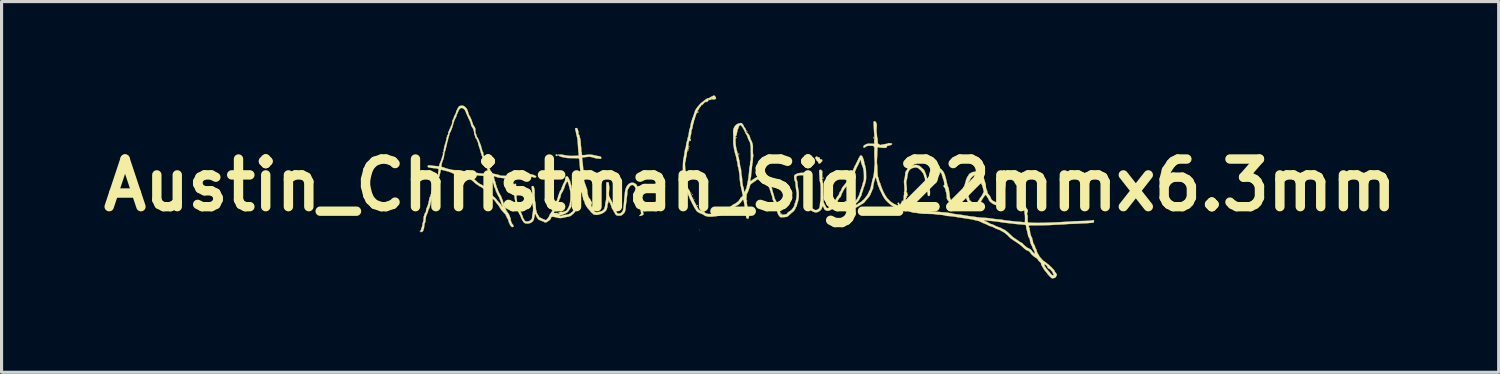
<source format=kicad_pcb>
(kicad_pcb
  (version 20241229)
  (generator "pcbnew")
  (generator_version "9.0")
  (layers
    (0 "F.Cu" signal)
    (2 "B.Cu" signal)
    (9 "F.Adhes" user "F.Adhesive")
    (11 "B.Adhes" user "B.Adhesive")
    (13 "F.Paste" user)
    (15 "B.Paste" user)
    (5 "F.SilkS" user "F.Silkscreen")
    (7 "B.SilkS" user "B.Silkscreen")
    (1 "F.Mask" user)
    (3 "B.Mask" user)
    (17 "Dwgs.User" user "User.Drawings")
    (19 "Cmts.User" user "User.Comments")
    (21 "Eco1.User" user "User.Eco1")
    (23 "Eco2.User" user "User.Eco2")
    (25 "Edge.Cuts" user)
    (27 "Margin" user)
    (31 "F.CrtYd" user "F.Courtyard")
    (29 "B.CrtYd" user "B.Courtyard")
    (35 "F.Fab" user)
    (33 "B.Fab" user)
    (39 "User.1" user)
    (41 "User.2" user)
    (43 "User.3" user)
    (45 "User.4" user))
  (footprint "Austin_Christman_Sig_22mmx6.3mm"
    (layer "F.Cu")
    (at 20.944 2.871)
    (property "Reference" "Austin_Christman_Sig_22mmx6.3mm" (at 0 0 0) (layer "F.SilkS") (effects (font (size 1.524 1.524) (thickness 0.3))))
    (attr through_hole)
    (fp_poly (pts (xy -1.819 0.397) (xy -1.823 0.4) (xy -1.827 0.397) (xy -1.823 0.393) (xy -1.819 0.397)) (stroke (width 0.01) (type solid)) (fill yes) (layer "F.SilkS"))
    (fp_poly (pts (xy -1.973 -1.102) (xy -1.975 -1.098) (xy -1.978 -1.095) (xy -1.979 -1.102) (xy -1.978 -1.111) (xy -1.975 -1.112) (xy -1.973 -1.102)) (stroke (width 0.01) (type solid)) (fill yes) (layer "F.SilkS"))
    (fp_poly (pts (xy -1.625 1.429) (xy -1.625 1.438) (xy -1.625 1.439) (xy -1.63 1.438) (xy -1.63 1.434) (xy -1.628 1.428) (xy -1.625 1.429)) (stroke (width 0.01) (type solid)) (fill yes) (layer "F.SilkS"))
    (fp_poly (pts (xy -1.947 -1.232) (xy -1.948 -1.226) (xy -1.954 -1.216) (xy -1.957 -1.22) (xy -1.958 -1.23) (xy -1.955 -1.241) (xy -1.951 -1.241) (xy -1.947 -1.232)) (stroke (width 0.01) (type solid)) (fill yes) (layer "F.SilkS"))
    (fp_poly (pts (xy -1.878 0.253) (xy -1.878 0.255) (xy -1.88 0.262) (xy -1.881 0.262) (xy -1.887 0.257) (xy -1.889 0.255) (xy -1.888 0.248) (xy -1.885 0.247) (xy -1.878 0.253)) (stroke (width 0.01) (type solid)) (fill yes) (layer "F.SilkS"))
    (fp_poly (pts (xy -1.843 0.302) (xy -1.841 0.305) (xy -1.846 0.315) (xy -1.855 0.317) (xy -1.858 0.315) (xy -1.863 0.305) (xy -1.855 0.299) (xy -1.852 0.298) (xy -1.843 0.302)) (stroke (width 0.01) (type solid)) (fill yes) (layer "F.SilkS"))
    (fp_poly (pts (xy -1.788 0.449) (xy -1.787 0.451) (xy -1.787 0.458) (xy -1.79 0.459) (xy -1.797 0.453) (xy -1.798 0.451) (xy -1.795 0.444) (xy -1.794 0.444) (xy -1.788 0.449)) (stroke (width 0.01) (type solid)) (fill yes) (layer "F.SilkS"))
    (fp_poly (pts (xy -1.681 0.64) (xy -1.678 0.643) (xy -1.668 0.656) (xy -1.67 0.661) (xy -1.678 0.662) (xy -1.686 0.656) (xy -1.688 0.647) (xy -1.687 0.637) (xy -1.681 0.64)) (stroke (width 0.01) (type solid)) (fill yes) (layer "F.SilkS"))
    (fp_poly (pts (xy -0.089 -1.712) (xy -0.087 -1.707) (xy -0.092 -1.697) (xy -0.102 -1.698) (xy -0.104 -1.701) (xy -0.109 -1.711) (xy -0.101 -1.717) (xy -0.098 -1.718) (xy -0.089 -1.712)) (stroke (width 0.01) (type solid)) (fill yes) (layer "F.SilkS"))
    (fp_poly (pts (xy -0.356 -1.006) (xy -0.353 -0.992) (xy -0.355 -0.978) (xy -0.355 -0.978) (xy -0.363 -0.972) (xy -0.366 -0.973) (xy -0.37 -0.983) (xy -0.371 -0.997) (xy -0.368 -1.009) (xy -0.365 -1.012) (xy -0.356 -1.006)) (stroke (width 0.01) (type solid)) (fill yes) (layer "F.SilkS"))
    (fp_poly (pts (xy -1.662 -2.354) (xy -1.66 -2.339) (xy -1.661 -2.335) (xy -1.665 -2.316) (xy -1.672 -2.309) (xy -1.678 -2.314) (xy -1.681 -2.331) (xy -1.681 -2.332) (xy -1.679 -2.351) (xy -1.672 -2.358) (xy -1.67 -2.358) (xy -1.662 -2.354)) (stroke (width 0.01) (type solid)) (fill yes) (layer "F.SilkS"))
    (fp_poly (pts (xy 2.344 -0.238) (xy 2.342 -0.224) (xy 2.339 -0.215) (xy 2.332 -0.207) (xy 2.321 -0.203) (xy 2.315 -0.206) (xy 2.314 -0.208) (xy 2.318 -0.216) (xy 2.328 -0.23) (xy 2.329 -0.231) (xy 2.339 -0.241) (xy 2.344 -0.238)) (stroke (width 0.01) (type solid)) (fill yes) (layer "F.SilkS"))
    (fp_poly (pts (xy 3.964 -1.545) (xy 3.966 -1.531) (xy 3.966 -1.515) (xy 3.966 -1.494) (xy 3.965 -1.48) (xy 3.964 -1.477) (xy 3.961 -1.484) (xy 3.958 -1.5) (xy 3.956 -1.508) (xy 3.955 -1.53) (xy 3.958 -1.544) (xy 3.959 -1.546) (xy 3.964 -1.545)) (stroke (width 0.01) (type solid)) (fill yes) (layer "F.SilkS"))
    (fp_poly (pts (xy -6.18 -0.978) (xy -6.18 -0.978) (xy -6.162 -0.971) (xy -6.157 -0.96) (xy -6.163 -0.946) (xy -6.178 -0.936) (xy -6.195 -0.931) (xy -6.21 -0.936) (xy -6.211 -0.936) (xy -6.215 -0.948) (xy -6.215 -0.964) (xy -6.211 -0.977) (xy -6.209 -0.978) (xy -6.198 -0.98) (xy -6.18 -0.978)) (stroke (width 0.01) (type solid)) (fill yes) (layer "F.SilkS"))
    (fp_poly (pts (xy -4.536 -0.43) (xy -4.51 -0.411) (xy -4.49 -0.384) (xy -4.484 -0.367) (xy -4.474 -0.322) (xy -4.47 -0.29) (xy -4.474 -0.269) (xy -4.485 -0.258) (xy -4.504 -0.256) (xy -4.521 -0.26) (xy -4.533 -0.269) (xy -4.538 -0.28) (xy -4.547 -0.299) (xy -4.557 -0.31) (xy -4.567 -0.326) (xy -4.571 -0.339) (xy -4.576 -0.356) (xy -4.585 -0.364) (xy -4.599 -0.376) (xy -4.61 -0.392) (xy -4.617 -0.408) (xy -4.615 -0.417) (xy -4.608 -0.425) (xy -4.592 -0.433) (xy -4.569 -0.437) (xy -4.566 -0.437) (xy -4.536 -0.43)) (stroke (width 0.01) (type solid)) (fill yes) (layer "F.SilkS"))
    (fp_poly (pts (xy 2.138 -0.911) (xy 2.139 -0.91) (xy 2.154 -0.902) (xy 2.161 -0.895) (xy 2.162 -0.895) (xy 2.168 -0.891) (xy 2.184 -0.887) (xy 2.192 -0.887) (xy 2.212 -0.884) (xy 2.221 -0.879) (xy 2.225 -0.867) (xy 2.226 -0.861) (xy 2.229 -0.845) (xy 2.234 -0.837) (xy 2.235 -0.837) (xy 2.241 -0.831) (xy 2.242 -0.826) (xy 2.246 -0.816) (xy 2.254 -0.817) (xy 2.257 -0.822) (xy 2.266 -0.826) (xy 2.283 -0.821) (xy 2.299 -0.813) (xy 2.306 -0.802) (xy 2.307 -0.784) (xy 2.306 -0.766) (xy 2.3 -0.758) (xy 2.293 -0.757) (xy 2.279 -0.75) (xy 2.27 -0.733) (xy 2.268 -0.721) (xy 2.261 -0.712) (xy 2.246 -0.705) (xy 2.229 -0.699) (xy 2.22 -0.692) (xy 2.211 -0.689) (xy 2.198 -0.694) (xy 2.184 -0.706) (xy 2.181 -0.717) (xy 2.179 -0.737) (xy 2.17 -0.754) (xy 2.157 -0.764) (xy 2.153 -0.764) (xy 2.141 -0.771) (xy 2.126 -0.792) (xy 2.121 -0.802) (xy 2.109 -0.824) (xy 2.097 -0.842) (xy 2.092 -0.85) (xy 2.083 -0.864) (xy 2.085 -0.879) (xy 2.099 -0.899) (xy 2.099 -0.899) (xy 2.112 -0.912) (xy 2.122 -0.915) (xy 2.138 -0.911)) (stroke (width 0.01) (type solid)) (fill yes) (layer "F.SilkS"))
    (fp_poly (pts (xy -9.193 -2.54) (xy -9.173 -2.536) (xy -9.154 -2.526) (xy -9.15 -2.523) (xy -9.11 -2.493) (xy -9.08 -2.463) (xy -9.057 -2.429) (xy -9.04 -2.391) (xy -9.03 -2.362) (xy -9.022 -2.337) (xy -9.018 -2.32) (xy -9.017 -2.317) (xy -9.014 -2.299) (xy -9.006 -2.281) (xy -8.999 -2.262) (xy -8.996 -2.248) (xy -8.99 -2.234) (xy -8.985 -2.227) (xy -8.975 -2.215) (xy -8.974 -2.208) (xy -8.969 -2.199) (xy -8.966 -2.198) (xy -8.959 -2.192) (xy -8.959 -2.191) (xy -8.956 -2.181) (xy -8.948 -2.162) (xy -8.936 -2.137) (xy -8.93 -2.123) (xy -8.917 -2.095) (xy -8.907 -2.07) (xy -8.901 -2.053) (xy -8.901 -2.049) (xy -8.896 -2.031) (xy -8.89 -2.02) (xy -8.881 -2.002) (xy -8.879 -1.987) (xy -8.874 -1.965) (xy -8.861 -1.933) (xy -8.839 -1.894) (xy -8.816 -1.859) (xy -8.805 -1.841) (xy -8.798 -1.827) (xy -8.793 -1.811) (xy -8.791 -1.79) (xy -8.79 -1.761) (xy -8.789 -1.741) (xy -8.788 -1.703) (xy -8.786 -1.678) (xy -8.782 -1.661) (xy -8.777 -1.651) (xy -8.775 -1.649) (xy -8.764 -1.63) (xy -8.761 -1.603) (xy -8.762 -1.592) (xy -8.758 -1.581) (xy -8.751 -1.579) (xy -8.743 -1.575) (xy -8.743 -1.564) (xy -8.741 -1.546) (xy -8.734 -1.536) (xy -8.722 -1.522) (xy -8.708 -1.498) (xy -8.693 -1.469) (xy -8.679 -1.439) (xy -8.669 -1.411) (xy -8.665 -1.396) (xy -8.659 -1.375) (xy -8.651 -1.359) (xy -8.65 -1.358) (xy -8.641 -1.342) (xy -8.639 -1.333) (xy -8.636 -1.319) (xy -8.632 -1.314) (xy -8.625 -1.303) (xy -8.624 -1.297) (xy -8.621 -1.283) (xy -8.613 -1.263) (xy -8.61 -1.255) (xy -8.601 -1.23) (xy -8.596 -1.204) (xy -8.595 -1.199) (xy -8.594 -1.181) (xy -8.59 -1.172) (xy -8.589 -1.172) (xy -8.585 -1.165) (xy -8.579 -1.148) (xy -8.574 -1.125) (xy -8.567 -1.098) (xy -8.558 -1.074) (xy -8.55 -1.063) (xy -8.54 -1.047) (xy -8.535 -1.023) (xy -8.533 -1.002) (xy -8.53 -0.975) (xy -8.526 -0.951) (xy -8.521 -0.939) (xy -8.512 -0.924) (xy -8.498 -0.904) (xy -8.483 -0.883) (xy -8.47 -0.866) (xy -8.464 -0.859) (xy -8.456 -0.845) (xy -8.445 -0.823) (xy -8.435 -0.795) (xy -8.427 -0.768) (xy -8.421 -0.746) (xy -8.421 -0.737) (xy -8.416 -0.721) (xy -8.41 -0.713) (xy -8.402 -0.7) (xy -8.399 -0.678) (xy -8.399 -0.676) (xy -8.396 -0.653) (xy -8.388 -0.643) (xy -8.38 -0.634) (xy -8.373 -0.616) (xy -8.372 -0.612) (xy -8.366 -0.589) (xy -8.356 -0.568) (xy -8.356 -0.568) (xy -8.334 -0.529) (xy -8.315 -0.485) (xy -8.303 -0.449) (xy -8.29 -0.416) (xy -8.269 -0.391) (xy -8.239 -0.374) (xy -8.197 -0.362) (xy -8.195 -0.361) (xy -8.136 -0.349) (xy -8.09 -0.339) (xy -8.055 -0.33) (xy -8.028 -0.321) (xy -8.009 -0.314) (xy -7.991 -0.307) (xy -7.97 -0.303) (xy -7.942 -0.3) (xy -7.903 -0.3) (xy -7.9 -0.3) (xy -7.853 -0.298) (xy -7.819 -0.295) (xy -7.795 -0.289) (xy -7.793 -0.288) (xy -7.774 -0.283) (xy -7.744 -0.28) (xy -7.705 -0.278) (xy -7.661 -0.276) (xy -7.613 -0.276) (xy -7.566 -0.276) (xy -7.521 -0.278) (xy -7.483 -0.281) (xy -7.453 -0.285) (xy -7.441 -0.287) (xy -7.413 -0.294) (xy -7.384 -0.298) (xy -7.375 -0.298) (xy -7.35 -0.3) (xy -7.32 -0.306) (xy -7.302 -0.31) (xy -7.278 -0.315) (xy -7.243 -0.32) (xy -7.204 -0.325) (xy -7.169 -0.328) (xy -7.129 -0.331) (xy -7.091 -0.335) (xy -7.058 -0.339) (xy -7.037 -0.342) (xy -7.017 -0.345) (xy -7 -0.345) (xy -6.982 -0.342) (xy -6.959 -0.335) (xy -6.929 -0.324) (xy -6.887 -0.307) (xy -6.859 -0.291) (xy -6.844 -0.277) (xy -6.843 -0.263) (xy -6.854 -0.25) (xy -6.876 -0.242) (xy -6.905 -0.242) (xy -6.936 -0.252) (xy -6.943 -0.255) (xy -6.978 -0.266) (xy -7.024 -0.269) (xy -7.084 -0.266) (xy -7.109 -0.262) (xy -7.142 -0.258) (xy -7.181 -0.252) (xy -7.216 -0.247) (xy -7.25 -0.242) (xy -7.285 -0.235) (xy -7.313 -0.229) (xy -7.314 -0.229) (xy -7.341 -0.223) (xy -7.368 -0.22) (xy -7.379 -0.22) (xy -7.403 -0.217) (xy -7.423 -0.211) (xy -7.424 -0.211) (xy -7.434 -0.207) (xy -7.452 -0.204) (xy -7.48 -0.202) (xy -7.518 -0.2) (xy -7.568 -0.199) (xy -7.613 -0.198) (xy -7.669 -0.197) (xy -7.712 -0.197) (xy -7.745 -0.197) (xy -7.769 -0.198) (xy -7.787 -0.2) (xy -7.8 -0.203) (xy -7.812 -0.207) (xy -7.813 -0.207) (xy -7.834 -0.214) (xy -7.866 -0.22) (xy -7.909 -0.225) (xy -7.951 -0.23) (xy -8 -0.235) (xy -8.037 -0.24) (xy -8.066 -0.245) (xy -8.089 -0.252) (xy -8.101 -0.257) (xy -8.142 -0.273) (xy -8.172 -0.281) (xy -8.192 -0.279) (xy -8.2 -0.269) (xy -8.197 -0.25) (xy -8.19 -0.229) (xy -8.185 -0.204) (xy -8.184 -0.197) (xy -8.177 -0.17) (xy -8.168 -0.14) (xy -8.162 -0.127) (xy -8.152 -0.099) (xy -8.144 -0.071) (xy -8.141 -0.059) (xy -8.136 -0.034) (xy -8.128 -0.011) (xy -8.126 -0.007) (xy -8.118 0.016) (xy -8.115 0.036) (xy -8.111 0.059) (xy -8.102 0.081) (xy -8.092 0.095) (xy -8.087 0.103) (xy -8.081 0.121) (xy -8.079 0.131) (xy -8.071 0.155) (xy -8.057 0.187) (xy -8.041 0.223) (xy -8.024 0.259) (xy -8.007 0.29) (xy -7.992 0.315) (xy -7.986 0.323) (xy -7.975 0.338) (xy -7.969 0.351) (xy -7.969 0.352) (xy -7.966 0.364) (xy -7.959 0.38) (xy -7.95 0.4) (xy -7.941 0.424) (xy -7.94 0.427) (xy -7.933 0.447) (xy -7.927 0.46) (xy -7.925 0.462) (xy -7.92 0.473) (xy -7.914 0.493) (xy -7.909 0.509) (xy -7.901 0.536) (xy -7.894 0.561) (xy -7.89 0.571) (xy -7.884 0.589) (xy -7.876 0.615) (xy -7.867 0.645) (xy -7.866 0.648) (xy -7.857 0.676) (xy -7.848 0.699) (xy -7.84 0.714) (xy -7.839 0.715) (xy -7.83 0.732) (xy -7.828 0.742) (xy -7.823 0.759) (xy -7.819 0.765) (xy -7.812 0.779) (xy -7.804 0.798) (xy -7.803 0.802) (xy -7.793 0.823) (xy -7.781 0.84) (xy -7.78 0.841) (xy -7.769 0.853) (xy -7.766 0.861) (xy -7.761 0.87) (xy -7.75 0.886) (xy -7.74 0.899) (xy -7.726 0.917) (xy -7.717 0.93) (xy -7.715 0.934) (xy -7.712 0.943) (xy -7.705 0.96) (xy -7.696 0.978) (xy -7.687 1.001) (xy -7.68 1.02) (xy -7.678 1.028) (xy -7.673 1.042) (xy -7.671 1.045) (xy -7.666 1.056) (xy -7.662 1.077) (xy -7.659 1.103) (xy -7.659 1.103) (xy -7.655 1.13) (xy -7.65 1.152) (xy -7.645 1.164) (xy -7.638 1.178) (xy -7.63 1.199) (xy -7.628 1.206) (xy -7.617 1.231) (xy -7.603 1.248) (xy -7.602 1.249) (xy -7.587 1.265) (xy -7.574 1.289) (xy -7.569 1.313) (xy -7.569 1.314) (xy -7.575 1.33) (xy -7.592 1.34) (xy -7.612 1.341) (xy -7.626 1.336) (xy -7.641 1.324) (xy -7.658 1.302) (xy -7.665 1.293) (xy -7.681 1.266) (xy -7.698 1.232) (xy -7.714 1.195) (xy -7.726 1.16) (xy -7.734 1.131) (xy -7.736 1.116) (xy -7.741 1.1) (xy -7.747 1.092) (xy -7.755 1.082) (xy -7.766 1.063) (xy -7.778 1.04) (xy -7.788 1.019) (xy -7.794 1.003) (xy -7.795 1) (xy -7.799 0.99) (xy -7.809 0.976) (xy -7.809 0.975) (xy -7.82 0.957) (xy -7.824 0.941) (xy -7.83 0.926) (xy -7.838 0.921) (xy -7.85 0.915) (xy -7.853 0.911) (xy -7.858 0.904) (xy -7.87 0.889) (xy -7.887 0.87) (xy -7.887 0.87) (xy -7.911 0.844) (xy -7.937 0.816) (xy -7.952 0.799) (xy -7.969 0.78) (xy -7.98 0.764) (xy -7.984 0.756) (xy -7.988 0.746) (xy -7.998 0.728) (xy -8.014 0.704) (xy -8.032 0.677) (xy -8.05 0.65) (xy -8.067 0.626) (xy -8.081 0.608) (xy -8.089 0.6) (xy -8.09 0.599) (xy -8.098 0.592) (xy -8.111 0.576) (xy -8.123 0.558) (xy -8.137 0.537) (xy -8.149 0.521) (xy -8.156 0.515) (xy -8.164 0.504) (xy -8.168 0.493) (xy -8.177 0.479) (xy -8.196 0.462) (xy -8.216 0.449) (xy -8.247 0.426) (xy -8.283 0.393) (xy -8.322 0.353) (xy -8.361 0.31) (xy -8.397 0.266) (xy -8.424 0.229) (xy -8.44 0.207) (xy -8.463 0.182) (xy -8.49 0.154) (xy -8.518 0.127) (xy -8.545 0.102) (xy -8.568 0.083) (xy -8.586 0.071) (xy -8.592 0.068) (xy -8.605 0.063) (xy -8.61 0.058) (xy -8.616 0.052) (xy -8.629 0.048) (xy -8.645 0.041) (xy -8.667 0.028) (xy -8.685 0.015) (xy -8.708 -0.001) (xy -8.729 -0.015) (xy -8.741 -0.022) (xy -8.757 -0.032) (xy -8.779 -0.049) (xy -8.807 -0.073) (xy -8.843 -0.106) (xy -8.85 -0.112) (xy -8.877 -0.136) (xy -8.907 -0.159) (xy -8.936 -0.18) (xy -8.962 -0.197) (xy -8.982 -0.208) (xy -8.991 -0.211) (xy -9.001 -0.214) (xy -9.003 -0.217) (xy -9.009 -0.225) (xy -9.027 -0.236) (xy -9.054 -0.25) (xy -9.086 -0.264) (xy -9.123 -0.278) (xy -9.159 -0.291) (xy -9.195 -0.302) (xy -9.226 -0.31) (xy -9.241 -0.313) (xy -9.273 -0.318) (xy -9.303 -0.323) (xy -9.325 -0.327) (xy -9.353 -0.332) (xy -9.383 -0.334) (xy -9.39 -0.335) (xy -9.431 -0.341) (xy -9.458 -0.352) (xy -9.117 -0.352) (xy -9.113 -0.347) (xy -9.102 -0.343) (xy -9.086 -0.337) (xy -9.076 -0.335) (xy -9.067 -0.332) (xy -9.049 -0.323) (xy -9.026 -0.311) (xy -9.02 -0.308) (xy -8.99 -0.292) (xy -8.96 -0.277) (xy -8.936 -0.265) (xy -8.912 -0.25) (xy -8.884 -0.231) (xy -8.865 -0.215) (xy -8.845 -0.198) (xy -8.83 -0.187) (xy -8.822 -0.182) (xy -8.822 -0.182) (xy -8.814 -0.177) (xy -8.799 -0.165) (xy -8.78 -0.147) (xy -8.776 -0.144) (xy -8.739 -0.109) (xy -8.708 -0.083) (xy -8.683 -0.062) (xy -8.659 -0.046) (xy -8.633 -0.032) (xy -8.624 -0.028) (xy -8.605 -0.018) (xy -8.59 -0.009) (xy -8.588 -0.008) (xy -8.575 -0.001) (xy -8.555 0.009) (xy -8.544 0.016) (xy -8.526 0.027) (xy -8.503 0.044) (xy -8.477 0.064) (xy -8.453 0.085) (xy -8.431 0.106) (xy -8.414 0.122) (xy -8.406 0.133) (xy -8.406 0.135) (xy -8.401 0.146) (xy -8.387 0.165) (xy -8.365 0.19) (xy -8.355 0.201) (xy -8.344 0.216) (xy -8.341 0.228) (xy -8.335 0.239) (xy -8.321 0.251) (xy -8.321 0.251) (xy -8.303 0.266) (xy -8.284 0.283) (xy -8.269 0.301) (xy -8.261 0.314) (xy -8.26 0.317) (xy -8.259 0.322) (xy -8.253 0.329) (xy -8.242 0.339) (xy -8.223 0.355) (xy -8.195 0.378) (xy -8.185 0.386) (xy -8.167 0.402) (xy -8.147 0.421) (xy -8.129 0.44) (xy -8.115 0.457) (xy -8.108 0.467) (xy -8.108 0.468) (xy -8.103 0.476) (xy -8.091 0.491) (xy -8.082 0.501) (xy -8.045 0.541) (xy -8.017 0.572) (xy -7.996 0.594) (xy -7.982 0.61) (xy -7.974 0.621) (xy -7.97 0.628) (xy -7.969 0.631) (xy -7.965 0.642) (xy -7.954 0.657) (xy -7.941 0.672) (xy -7.929 0.682) (xy -7.925 0.684) (xy -7.919 0.678) (xy -7.918 0.674) (xy -7.924 0.661) (xy -7.929 0.656) (xy -7.937 0.644) (xy -7.946 0.623) (xy -7.954 0.599) (xy -7.96 0.577) (xy -7.962 0.564) (xy -7.965 0.551) (xy -7.973 0.531) (xy -7.981 0.511) (xy -7.995 0.48) (xy -8.009 0.444) (xy -8.016 0.425) (xy -8.03 0.393) (xy -8.047 0.359) (xy -8.058 0.341) (xy -8.075 0.311) (xy -8.092 0.277) (xy -8.1 0.257) (xy -8.11 0.232) (xy -8.12 0.213) (xy -8.127 0.203) (xy -8.134 0.19) (xy -8.137 0.171) (xy -8.137 0.17) (xy -8.141 0.149) (xy -8.151 0.122) (xy -8.164 0.094) (xy -8.18 0.07) (xy -8.18 0.069) (xy -8.185 0.058) (xy -8.19 0.038) (xy -8.191 0.029) (xy -8.197 -0.003) (xy -8.201 -0.023) (xy -8.203 -0.035) (xy -8.206 -0.041) (xy -8.209 -0.044) (xy -8.215 -0.053) (xy -8.222 -0.071) (xy -8.231 -0.095) (xy -8.238 -0.118) (xy -8.242 -0.137) (xy -8.242 -0.139) (xy -8.25 -0.175) (xy -8.263 -0.211) (xy -8.28 -0.244) (xy -8.299 -0.271) (xy -8.318 -0.287) (xy -8.322 -0.289) (xy -8.335 -0.291) (xy -8.358 -0.293) (xy -8.391 -0.294) (xy -8.428 -0.295) (xy -8.439 -0.295) (xy -8.504 -0.296) (xy -8.572 -0.299) (xy -8.639 -0.304) (xy -8.701 -0.311) (xy -8.755 -0.318) (xy -8.783 -0.323) (xy -8.815 -0.329) (xy -8.854 -0.334) (xy -8.894 -0.338) (xy -8.906 -0.338) (xy -8.946 -0.342) (xy -8.99 -0.347) (xy -9.029 -0.352) (xy -9.038 -0.354) (xy -9.076 -0.359) (xy -9.101 -0.36) (xy -9.11 -0.357) (xy -9.117 -0.352) (xy -9.458 -0.352) (xy -9.459 -0.353) (xy -9.506 -0.376) (xy -9.543 -0.394) (xy -9.576 -0.408) (xy -9.608 -0.42) (xy -9.643 -0.431) (xy -9.676 -0.441) (xy -9.716 -0.452) (xy -9.755 -0.462) (xy -9.789 -0.471) (xy -9.813 -0.477) (xy -9.814 -0.477) (xy -9.84 -0.483) (xy -9.863 -0.488) (xy -9.874 -0.491) (xy -9.885 -0.492) (xy -9.892 -0.484) (xy -9.897 -0.472) (xy -9.903 -0.449) (xy -9.908 -0.422) (xy -9.91 -0.411) (xy -9.915 -0.384) (xy -9.922 -0.359) (xy -9.925 -0.352) (xy -9.931 -0.329) (xy -9.934 -0.309) (xy -9.934 -0.309) (xy -9.938 -0.288) (xy -9.945 -0.27) (xy -9.961 -0.239) (xy -9.975 -0.208) (xy -9.986 -0.18) (xy -9.992 -0.159) (xy -9.993 -0.152) (xy -9.997 -0.134) (xy -10.005 -0.123) (xy -10.015 -0.105) (xy -10.019 -0.093) (xy -10.026 -0.055) (xy -10.035 -0.025) (xy -10.044 -0.002) (xy -10.053 0.019) (xy -10.058 0.036) (xy -10.058 0.04) (xy -10.062 0.05) (xy -10.066 0.051) (xy -10.07 0.057) (xy -10.069 0.065) (xy -10.069 0.083) (xy -10.072 0.092) (xy -10.083 0.114) (xy -10.095 0.142) (xy -10.106 0.17) (xy -10.113 0.191) (xy -10.113 0.191) (xy -10.119 0.207) (xy -10.124 0.215) (xy -10.129 0.225) (xy -10.131 0.237) (xy -10.133 0.255) (xy -10.14 0.278) (xy -10.141 0.282) (xy -10.15 0.307) (xy -10.158 0.335) (xy -10.16 0.342) (xy -10.167 0.363) (xy -10.173 0.379) (xy -10.175 0.382) (xy -10.179 0.392) (xy -10.184 0.413) (xy -10.191 0.44) (xy -10.192 0.448) (xy -10.199 0.478) (xy -10.205 0.506) (xy -10.21 0.525) (xy -10.211 0.528) (xy -10.216 0.548) (xy -10.221 0.575) (xy -10.222 0.586) (xy -10.227 0.614) (xy -10.236 0.646) (xy -10.241 0.666) (xy -10.249 0.692) (xy -10.255 0.715) (xy -10.258 0.727) (xy -10.264 0.743) (xy -10.271 0.751) (xy -10.283 0.765) (xy -10.293 0.792) (xy -10.302 0.832) (xy -10.302 0.833) (xy -10.308 0.855) (xy -10.318 0.883) (xy -10.33 0.912) (xy -10.331 0.913) (xy -10.353 0.963) (xy -10.368 1.008) (xy -10.376 1.054) (xy -10.381 1.103) (xy -10.385 1.151) (xy -10.392 1.187) (xy -10.402 1.209) (xy -10.408 1.216) (xy -10.412 1.225) (xy -10.416 1.245) (xy -10.42 1.273) (xy -10.423 1.304) (xy -10.427 1.338) (xy -10.432 1.368) (xy -10.437 1.389) (xy -10.44 1.397) (xy -10.447 1.412) (xy -10.452 1.432) (xy -10.452 1.434) (xy -10.459 1.463) (xy -10.476 1.481) (xy -10.496 1.489) (xy -10.51 1.494) (xy -10.517 1.5) (xy -10.522 1.506) (xy -10.531 1.504) (xy -10.533 1.502) (xy -10.535 1.492) (xy -10.534 1.488) (xy -10.535 1.48) (xy -10.546 1.479) (xy -10.561 1.477) (xy -10.565 1.47) (xy -10.557 1.463) (xy -10.551 1.46) (xy -10.534 1.449) (xy -10.521 1.427) (xy -10.517 1.4) (xy -10.517 1.398) (xy -10.515 1.381) (xy -10.51 1.372) (xy -10.502 1.357) (xy -10.494 1.332) (xy -10.487 1.304) (xy -10.482 1.275) (xy -10.48 1.256) (xy -10.476 1.224) (xy -10.466 1.195) (xy -10.466 1.193) (xy -10.455 1.163) (xy -10.448 1.121) (xy -10.447 1.108) (xy -10.444 1.062) (xy -10.441 1.028) (xy -10.438 1.005) (xy -10.435 0.991) (xy -10.431 0.985) (xy -10.43 0.984) (xy -10.424 0.976) (xy -10.422 0.962) (xy -10.419 0.946) (xy -10.412 0.926) (xy -10.403 0.905) (xy -10.394 0.888) (xy -10.386 0.881) (xy -10.386 0.881) (xy -10.379 0.876) (xy -10.373 0.86) (xy -10.367 0.833) (xy -10.363 0.801) (xy -10.359 0.773) (xy -10.353 0.75) (xy -10.347 0.736) (xy -10.347 0.736) (xy -10.339 0.723) (xy -10.329 0.701) (xy -10.323 0.684) (xy -10.314 0.657) (xy -10.305 0.632) (xy -10.301 0.621) (xy -10.294 0.599) (xy -10.288 0.572) (xy -10.287 0.563) (xy -10.283 0.539) (xy -10.278 0.519) (xy -10.276 0.513) (xy -10.271 0.496) (xy -10.267 0.474) (xy -10.266 0.469) (xy -10.26 0.433) (xy -10.255 0.408) (xy -10.25 0.392) (xy -10.243 0.381) (xy -10.239 0.376) (xy -10.228 0.359) (xy -10.226 0.346) (xy -10.223 0.327) (xy -10.216 0.305) (xy -10.215 0.304) (xy -10.206 0.28) (xy -10.198 0.254) (xy -10.198 0.251) (xy -10.185 0.205) (xy -10.175 0.168) (xy -10.166 0.142) (xy -10.16 0.129) (xy -10.159 0.128) (xy -10.154 0.115) (xy -10.153 0.104) (xy -10.15 0.089) (xy -10.141 0.066) (xy -10.131 0.044) (xy -10.12 0.019) (xy -10.112 -0.002) (xy -10.109 -0.013) (xy -10.104 -0.03) (xy -10.098 -0.036) (xy -10.09 -0.051) (xy -10.087 -0.074) (xy -10.087 -0.077) (xy -10.085 -0.1) (xy -10.078 -0.113) (xy -10.074 -0.116) (xy -10.063 -0.127) (xy -10.055 -0.147) (xy -10.049 -0.18) (xy -10.047 -0.193) (xy -10.045 -0.21) (xy -10.044 -0.219) (xy -10.039 -0.227) (xy -10.029 -0.24) (xy -10.029 -0.24) (xy -10.016 -0.259) (xy -10.009 -0.276) (xy -10.001 -0.296) (xy -9.991 -0.313) (xy -9.982 -0.329) (xy -9.979 -0.351) (xy -9.978 -0.374) (xy -9.978 -0.404) (xy -9.974 -0.433) (xy -9.972 -0.448) (xy -9.965 -0.477) (xy -9.964 -0.497) (xy -9.971 -0.51) (xy -9.987 -0.52) (xy -9.994 -0.524) (xy -10.024 -0.534) (xy -10.058 -0.538) (xy -10.065 -0.539) (xy -10.093 -0.54) (xy -10.127 -0.543) (xy -10.165 -0.548) (xy -10.204 -0.553) (xy -10.24 -0.559) (xy -10.27 -0.565) (xy -10.292 -0.571) (xy -10.302 -0.575) (xy -10.311 -0.591) (xy -10.311 -0.611) (xy -10.302 -0.626) (xy -10.293 -0.63) (xy -10.277 -0.632) (xy -10.253 -0.631) (xy -10.219 -0.628) (xy -10.173 -0.622) (xy -10.145 -0.618) (xy -10.117 -0.615) (xy -10.079 -0.611) (xy -10.04 -0.608) (xy -10.024 -0.607) (xy -9.95 -0.602) (xy -9.949 -0.606) (xy -9.875 -0.606) (xy -9.873 -0.59) (xy -9.868 -0.582) (xy -9.856 -0.577) (xy -9.834 -0.573) (xy -9.833 -0.573) (xy -9.809 -0.568) (xy -9.79 -0.562) (xy -9.783 -0.559) (xy -9.77 -0.552) (xy -9.747 -0.543) (xy -9.717 -0.533) (xy -9.683 -0.524) (xy -9.65 -0.515) (xy -9.625 -0.509) (xy -9.596 -0.503) (xy -9.563 -0.495) (xy -9.549 -0.491) (xy -9.521 -0.486) (xy -9.484 -0.482) (xy -9.442 -0.48) (xy -9.432 -0.48) (xy -9.39 -0.479) (xy -9.344 -0.475) (xy -9.296 -0.47) (xy -9.251 -0.464) (xy -9.21 -0.457) (xy -9.176 -0.45) (xy -9.154 -0.443) (xy -9.148 -0.44) (xy -9.137 -0.437) (xy -9.115 -0.433) (xy -9.088 -0.429) (xy -9.083 -0.429) (xy -9.049 -0.425) (xy -9.008 -0.421) (xy -8.968 -0.416) (xy -8.963 -0.415) (xy -8.923 -0.411) (xy -8.878 -0.406) (xy -8.835 -0.401) (xy -8.828 -0.4) (xy -8.791 -0.396) (xy -8.754 -0.391) (xy -8.723 -0.387) (xy -8.715 -0.385) (xy -8.678 -0.38) (xy -8.634 -0.375) (xy -8.586 -0.371) (xy -8.537 -0.369) (xy -8.49 -0.367) (xy -8.447 -0.367) (xy -8.412 -0.368) (xy -8.388 -0.37) (xy -8.384 -0.371) (xy -8.358 -0.378) (xy -8.367 -0.422) (xy -8.373 -0.448) (xy -8.38 -0.468) (xy -8.384 -0.477) (xy -8.395 -0.493) (xy -8.407 -0.515) (xy -8.416 -0.536) (xy -8.421 -0.551) (xy -8.421 -0.553) (xy -8.425 -0.566) (xy -8.435 -0.582) (xy -8.446 -0.603) (xy -8.45 -0.624) (xy -8.451 -0.641) (xy -8.456 -0.651) (xy -8.456 -0.651) (xy -8.463 -0.661) (xy -8.471 -0.681) (xy -8.478 -0.705) (xy -8.484 -0.731) (xy -8.486 -0.751) (xy -8.486 -0.752) (xy -8.489 -0.772) (xy -8.496 -0.785) (xy -8.497 -0.786) (xy -8.506 -0.798) (xy -8.508 -0.805) (xy -8.513 -0.816) (xy -8.524 -0.832) (xy -8.53 -0.838) (xy -8.543 -0.855) (xy -8.551 -0.868) (xy -8.552 -0.871) (xy -8.556 -0.88) (xy -8.558 -0.881) (xy -8.563 -0.887) (xy -8.568 -0.903) (xy -8.569 -0.91) (xy -8.573 -0.928) (xy -8.579 -0.938) (xy -8.58 -0.939) (xy -8.585 -0.945) (xy -8.59 -0.962) (xy -8.592 -0.97) (xy -8.596 -0.991) (xy -8.601 -1.005) (xy -8.602 -1.008) (xy -8.607 -1.019) (xy -8.613 -1.039) (xy -8.617 -1.055) (xy -8.626 -1.093) (xy -8.636 -1.13) (xy -8.649 -1.172) (xy -8.667 -1.222) (xy -8.667 -1.224) (xy -8.677 -1.254) (xy -8.685 -1.28) (xy -8.689 -1.299) (xy -8.689 -1.304) (xy -8.692 -1.321) (xy -8.699 -1.346) (xy -8.709 -1.375) (xy -8.72 -1.404) (xy -8.731 -1.427) (xy -8.735 -1.434) (xy -8.743 -1.454) (xy -8.745 -1.476) (xy -8.745 -1.492) (xy -8.748 -1.494) (xy -8.751 -1.49) (xy -8.76 -1.484) (xy -8.766 -1.488) (xy -8.788 -1.523) (xy -8.796 -1.559) (xy -8.8 -1.582) (xy -8.809 -1.6) (xy -8.81 -1.601) (xy -8.82 -1.621) (xy -8.825 -1.65) (xy -8.825 -1.65) (xy -8.831 -1.709) (xy -8.845 -1.764) (xy -8.864 -1.813) (xy -8.889 -1.852) (xy -8.898 -1.862) (xy -8.911 -1.881) (xy -8.919 -1.905) (xy -8.919 -1.906) (xy -8.924 -1.928) (xy -8.931 -1.947) (xy -8.931 -1.948) (xy -8.936 -1.966) (xy -8.937 -1.977) (xy -8.939 -1.988) (xy -8.947 -2.009) (xy -8.96 -2.039) (xy -8.976 -2.074) (xy -8.99 -2.103) (xy -9.009 -2.143) (xy -9.026 -2.181) (xy -9.042 -2.215) (xy -9.053 -2.24) (xy -9.057 -2.251) (xy -9.065 -2.271) (xy -9.073 -2.286) (xy -9.076 -2.289) (xy -9.082 -2.299) (xy -9.083 -2.307) (xy -9.087 -2.323) (xy -9.096 -2.342) (xy -9.097 -2.345) (xy -9.107 -2.364) (xy -9.112 -2.379) (xy -9.112 -2.381) (xy -9.117 -2.391) (xy -9.13 -2.408) (xy -9.149 -2.427) (xy -9.152 -2.43) (xy -9.177 -2.452) (xy -9.196 -2.464) (xy -9.212 -2.467) (xy -9.213 -2.467) (xy -9.236 -2.466) (xy -9.258 -2.462) (xy -9.274 -2.457) (xy -9.279 -2.453) (xy -9.284 -2.444) (xy -9.295 -2.43) (xy -9.301 -2.424) (xy -9.315 -2.407) (xy -9.322 -2.395) (xy -9.323 -2.392) (xy -9.326 -2.381) (xy -9.334 -2.362) (xy -9.341 -2.347) (xy -9.363 -2.301) (xy -9.38 -2.262) (xy -9.391 -2.232) (xy -9.396 -2.212) (xy -9.396 -2.209) (xy -9.4 -2.191) (xy -9.409 -2.175) (xy -9.422 -2.156) (xy -9.428 -2.14) (xy -9.436 -2.122) (xy -9.447 -2.1) (xy -9.451 -2.092) (xy -9.462 -2.071) (xy -9.468 -2.053) (xy -9.469 -2.048) (xy -9.471 -2.032) (xy -9.475 -2.027) (xy -9.479 -2.016) (xy -9.486 -1.996) (xy -9.493 -1.97) (xy -9.494 -1.969) (xy -9.501 -1.941) (xy -9.507 -1.918) (xy -9.512 -1.903) (xy -9.512 -1.903) (xy -9.517 -1.889) (xy -9.524 -1.866) (xy -9.531 -1.841) (xy -9.54 -1.813) (xy -9.55 -1.787) (xy -9.557 -1.772) (xy -9.566 -1.752) (xy -9.57 -1.735) (xy -9.57 -1.734) (xy -9.575 -1.718) (xy -9.587 -1.701) (xy -9.589 -1.699) (xy -9.602 -1.681) (xy -9.61 -1.665) (xy -9.61 -1.664) (xy -9.619 -1.623) (xy -9.629 -1.585) (xy -9.638 -1.553) (xy -9.646 -1.531) (xy -9.648 -1.527) (xy -9.654 -1.509) (xy -9.66 -1.483) (xy -9.663 -1.462) (xy -9.667 -1.437) (xy -9.672 -1.418) (xy -9.676 -1.409) (xy -9.683 -1.396) (xy -9.688 -1.376) (xy -9.689 -1.371) (xy -9.694 -1.344) (xy -9.7 -1.316) (xy -9.701 -1.314) (xy -9.705 -1.296) (xy -9.712 -1.267) (xy -9.72 -1.232) (xy -9.729 -1.193) (xy -9.732 -1.183) (xy -9.741 -1.145) (xy -9.75 -1.112) (xy -9.757 -1.087) (xy -9.763 -1.072) (xy -9.764 -1.07) (xy -9.771 -1.056) (xy -9.776 -1.035) (xy -9.776 -1.03) (xy -9.784 -0.973) (xy -9.791 -0.929) (xy -9.797 -0.892) (xy -9.805 -0.862) (xy -9.813 -0.834) (xy -9.824 -0.805) (xy -9.838 -0.774) (xy -9.839 -0.771) (xy -9.847 -0.747) (xy -9.856 -0.716) (xy -9.865 -0.681) (xy -9.871 -0.647) (xy -9.874 -0.62) (xy -9.875 -0.606) (xy -9.949 -0.606) (xy -9.945 -0.63) (xy -9.938 -0.656) (xy -9.929 -0.684) (xy -9.927 -0.688) (xy -9.909 -0.728) (xy -9.896 -0.76) (xy -9.885 -0.788) (xy -9.874 -0.819) (xy -9.872 -0.826) (xy -9.863 -0.853) (xy -9.857 -0.875) (xy -9.855 -0.888) (xy -9.855 -0.888) (xy -9.851 -0.901) (xy -9.843 -0.921) (xy -9.84 -0.927) (xy -9.829 -0.954) (xy -9.822 -0.981) (xy -9.82 -1.003) (xy -9.823 -1.017) (xy -9.825 -1.019) (xy -9.831 -1.029) (xy -9.828 -1.04) (xy -9.82 -1.046) (xy -9.814 -1.045) (xy -9.808 -1.046) (xy -9.805 -1.053) (xy -9.804 -1.072) (xy -9.803 -1.088) (xy -9.801 -1.12) (xy -9.796 -1.151) (xy -9.792 -1.169) (xy -9.786 -1.191) (xy -9.783 -1.21) (xy -9.784 -1.216) (xy -9.783 -1.232) (xy -9.778 -1.242) (xy -9.771 -1.258) (xy -9.765 -1.28) (xy -9.764 -1.284) (xy -9.758 -1.308) (xy -9.75 -1.329) (xy -9.749 -1.332) (xy -9.742 -1.351) (xy -9.736 -1.375) (xy -9.734 -1.383) (xy -9.73 -1.404) (xy -9.725 -1.42) (xy -9.723 -1.423) (xy -9.719 -1.434) (xy -9.715 -1.455) (xy -9.713 -1.477) (xy -9.709 -1.504) (xy -9.703 -1.528) (xy -9.698 -1.541) (xy -9.69 -1.558) (xy -9.687 -1.571) (xy -9.688 -1.59) (xy -9.682 -1.6) (xy -9.675 -1.602) (xy -9.669 -1.605) (xy -9.664 -1.611) (xy -9.661 -1.625) (xy -9.658 -1.647) (xy -9.656 -1.679) (xy -9.648 -1.71) (xy -9.637 -1.725) (xy -9.625 -1.745) (xy -9.621 -1.761) (xy -9.619 -1.778) (xy -9.614 -1.787) (xy -9.606 -1.797) (xy -9.595 -1.817) (xy -9.584 -1.843) (xy -9.573 -1.871) (xy -9.571 -1.877) (xy -9.562 -1.898) (xy -9.552 -1.915) (xy -9.551 -1.915) (xy -9.543 -1.93) (xy -9.537 -1.953) (xy -9.536 -1.965) (xy -9.533 -1.985) (xy -9.529 -1.996) (xy -9.526 -1.997) (xy -9.52 -1.998) (xy -9.52 -2.001) (xy -9.525 -2.011) (xy -9.527 -2.012) (xy -9.53 -2.022) (xy -9.527 -2.03) (xy -9.523 -2.043) (xy -9.524 -2.048) (xy -9.524 -2.057) (xy -9.519 -2.073) (xy -9.509 -2.091) (xy -9.499 -2.106) (xy -9.494 -2.11) (xy -9.486 -2.124) (xy -9.483 -2.14) (xy -9.481 -2.157) (xy -9.476 -2.165) (xy -9.47 -2.175) (xy -9.469 -2.186) (xy -9.464 -2.205) (xy -9.456 -2.221) (xy -9.443 -2.24) (xy -9.435 -2.256) (xy -9.42 -2.289) (xy -9.41 -2.312) (xy -9.405 -2.326) (xy -9.403 -2.336) (xy -9.403 -2.338) (xy -9.4 -2.352) (xy -9.392 -2.374) (xy -9.382 -2.396) (xy -9.374 -2.409) (xy -9.367 -2.422) (xy -9.357 -2.442) (xy -9.352 -2.453) (xy -9.332 -2.491) (xy -9.309 -2.517) (xy -9.281 -2.532) (xy -9.244 -2.54) (xy -9.221 -2.541) (xy -9.193 -2.54)) (stroke (width 0.01) (type solid)) (fill yes) (layer "F.SilkS"))
    (fp_poly (pts (xy -5.543 -1.823) (xy -5.526 -1.81) (xy -5.515 -1.785) (xy -5.51 -1.766) (xy -5.505 -1.744) (xy -5.498 -1.726) (xy -5.495 -1.722) (xy -5.49 -1.705) (xy -5.492 -1.676) (xy -5.492 -1.674) (xy -5.494 -1.651) (xy -5.492 -1.636) (xy -5.484 -1.623) (xy -5.478 -1.617) (xy -5.465 -1.597) (xy -5.457 -1.569) (xy -5.455 -1.555) (xy -5.45 -1.531) (xy -5.445 -1.512) (xy -5.441 -1.504) (xy -5.436 -1.493) (xy -5.431 -1.471) (xy -5.427 -1.44) (xy -5.422 -1.403) (xy -5.419 -1.363) (xy -5.416 -1.324) (xy -5.415 -1.295) (xy -5.413 -1.265) (xy -5.41 -1.236) (xy -5.407 -1.219) (xy -5.404 -1.198) (xy -5.402 -1.168) (xy -5.401 -1.135) (xy -5.4 -1.123) (xy -5.4 -1.091) (xy -5.397 -1.068) (xy -5.394 -1.056) (xy -5.393 -1.055) (xy -5.389 -1.049) (xy -5.386 -1.032) (xy -5.386 -1.023) (xy -5.384 -0.999) (xy -5.38 -0.977) (xy -5.379 -0.973) (xy -5.375 -0.964) (xy -5.368 -0.959) (xy -5.357 -0.957) (xy -5.336 -0.958) (xy -5.315 -0.959) (xy -5.278 -0.962) (xy -5.239 -0.966) (xy -5.207 -0.971) (xy -5.15 -0.976) (xy -5.085 -0.973) (xy -5.013 -0.961) (xy -4.974 -0.952) (xy -4.937 -0.943) (xy -4.899 -0.935) (xy -4.867 -0.93) (xy -4.855 -0.928) (xy -4.812 -0.921) (xy -4.783 -0.91) (xy -4.767 -0.895) (xy -4.762 -0.874) (xy -4.764 -0.861) (xy -4.769 -0.843) (xy -4.854 -0.848) (xy -4.891 -0.851) (xy -4.923 -0.855) (xy -4.948 -0.86) (xy -4.958 -0.863) (xy -4.973 -0.869) (xy -4.999 -0.877) (xy -5.03 -0.886) (xy -5.055 -0.892) (xy -5.091 -0.9) (xy -5.117 -0.905) (xy -5.14 -0.907) (xy -5.165 -0.907) (xy -5.196 -0.904) (xy -5.206 -0.903) (xy -5.243 -0.898) (xy -5.281 -0.894) (xy -5.312 -0.891) (xy -5.323 -0.89) (xy -5.348 -0.886) (xy -5.362 -0.881) (xy -5.37 -0.873) (xy -5.371 -0.87) (xy -5.373 -0.864) (xy -5.374 -0.856) (xy -5.374 -0.846) (xy -5.373 -0.83) (xy -5.37 -0.806) (xy -5.366 -0.772) (xy -5.359 -0.727) (xy -5.359 -0.724) (xy -5.354 -0.683) (xy -5.349 -0.634) (xy -5.344 -0.584) (xy -5.341 -0.549) (xy -5.334 -0.448) (xy -5.325 -0.346) (xy -5.315 -0.251) (xy -5.314 -0.247) (xy -5.312 -0.216) (xy -5.311 -0.185) (xy -5.311 -0.162) (xy -5.312 -0.14) (xy -5.309 -0.125) (xy -5.308 -0.122) (xy -5.302 -0.11) (xy -5.294 -0.09) (xy -5.292 -0.08) (xy -5.284 -0.056) (xy -5.277 -0.034) (xy -5.275 -0.029) (xy -5.269 -0.014) (xy -5.261 0.01) (xy -5.25 0.04) (xy -5.246 0.051) (xy -5.236 0.08) (xy -5.227 0.105) (xy -5.22 0.121) (xy -5.219 0.124) (xy -5.216 0.136) (xy -5.212 0.159) (xy -5.209 0.188) (xy -5.207 0.208) (xy -5.203 0.244) (xy -5.198 0.28) (xy -5.191 0.31) (xy -5.188 0.319) (xy -5.181 0.343) (xy -5.176 0.363) (xy -5.175 0.371) (xy -5.17 0.385) (xy -5.159 0.401) (xy -5.158 0.402) (xy -5.137 0.427) (xy -5.121 0.449) (xy -5.106 0.476) (xy -5.102 0.484) (xy -5.09 0.507) (xy -5.08 0.525) (xy -5.075 0.531) (xy -5.068 0.546) (xy -5.062 0.566) (xy -5.062 0.569) (xy -5.06 0.588) (xy -5.065 0.6) (xy -5.072 0.606) (xy -5.081 0.613) (xy -5.084 0.623) (xy -5.083 0.639) (xy -5.08 0.653) (xy -5.073 0.677) (xy -5.066 0.697) (xy -5.062 0.703) (xy -5.056 0.71) (xy -5.051 0.707) (xy -5.044 0.693) (xy -5.043 0.689) (xy -5.032 0.667) (xy -5.02 0.658) (xy -5.01 0.661) (xy -5.002 0.673) (xy -4.994 0.695) (xy -4.987 0.723) (xy -4.982 0.753) (xy -4.979 0.783) (xy -4.979 0.807) (xy -4.982 0.822) (xy -4.984 0.825) (xy -4.992 0.835) (xy -4.988 0.843) (xy -4.98 0.844) (xy -4.965 0.848) (xy -4.947 0.858) (xy -4.946 0.858) (xy -4.937 0.864) (xy -4.928 0.868) (xy -4.917 0.869) (xy -4.901 0.868) (xy -4.878 0.864) (xy -4.844 0.858) (xy -4.826 0.854) (xy -4.77 0.839) (xy -4.725 0.818) (xy -4.691 0.792) (xy -4.67 0.761) (xy -4.669 0.761) (xy -4.649 0.706) (xy -4.638 0.658) (xy -4.636 0.63) (xy -4.635 0.603) (xy -4.631 0.576) (xy -4.629 0.569) (xy -4.622 0.54) (xy -4.616 0.515) (xy -4.611 0.49) (xy -4.607 0.465) (xy -4.605 0.436) (xy -4.603 0.403) (xy -4.602 0.362) (xy -4.601 0.313) (xy -4.601 0.252) (xy -4.6 0.19) (xy -4.6 0.13) (xy -4.6 0.074) (xy -4.599 0.024) (xy -4.598 -0.019) (xy -4.597 -0.052) (xy -4.597 -0.073) (xy -4.596 -0.081) (xy -4.589 -0.091) (xy -4.576 -0.093) (xy -4.564 -0.093) (xy -4.539 -0.089) (xy -4.526 -0.08) (xy -4.52 -0.066) (xy -4.52 -0.054) (xy -4.518 -0.034) (xy -4.515 -0.006) (xy -4.511 0.021) (xy -4.507 0.048) (xy -4.506 0.076) (xy -4.507 0.11) (xy -4.509 0.153) (xy -4.511 0.176) (xy -4.516 0.241) (xy -4.516 0.294) (xy -4.513 0.335) (xy -4.507 0.363) (xy -4.5 0.376) (xy -4.491 0.389) (xy -4.482 0.41) (xy -4.479 0.419) (xy -4.471 0.441) (xy -4.461 0.459) (xy -4.458 0.463) (xy -4.449 0.478) (xy -4.447 0.487) (xy -4.442 0.501) (xy -4.436 0.505) (xy -4.427 0.515) (xy -4.425 0.523) (xy -4.42 0.54) (xy -4.414 0.548) (xy -4.406 0.562) (xy -4.398 0.583) (xy -4.397 0.589) (xy -4.39 0.612) (xy -4.381 0.629) (xy -4.378 0.632) (xy -4.369 0.648) (xy -4.367 0.658) (xy -4.363 0.671) (xy -4.355 0.691) (xy -4.349 0.704) (xy -4.338 0.728) (xy -4.331 0.749) (xy -4.33 0.758) (xy -4.325 0.777) (xy -4.315 0.79) (xy -4.301 0.807) (xy -4.291 0.826) (xy -4.281 0.847) (xy -4.267 0.871) (xy -4.262 0.879) (xy -4.251 0.896) (xy -4.241 0.905) (xy -4.228 0.909) (xy -4.206 0.91) (xy -4.199 0.91) (xy -4.174 0.909) (xy -4.156 0.905) (xy -4.14 0.896) (xy -4.12 0.88) (xy -4.119 0.879) (xy -4.1 0.861) (xy -4.087 0.845) (xy -4.083 0.836) (xy -4.078 0.821) (xy -4.073 0.816) (xy -4.067 0.805) (xy -4.062 0.784) (xy -4.058 0.759) (xy -4.054 0.725) (xy -4.05 0.691) (xy -4.046 0.67) (xy -4.043 0.648) (xy -4.04 0.615) (xy -4.036 0.576) (xy -4.033 0.534) (xy -4.032 0.52) (xy -4.028 0.476) (xy -4.025 0.432) (xy -4.021 0.393) (xy -4.017 0.362) (xy -4.017 0.357) (xy -4.013 0.323) (xy -4.008 0.282) (xy -4.005 0.242) (xy -4.004 0.233) (xy -3.993 0.161) (xy -3.972 0.095) (xy -3.943 0.037) (xy -3.906 -0.012) (xy -3.862 -0.049) (xy -3.852 -0.055) (xy -3.813 -0.071) (xy -3.77 -0.077) (xy -3.728 -0.072) (xy -3.693 -0.058) (xy -3.655 -0.032) (xy -3.631 -0.007) (xy -3.621 0.015) (xy -3.614 0.031) (xy -3.606 0.039) (xy -3.598 0.049) (xy -3.595 0.062) (xy -3.591 0.078) (xy -3.581 0.099) (xy -3.57 0.116) (xy -3.556 0.137) (xy -3.547 0.152) (xy -3.544 0.159) (xy -3.54 0.169) (xy -3.53 0.183) (xy -3.522 0.2) (xy -3.513 0.225) (xy -3.508 0.248) (xy -3.503 0.275) (xy -3.497 0.297) (xy -3.493 0.309) (xy -3.49 0.323) (xy -3.487 0.347) (xy -3.484 0.377) (xy -3.483 0.389) (xy -3.481 0.425) (xy -3.477 0.46) (xy -3.473 0.49) (xy -3.472 0.495) (xy -3.469 0.519) (xy -3.466 0.553) (xy -3.463 0.591) (xy -3.462 0.619) (xy -3.459 0.667) (xy -3.455 0.703) (xy -3.448 0.729) (xy -3.446 0.731) (xy -3.44 0.753) (xy -3.434 0.783) (xy -3.43 0.816) (xy -3.43 0.821) (xy -3.427 0.849) (xy -3.424 0.871) (xy -3.421 0.884) (xy -3.42 0.885) (xy -3.415 0.895) (xy -3.413 0.913) (xy -3.415 0.933) (xy -3.42 0.948) (xy -3.422 0.952) (xy -3.434 0.957) (xy -3.454 0.966) (xy -3.479 0.975) (xy -3.503 0.983) (xy -3.522 0.988) (xy -3.53 0.99) (xy -3.537 0.985) (xy -3.536 0.973) (xy -3.527 0.957) (xy -3.512 0.941) (xy -3.511 0.94) (xy -3.484 0.917) (xy -3.493 0.853) (xy -3.498 0.818) (xy -3.504 0.781) (xy -3.508 0.75) (xy -3.509 0.746) (xy -3.513 0.718) (xy -3.518 0.681) (xy -3.522 0.644) (xy -3.522 0.637) (xy -3.528 0.587) (xy -3.535 0.527) (xy -3.543 0.464) (xy -3.551 0.401) (xy -3.559 0.345) (xy -3.56 0.339) (xy -3.566 0.304) (xy -3.576 0.27) (xy -3.585 0.243) (xy -3.586 0.242) (xy -3.595 0.22) (xy -3.601 0.203) (xy -3.603 0.196) (xy -3.607 0.184) (xy -3.621 0.167) (xy -3.637 0.15) (xy -3.648 0.134) (xy -3.661 0.11) (xy -3.668 0.093) (xy -3.687 0.055) (xy -3.712 0.024) (xy -3.74 0.003) (xy -3.769 -0.007) (xy -3.774 -0.007) (xy -3.792 -0.002) (xy -3.815 0.01) (xy -3.837 0.026) (xy -3.855 0.042) (xy -3.861 0.053) (xy -3.868 0.067) (xy -3.88 0.087) (xy -3.887 0.097) (xy -3.91 0.137) (xy -3.924 0.175) (xy -3.928 0.216) (xy -3.928 0.237) (xy -3.929 0.267) (xy -3.932 0.305) (xy -3.936 0.345) (xy -3.939 0.363) (xy -3.945 0.4) (xy -3.949 0.437) (xy -3.952 0.467) (xy -3.952 0.48) (xy -3.954 0.51) (xy -3.959 0.545) (xy -3.963 0.566) (xy -3.968 0.592) (xy -3.972 0.628) (xy -3.976 0.668) (xy -3.978 0.693) (xy -3.982 0.738) (xy -3.988 0.782) (xy -3.995 0.818) (xy -3.997 0.826) (xy -4.008 0.857) (xy -4.02 0.879) (xy -4.038 0.901) (xy -4.051 0.915) (xy -4.082 0.943) (xy -4.107 0.962) (xy -4.131 0.972) (xy -4.159 0.977) (xy -4.193 0.978) (xy -4.235 0.975) (xy -4.267 0.968) (xy -4.29 0.954) (xy -4.309 0.932) (xy -4.323 0.906) (xy -4.336 0.882) (xy -4.347 0.862) (xy -4.356 0.852) (xy -4.365 0.837) (xy -4.367 0.826) (xy -4.372 0.811) (xy -4.384 0.794) (xy -4.386 0.793) (xy -4.405 0.769) (xy -4.422 0.736) (xy -4.434 0.701) (xy -4.438 0.685) (xy -4.445 0.66) (xy -4.455 0.637) (xy -4.455 0.637) (xy -4.463 0.621) (xy -4.465 0.611) (xy -4.464 0.61) (xy -4.466 0.601) (xy -4.475 0.586) (xy -4.479 0.58) (xy -4.493 0.557) (xy -4.505 0.531) (xy -4.506 0.526) (xy -4.513 0.507) (xy -4.518 0.496) (xy -4.52 0.495) (xy -4.524 0.501) (xy -4.529 0.519) (xy -4.534 0.542) (xy -4.541 0.568) (xy -4.548 0.588) (xy -4.554 0.598) (xy -4.56 0.611) (xy -4.563 0.636) (xy -4.563 0.65) (xy -4.564 0.677) (xy -4.569 0.704) (xy -4.577 0.736) (xy -4.59 0.776) (xy -4.594 0.787) (xy -4.607 0.809) (xy -4.631 0.835) (xy -4.661 0.861) (xy -4.696 0.885) (xy -4.731 0.905) (xy -4.764 0.919) (xy -4.774 0.922) (xy -4.79 0.926) (xy -4.815 0.933) (xy -4.841 0.94) (xy -4.873 0.949) (xy -4.902 0.952) (xy -4.934 0.951) (xy -4.945 0.95) (xy -4.973 0.947) (xy -4.993 0.942) (xy -5.009 0.934) (xy -5.026 0.92) (xy -5.038 0.909) (xy -5.057 0.892) (xy -5.073 0.879) (xy -5.081 0.873) (xy -5.082 0.873) (xy -5.088 0.868) (xy -5.099 0.853) (xy -5.106 0.842) (xy -5.122 0.821) (xy -5.143 0.795) (xy -5.163 0.774) (xy -5.183 0.752) (xy -5.203 0.726) (xy -5.223 0.699) (xy -5.24 0.674) (xy -5.251 0.654) (xy -5.255 0.643) (xy -5.26 0.633) (xy -5.269 0.622) (xy -5.28 0.606) (xy -5.284 0.593) (xy -5.287 0.57) (xy -5.295 0.541) (xy -5.307 0.512) (xy -5.319 0.488) (xy -5.331 0.473) (xy -5.339 0.458) (xy -5.342 0.43) (xy -5.342 0.427) (xy -5.345 0.399) (xy -5.352 0.38) (xy -5.353 0.378) (xy -5.36 0.363) (xy -5.366 0.337) (xy -5.371 0.3) (xy -5.376 0.262) (xy -5.38 0.236) (xy -5.384 0.221) (xy -5.389 0.215) (xy -5.395 0.217) (xy -5.397 0.218) (xy -5.402 0.229) (xy -5.407 0.25) (xy -5.411 0.278) (xy -5.411 0.284) (xy -5.414 0.311) (xy -5.417 0.331) (xy -5.42 0.341) (xy -5.421 0.342) (xy -5.426 0.349) (xy -5.431 0.366) (xy -5.437 0.391) (xy -5.443 0.421) (xy -5.448 0.451) (xy -5.449 0.458) (xy -5.453 0.481) (xy -5.46 0.498) (xy -5.463 0.503) (xy -5.47 0.515) (xy -5.473 0.535) (xy -5.473 0.538) (xy -5.475 0.555) (xy -5.481 0.583) (xy -5.489 0.616) (xy -5.499 0.647) (xy -5.508 0.68) (xy -5.517 0.709) (xy -5.522 0.73) (xy -5.524 0.74) (xy -5.528 0.749) (xy -5.531 0.75) (xy -5.538 0.756) (xy -5.547 0.771) (xy -5.548 0.774) (xy -5.56 0.795) (xy -5.576 0.818) (xy -5.581 0.824) (xy -5.595 0.84) (xy -5.603 0.852) (xy -5.604 0.855) (xy -5.609 0.862) (xy -5.62 0.877) (xy -5.629 0.887) (xy -5.644 0.903) (xy -5.653 0.915) (xy -5.655 0.919) (xy -5.661 0.924) (xy -5.665 0.924) (xy -5.676 0.93) (xy -5.691 0.943) (xy -5.696 0.949) (xy -5.729 0.977) (xy -5.772 0.998) (xy -5.827 1.012) (xy -5.831 1.012) (xy -5.867 1.018) (xy -5.905 1.026) (xy -5.932 1.031) (xy -5.962 1.038) (xy -5.991 1.044) (xy -6.008 1.048) (xy -6.059 1.054) (xy -6.114 1.052) (xy -6.161 1.043) (xy -6.214 1.03) (xy -6.255 1.021) (xy -6.288 1.015) (xy -6.313 1.012) (xy -6.323 1.012) (xy -6.343 1.013) (xy -6.354 1.018) (xy -6.361 1.031) (xy -6.362 1.032) (xy -6.372 1.055) (xy -6.383 1.079) (xy -6.394 1.099) (xy -6.402 1.111) (xy -6.405 1.114) (xy -6.413 1.118) (xy -6.429 1.129) (xy -6.451 1.144) (xy -6.464 1.154) (xy -6.49 1.173) (xy -6.508 1.185) (xy -6.522 1.19) (xy -6.537 1.192) (xy -6.552 1.191) (xy -6.579 1.187) (xy -6.595 1.177) (xy -6.598 1.173) (xy -6.615 1.16) (xy -6.629 1.157) (xy -6.645 1.154) (xy -6.669 1.145) (xy -6.692 1.135) (xy -6.716 1.124) (xy -6.736 1.116) (xy -6.747 1.114) (xy -6.759 1.108) (xy -6.774 1.095) (xy -6.79 1.078) (xy -6.801 1.061) (xy -6.805 1.051) (xy -6.809 1.042) (xy -6.811 1.041) (xy -6.818 1.035) (xy -6.828 1.018) (xy -6.839 0.996) (xy -6.849 0.972) (xy -6.857 0.95) (xy -6.859 0.94) (xy -6.866 0.923) (xy -6.875 0.918) (xy -6.876 0.919) (xy -6.883 0.923) (xy -6.889 0.936) (xy -6.893 0.96) (xy -6.894 0.975) (xy -6.898 1.003) (xy -6.903 1.024) (xy -6.907 1.036) (xy -6.907 1.037) (xy -6.912 1.048) (xy -6.914 1.067) (xy -6.914 1.071) (xy -6.915 1.089) (xy -6.919 1.098) (xy -6.92 1.099) (xy -6.926 1.105) (xy -6.933 1.121) (xy -6.935 1.128) (xy -6.942 1.146) (xy -6.948 1.156) (xy -6.95 1.157) (xy -6.959 1.162) (xy -6.973 1.173) (xy -6.98 1.18) (xy -7.021 1.208) (xy -7.069 1.224) (xy -7.124 1.229) (xy -7.153 1.228) (xy -7.179 1.225) (xy -7.194 1.221) (xy -7.215 1.212) (xy -7.23 1.202) (xy -7.245 1.184) (xy -7.263 1.158) (xy -7.283 1.126) (xy -7.302 1.092) (xy -7.318 1.059) (xy -7.33 1.03) (xy -7.336 1.009) (xy -7.336 1.005) (xy -7.34 0.991) (xy -7.351 0.971) (xy -7.361 0.955) (xy -7.376 0.931) (xy -7.389 0.906) (xy -7.394 0.894) (xy -7.405 0.869) (xy -7.421 0.847) (xy -7.422 0.845) (xy -7.452 0.805) (xy -7.472 0.758) (xy -7.484 0.702) (xy -7.486 0.677) (xy -7.489 0.644) (xy -7.494 0.615) (xy -7.499 0.594) (xy -7.501 0.588) (xy -7.508 0.567) (xy -7.511 0.543) (xy -7.511 0.541) (xy -7.512 0.52) (xy -7.517 0.491) (xy -7.523 0.46) (xy -7.523 0.459) (xy -7.529 0.427) (xy -7.534 0.395) (xy -7.536 0.371) (xy -7.536 0.371) (xy -7.538 0.346) (xy -7.541 0.314) (xy -7.544 0.291) (xy -7.547 0.265) (xy -7.549 0.244) (xy -7.551 0.233) (xy -7.555 0.219) (xy -7.563 0.201) (xy -7.564 0.199) (xy -7.572 0.179) (xy -7.577 0.163) (xy -7.577 0.162) (xy -7.581 0.146) (xy -7.587 0.135) (xy -7.597 0.115) (xy -7.595 0.099) (xy -7.582 0.091) (xy -7.563 0.08) (xy -7.55 0.066) (xy -7.547 0.051) (xy -7.555 0.04) (xy -7.555 0.04) (xy -7.559 0.03) (xy -7.558 0.022) (xy -7.553 0.004) (xy -7.551 -0.009) (xy -7.542 -0.027) (xy -7.526 -0.04) (xy -7.514 -0.044) (xy -7.501 -0.038) (xy -7.489 -0.023) (xy -7.484 -0.008) (xy -7.485 -0.002) (xy -7.492 0.026) (xy -7.498 0.059) (xy -7.502 0.094) (xy -7.505 0.125) (xy -7.504 0.148) (xy -7.503 0.155) (xy -7.5 0.186) (xy -7.505 0.213) (xy -7.51 0.237) (xy -7.509 0.25) (xy -7.506 0.253) (xy -7.498 0.264) (xy -7.492 0.28) (xy -7.487 0.298) (xy -7.483 0.309) (xy -7.48 0.32) (xy -7.478 0.34) (xy -7.477 0.353) (xy -7.474 0.395) (xy -7.468 0.446) (xy -7.459 0.505) (xy -7.448 0.56) (xy -7.442 0.596) (xy -7.436 0.634) (xy -7.432 0.666) (xy -7.431 0.67) (xy -7.422 0.719) (xy -7.404 0.762) (xy -7.374 0.803) (xy -7.357 0.823) (xy -7.347 0.837) (xy -7.335 0.859) (xy -7.328 0.875) (xy -7.31 0.919) (xy -7.295 0.954) (xy -7.283 0.98) (xy -7.278 0.991) (xy -7.274 1.007) (xy -7.275 1.015) (xy -7.274 1.027) (xy -7.265 1.044) (xy -7.262 1.049) (xy -7.246 1.073) (xy -7.233 1.097) (xy -7.232 1.099) (xy -7.215 1.131) (xy -7.195 1.15) (xy -7.171 1.161) (xy -7.158 1.163) (xy -7.126 1.163) (xy -7.091 1.158) (xy -7.059 1.148) (xy -7.033 1.135) (xy -7.019 1.122) (xy -7.004 1.102) (xy -6.99 1.087) (xy -6.983 1.078) (xy -6.977 1.065) (xy -6.974 1.045) (xy -6.971 1.015) (xy -6.97 1) (xy -6.968 0.97) (xy -6.964 0.945) (xy -6.961 0.929) (xy -6.959 0.925) (xy -6.956 0.917) (xy -6.953 0.897) (xy -6.949 0.869) (xy -6.946 0.837) (xy -6.943 0.804) (xy -6.942 0.772) (xy -6.941 0.745) (xy -6.941 0.728) (xy -6.943 0.714) (xy -6.946 0.689) (xy -6.951 0.656) (xy -6.956 0.62) (xy -6.956 0.618) (xy -6.962 0.572) (xy -6.965 0.528) (xy -6.966 0.493) (xy -6.965 0.48) (xy -6.964 0.449) (xy -6.964 0.408) (xy -6.965 0.359) (xy -6.967 0.305) (xy -6.97 0.251) (xy -6.973 0.199) (xy -6.977 0.154) (xy -6.981 0.117) (xy -6.982 0.109) (xy -6.987 0.074) (xy -6.987 0.051) (xy -6.983 0.037) (xy -6.973 0.031) (xy -6.958 0.029) (xy -6.941 0.032) (xy -6.927 0.043) (xy -6.917 0.064) (xy -6.907 0.096) (xy -6.903 0.112) (xy -6.898 0.142) (xy -6.895 0.174) (xy -6.893 0.211) (xy -6.893 0.259) (xy -6.893 0.28) (xy -6.894 0.319) (xy -6.894 0.353) (xy -6.893 0.379) (xy -6.891 0.394) (xy -6.89 0.397) (xy -6.888 0.407) (xy -6.886 0.427) (xy -6.885 0.453) (xy -6.885 0.46) (xy -6.883 0.499) (xy -6.878 0.528) (xy -6.874 0.537) (xy -6.869 0.554) (xy -6.865 0.583) (xy -6.861 0.626) (xy -6.857 0.68) (xy -6.854 0.732) (xy -6.85 0.771) (xy -6.847 0.796) (xy -6.843 0.806) (xy -6.842 0.806) (xy -6.837 0.815) (xy -6.834 0.832) (xy -6.834 0.841) (xy -6.832 0.861) (xy -6.829 0.875) (xy -6.827 0.877) (xy -6.821 0.887) (xy -6.819 0.896) (xy -6.817 0.907) (xy -6.813 0.91) (xy -6.806 0.916) (xy -6.798 0.93) (xy -6.797 0.932) (xy -6.788 0.95) (xy -6.78 0.963) (xy -6.78 0.963) (xy -6.772 0.975) (xy -6.761 0.994) (xy -6.755 1.005) (xy -6.743 1.026) (xy -6.73 1.038) (xy -6.711 1.045) (xy -6.703 1.047) (xy -6.68 1.055) (xy -6.661 1.066) (xy -6.655 1.07) (xy -6.641 1.081) (xy -6.631 1.085) (xy -6.618 1.088) (xy -6.598 1.096) (xy -6.583 1.103) (xy -6.561 1.113) (xy -6.544 1.119) (xy -6.537 1.121) (xy -6.524 1.115) (xy -6.506 1.099) (xy -6.485 1.077) (xy -6.464 1.05) (xy -6.444 1.023) (xy -6.429 0.997) (xy -6.42 0.976) (xy -6.419 0.968) (xy -6.415 0.957) (xy -6.404 0.938) (xy -6.388 0.915) (xy -6.385 0.91) (xy -6.368 0.887) (xy -6.36 0.876) (xy -6.279 0.876) (xy -6.278 0.884) (xy -6.274 0.89) (xy -6.266 0.894) (xy -6.25 0.895) (xy -6.223 0.894) (xy -6.212 0.894) (xy -6.184 0.893) (xy -6.162 0.892) (xy -6.151 0.893) (xy -6.15 0.893) (xy -6.155 0.901) (xy -6.168 0.913) (xy -6.183 0.923) (xy -6.191 0.929) (xy -6.189 0.932) (xy -6.176 0.93) (xy -6.156 0.924) (xy -6.132 0.916) (xy -6.111 0.907) (xy -6.096 0.898) (xy -6.092 0.893) (xy -6.097 0.889) (xy -6.101 0.89) (xy -6.115 0.89) (xy -6.124 0.888) (xy -6.131 0.884) (xy -6.128 0.88) (xy -6.116 0.876) (xy -6.077 0.862) (xy -6.05 0.855) (xy -6.031 0.854) (xy -6.022 0.857) (xy -6.005 0.86) (xy -5.979 0.856) (xy -5.949 0.848) (xy -5.918 0.835) (xy -5.889 0.821) (xy -5.867 0.806) (xy -5.855 0.792) (xy -5.854 0.791) (xy -5.848 0.777) (xy -5.835 0.756) (xy -5.825 0.741) (xy -5.812 0.721) (xy -5.803 0.704) (xy -5.801 0.697) (xy -5.798 0.685) (xy -5.79 0.666) (xy -5.787 0.659) (xy -5.777 0.633) (xy -5.768 0.597) (xy -5.76 0.553) (xy -5.754 0.506) (xy -5.75 0.459) (xy -5.748 0.433) (xy -5.747 0.383) (xy -5.747 0.333) (xy -5.748 0.284) (xy -5.75 0.241) (xy -5.753 0.203) (xy -5.756 0.175) (xy -5.759 0.159) (xy -5.76 0.157) (xy -5.766 0.14) (xy -5.771 0.117) (xy -5.771 0.113) (xy -5.773 0.092) (xy -5.778 0.078) (xy -5.779 0.076) (xy -5.783 0.066) (xy -5.789 0.046) (xy -5.794 0.022) (xy -5.8 -0.006) (xy -5.807 -0.03) (xy -5.813 -0.043) (xy -5.82 -0.062) (xy -5.822 -0.075) (xy -5.826 -0.093) (xy -5.83 -0.102) (xy -5.841 -0.111) (xy -5.854 -0.109) (xy -5.868 -0.097) (xy -5.879 -0.078) (xy -5.881 -0.072) (xy -5.887 -0.054) (xy -5.894 -0.044) (xy -5.895 -0.044) (xy -5.902 -0.037) (xy -5.907 -0.024) (xy -5.913 -0.004) (xy -5.923 0.02) (xy -5.925 0.025) (xy -5.934 0.048) (xy -5.938 0.069) (xy -5.939 0.073) (xy -5.943 0.091) (xy -5.954 0.112) (xy -5.957 0.116) (xy -5.968 0.134) (xy -5.975 0.148) (xy -5.975 0.151) (xy -5.978 0.164) (xy -5.985 0.183) (xy -5.995 0.203) (xy -6.004 0.219) (xy -6.01 0.227) (xy -6.02 0.236) (xy -6.031 0.256) (xy -6.043 0.281) (xy -6.052 0.307) (xy -6.056 0.323) (xy -6.062 0.351) (xy -6.068 0.379) (xy -6.07 0.388) (xy -6.078 0.413) (xy -6.09 0.435) (xy -6.091 0.437) (xy -6.102 0.458) (xy -6.11 0.483) (xy -6.111 0.487) (xy -6.116 0.508) (xy -6.123 0.523) (xy -6.125 0.525) (xy -6.134 0.536) (xy -6.135 0.542) (xy -6.14 0.552) (xy -6.152 0.566) (xy -6.153 0.567) (xy -6.165 0.583) (xy -6.178 0.607) (xy -6.19 0.634) (xy -6.191 0.636) (xy -6.201 0.662) (xy -6.21 0.682) (xy -6.216 0.694) (xy -6.217 0.695) (xy -6.221 0.707) (xy -6.223 0.722) (xy -6.225 0.741) (xy -6.231 0.767) (xy -6.24 0.796) (xy -6.25 0.824) (xy -6.26 0.848) (xy -6.268 0.862) (xy -6.271 0.865) (xy -6.279 0.876) (xy -6.36 0.876) (xy -6.354 0.868) (xy -6.346 0.857) (xy -6.346 0.856) (xy -6.327 0.819) (xy -6.314 0.783) (xy -6.307 0.761) (xy -6.295 0.715) (xy -6.286 0.683) (xy -6.279 0.66) (xy -6.274 0.646) (xy -6.27 0.638) (xy -6.267 0.635) (xy -6.266 0.634) (xy -6.261 0.626) (xy -6.255 0.61) (xy -6.255 0.606) (xy -6.249 0.585) (xy -6.241 0.569) (xy -6.24 0.568) (xy -6.204 0.523) (xy -6.179 0.485) (xy -6.166 0.456) (xy -6.164 0.443) (xy -6.162 0.423) (xy -6.155 0.409) (xy -6.153 0.408) (xy -6.146 0.394) (xy -6.143 0.374) (xy -6.143 0.372) (xy -6.14 0.35) (xy -6.133 0.332) (xy -6.133 0.331) (xy -6.126 0.317) (xy -6.117 0.294) (xy -6.108 0.266) (xy -6.107 0.265) (xy -6.097 0.235) (xy -6.085 0.206) (xy -6.074 0.187) (xy -6.063 0.169) (xy -6.056 0.158) (xy -6.055 0.155) (xy -6.051 0.148) (xy -6.041 0.134) (xy -6.041 0.133) (xy -6.03 0.112) (xy -6.026 0.09) (xy -6.024 0.074) (xy -6.02 0.066) (xy -6.019 0.066) (xy -6.013 0.059) (xy -6.011 0.053) (xy -6.007 0.037) (xy -6 0.026) (xy -5.992 0.01) (xy -5.99 -0.000246) (xy -5.986 -0.013) (xy -5.978 -0.033) (xy -5.972 -0.044) (xy -5.951 -0.083) (xy -5.936 -0.111) (xy -5.926 -0.13) (xy -5.921 -0.143) (xy -5.918 -0.152) (xy -5.917 -0.157) (xy -5.916 -0.177) (xy -5.913 -0.204) (xy -5.909 -0.232) (xy -5.906 -0.252) (xy -5.906 -0.252) (xy -5.895 -0.267) (xy -5.876 -0.277) (xy -5.858 -0.281) (xy -5.845 -0.279) (xy -5.837 -0.273) (xy -5.828 -0.261) (xy -5.816 -0.241) (xy -5.802 -0.215) (xy -5.787 -0.188) (xy -5.775 -0.162) (xy -5.767 -0.142) (xy -5.764 -0.131) (xy -5.758 -0.124) (xy -5.756 -0.124) (xy -5.751 -0.117) (xy -5.752 -0.102) (xy -5.753 -0.086) (xy -5.749 -0.076) (xy -5.743 -0.066) (xy -5.742 -0.057) (xy -5.739 -0.042) (xy -5.732 -0.021) (xy -5.729 -0.012) (xy -5.72 0.012) (xy -5.713 0.043) (xy -5.71 0.065) (xy -5.706 0.091) (xy -5.702 0.113) (xy -5.699 0.123) (xy -5.695 0.138) (xy -5.691 0.164) (xy -5.688 0.197) (xy -5.685 0.234) (xy -5.684 0.273) (xy -5.684 0.306) (xy -5.685 0.345) (xy -5.689 0.392) (xy -5.695 0.449) (xy -5.702 0.518) (xy -5.706 0.546) (xy -5.709 0.581) (xy -5.712 0.618) (xy -5.713 0.645) (xy -5.715 0.676) (xy -5.721 0.695) (xy -5.724 0.699) (xy -5.733 0.711) (xy -5.735 0.717) (xy -5.74 0.729) (xy -5.746 0.736) (xy -5.757 0.748) (xy -5.769 0.767) (xy -5.773 0.774) (xy -5.804 0.823) (xy -5.842 0.864) (xy -5.864 0.881) (xy -5.883 0.893) (xy -5.895 0.901) (xy -5.899 0.902) (xy -5.906 0.905) (xy -5.923 0.913) (xy -5.946 0.923) (xy -5.949 0.924) (xy -5.974 0.935) (xy -5.996 0.943) (xy -6.009 0.946) (xy -6.009 0.946) (xy -6.026 0.95) (xy -6.038 0.956) (xy -6.055 0.965) (xy -6.077 0.971) (xy -6.079 0.972) (xy -6.097 0.977) (xy -6.101 0.983) (xy -6.091 0.99) (xy -6.08 0.993) (xy -6.056 0.992) (xy -6.027 0.981) (xy -6 0.97) (xy -5.97 0.962) (xy -5.961 0.96) (xy -5.936 0.956) (xy -5.905 0.951) (xy -5.873 0.946) (xy -5.843 0.941) (xy -5.816 0.935) (xy -5.797 0.93) (xy -5.797 0.93) (xy -5.78 0.922) (xy -5.759 0.909) (xy -5.738 0.894) (xy -5.722 0.88) (xy -5.714 0.872) (xy -5.706 0.867) (xy -5.702 0.866) (xy -5.692 0.863) (xy -5.691 0.86) (xy -5.687 0.851) (xy -5.676 0.836) (xy -5.664 0.822) (xy -5.647 0.8) (xy -5.632 0.779) (xy -5.626 0.77) (xy -5.618 0.756) (xy -5.611 0.75) (xy -5.611 0.75) (xy -5.606 0.743) (xy -5.601 0.728) (xy -5.6 0.726) (xy -5.589 0.682) (xy -5.575 0.644) (xy -5.566 0.621) (xy -5.558 0.593) (xy -5.549 0.559) (xy -5.54 0.516) (xy -5.529 0.464) (xy -5.516 0.4) (xy -5.51 0.364) (xy -5.504 0.339) (xy -5.498 0.32) (xy -5.493 0.312) (xy -5.489 0.303) (xy -5.486 0.283) (xy -5.482 0.254) (xy -5.479 0.224) (xy -5.476 0.181) (xy -5.471 0.133) (xy -5.465 0.088) (xy -5.462 0.069) (xy -5.457 0.027) (xy -5.452 -0.021) (xy -5.449 -0.066) (xy -5.449 -0.076) (xy -5.447 -0.108) (xy -5.445 -0.151) (xy -5.442 -0.199) (xy -5.439 -0.25) (xy -5.436 -0.286) (xy -5.433 -0.341) (xy -5.431 -0.385) (xy -5.43 -0.42) (xy -5.431 -0.452) (xy -5.434 -0.482) (xy -5.435 -0.494) (xy -5.439 -0.526) (xy -5.443 -0.569) (xy -5.447 -0.617) (xy -5.451 -0.666) (xy -5.452 -0.684) (xy -5.455 -0.733) (xy -5.458 -0.77) (xy -5.46 -0.797) (xy -5.463 -0.815) (xy -5.466 -0.828) (xy -5.47 -0.838) (xy -5.475 -0.846) (xy -5.477 -0.848) (xy -5.481 -0.852) (xy -5.487 -0.856) (xy -5.496 -0.858) (xy -5.511 -0.86) (xy -5.533 -0.861) (xy -5.564 -0.862) (xy -5.606 -0.862) (xy -5.66 -0.863) (xy -5.668 -0.863) (xy -5.733 -0.863) (xy -5.787 -0.865) (xy -5.831 -0.866) (xy -5.861 -0.869) (xy -5.877 -0.872) (xy -5.899 -0.877) (xy -5.929 -0.883) (xy -5.96 -0.888) (xy -6.01 -0.897) (xy -6.055 -0.91) (xy -6.093 -0.925) (xy -6.121 -0.942) (xy -6.138 -0.96) (xy -6.142 -0.973) (xy -6.137 -0.979) (xy -6.12 -0.978) (xy -6.119 -0.978) (xy -6.102 -0.974) (xy -6.093 -0.971) (xy -6.093 -0.971) (xy -6.085 -0.972) (xy -6.069 -0.975) (xy -6.069 -0.976) (xy -6.048 -0.978) (xy -6.016 -0.974) (xy -5.984 -0.968) (xy -5.894 -0.95) (xy -5.811 -0.939) (xy -5.729 -0.934) (xy -5.641 -0.935) (xy -5.617 -0.936) (xy -5.492 -0.942) (xy -5.485 -0.971) (xy -5.483 -1.01) (xy -5.487 -1.034) (xy -5.49 -1.053) (xy -5.494 -1.083) (xy -5.497 -1.121) (xy -5.501 -1.163) (xy -5.502 -1.191) (xy -5.507 -1.27) (xy -5.511 -1.336) (xy -5.516 -1.392) (xy -5.52 -1.439) (xy -5.526 -1.479) (xy -5.532 -1.515) (xy -5.539 -1.547) (xy -5.547 -1.579) (xy -5.55 -1.59) (xy -5.556 -1.615) (xy -5.563 -1.648) (xy -5.57 -1.683) (xy -5.572 -1.692) (xy -5.577 -1.722) (xy -5.583 -1.747) (xy -5.588 -1.763) (xy -5.59 -1.766) (xy -5.595 -1.779) (xy -5.595 -1.798) (xy -5.595 -1.799) (xy -5.592 -1.815) (xy -5.584 -1.823) (xy -5.567 -1.825) (xy -5.543 -1.823)) (stroke (width 0.01) (type solid)) (fill yes) (layer "F.SilkS"))
    (fp_poly (pts (xy -1.142 -2.858) (xy -1.122 -2.84) (xy -1.121 -2.838) (xy -1.102 -2.814) (xy -1.093 -2.791) (xy -1.092 -2.771) (xy -1.1 -2.757) (xy -1.118 -2.751) (xy -1.118 -2.751) (xy -1.139 -2.748) (xy -1.151 -2.743) (xy -1.169 -2.739) (xy -1.191 -2.744) (xy -1.212 -2.749) (xy -1.231 -2.745) (xy -1.239 -2.741) (xy -1.263 -2.732) (xy -1.289 -2.726) (xy -1.29 -2.725) (xy -1.308 -2.723) (xy -1.316 -2.726) (xy -1.317 -2.732) (xy -1.322 -2.745) (xy -1.326 -2.748) (xy -1.331 -2.747) (xy -1.33 -2.734) (xy -1.33 -2.733) (xy -1.33 -2.718) (xy -1.336 -2.704) (xy -1.352 -2.687) (xy -1.354 -2.684) (xy -1.374 -2.666) (xy -1.387 -2.658) (xy -1.397 -2.66) (xy -1.403 -2.668) (xy -1.412 -2.676) (xy -1.418 -2.675) (xy -1.424 -2.667) (xy -1.423 -2.664) (xy -1.426 -2.658) (xy -1.44 -2.651) (xy -1.445 -2.649) (xy -1.461 -2.641) (xy -1.47 -2.633) (xy -1.47 -2.632) (xy -1.476 -2.622) (xy -1.489 -2.609) (xy -1.492 -2.607) (xy -1.506 -2.594) (xy -1.514 -2.582) (xy -1.514 -2.58) (xy -1.519 -2.571) (xy -1.531 -2.565) (xy -1.543 -2.564) (xy -1.549 -2.568) (xy -1.555 -2.577) (xy -1.561 -2.573) (xy -1.565 -2.56) (xy -1.565 -2.555) (xy -1.569 -2.536) (xy -1.577 -2.524) (xy -1.592 -2.51) (xy -1.609 -2.489) (xy -1.624 -2.467) (xy -1.632 -2.451) (xy -1.64 -2.44) (xy -1.645 -2.438) (xy -1.65 -2.432) (xy -1.649 -2.421) (xy -1.649 -2.407) (xy -1.659 -2.4) (xy -1.662 -2.399) (xy -1.673 -2.393) (xy -1.68 -2.381) (xy -1.687 -2.358) (xy -1.688 -2.355) (xy -1.694 -2.332) (xy -1.7 -2.316) (xy -1.703 -2.311) (xy -1.711 -2.301) (xy -1.72 -2.282) (xy -1.73 -2.26) (xy -1.737 -2.239) (xy -1.739 -2.226) (xy -1.743 -2.211) (xy -1.751 -2.19) (xy -1.753 -2.185) (xy -1.763 -2.16) (xy -1.77 -2.131) (xy -1.772 -2.124) (xy -1.777 -2.102) (xy -1.784 -2.085) (xy -1.787 -2.081) (xy -1.794 -2.068) (xy -1.798 -2.046) (xy -1.798 -2.042) (xy -1.8 -2.019) (xy -1.806 -2.001) (xy -1.808 -1.998) (xy -1.814 -1.984) (xy -1.821 -1.96) (xy -1.829 -1.924) (xy -1.838 -1.875) (xy -1.841 -1.856) (xy -1.846 -1.83) (xy -1.852 -1.809) (xy -1.862 -1.785) (xy -1.867 -1.772) (xy -1.873 -1.754) (xy -1.878 -1.727) (xy -1.881 -1.695) (xy -1.882 -1.688) (xy -1.886 -1.653) (xy -1.892 -1.617) (xy -1.899 -1.589) (xy -1.9 -1.586) (xy -1.907 -1.559) (xy -1.913 -1.531) (xy -1.918 -1.504) (xy -1.92 -1.482) (xy -1.92 -1.468) (xy -1.917 -1.465) (xy -1.905 -1.465) (xy -1.9 -1.463) (xy -1.894 -1.457) (xy -1.896 -1.445) (xy -1.9 -1.435) (xy -1.909 -1.419) (xy -1.917 -1.412) (xy -1.92 -1.416) (xy -1.92 -1.424) (xy -1.923 -1.436) (xy -1.927 -1.439) (xy -1.935 -1.436) (xy -1.936 -1.432) (xy -1.94 -1.419) (xy -1.95 -1.403) (xy -1.951 -1.402) (xy -1.962 -1.38) (xy -1.964 -1.363) (xy -1.964 -1.345) (xy -1.967 -1.334) (xy -1.971 -1.322) (xy -1.973 -1.299) (xy -1.975 -1.27) (xy -1.976 -1.239) (xy -1.976 -1.209) (xy -1.975 -1.185) (xy -1.973 -1.17) (xy -1.972 -1.167) (xy -1.967 -1.154) (xy -1.975 -1.145) (xy -1.987 -1.143) (xy -1.998 -1.139) (xy -2.001 -1.126) (xy -2.001 -1.121) (xy -2.004 -1.099) (xy -2.012 -1.075) (xy -2.013 -1.071) (xy -2.019 -1.052) (xy -2.024 -1.023) (xy -2.029 -0.99) (xy -2.031 -0.973) (xy -2.034 -0.941) (xy -2.039 -0.915) (xy -2.043 -0.897) (xy -2.045 -0.892) (xy -2.049 -0.881) (xy -2.053 -0.859) (xy -2.056 -0.831) (xy -2.057 -0.825) (xy -2.06 -0.796) (xy -2.065 -0.77) (xy -2.071 -0.753) (xy -2.072 -0.751) (xy -2.078 -0.734) (xy -2.082 -0.705) (xy -2.083 -0.664) (xy -2.081 -0.611) (xy -2.077 -0.545) (xy -2.071 -0.466) (xy -2.067 -0.433) (xy -2.064 -0.394) (xy -2.061 -0.352) (xy -2.06 -0.314) (xy -2.06 -0.304) (xy -2.058 -0.271) (xy -2.054 -0.241) (xy -2.049 -0.222) (xy -2.043 -0.202) (xy -2.038 -0.173) (xy -2.034 -0.144) (xy -2.026 -0.067) (xy -2.015 -0.000056) (xy -2.001 0.057) (xy -1.986 0.103) (xy -1.969 0.136) (xy -1.954 0.153) (xy -1.942 0.168) (xy -1.93 0.192) (xy -1.919 0.221) (xy -1.911 0.248) (xy -1.911 0.251) (xy -1.903 0.276) (xy -1.892 0.303) (xy -1.889 0.309) (xy -1.876 0.335) (xy -1.864 0.364) (xy -1.863 0.369) (xy -1.854 0.391) (xy -1.843 0.409) (xy -1.84 0.412) (xy -1.83 0.427) (xy -1.827 0.438) (xy -1.822 0.454) (xy -1.812 0.471) (xy -1.802 0.488) (xy -1.798 0.501) (xy -1.794 0.514) (xy -1.784 0.533) (xy -1.779 0.541) (xy -1.769 0.557) (xy -1.755 0.583) (xy -1.737 0.616) (xy -1.718 0.653) (xy -1.707 0.675) (xy -1.685 0.718) (xy -1.668 0.749) (xy -1.655 0.77) (xy -1.644 0.784) (xy -1.634 0.791) (xy -1.633 0.792) (xy -1.616 0.799) (xy -1.593 0.809) (xy -1.565 0.819) (xy -1.537 0.829) (xy -1.513 0.838) (xy -1.496 0.843) (xy -1.49 0.844) (xy -1.486 0.838) (xy -1.485 0.826) (xy -1.482 0.812) (xy -1.477 0.808) (xy -1.473 0.814) (xy -1.47 0.83) (xy -1.47 0.834) (xy -1.463 0.862) (xy -1.442 0.886) (xy -1.408 0.906) (xy -1.393 0.912) (xy -1.374 0.917) (xy -1.352 0.921) (xy -1.322 0.923) (xy -1.283 0.924) (xy -1.25 0.924) (xy -1.203 0.924) (xy -1.17 0.922) (xy -1.15 0.92) (xy -1.143 0.917) (xy -1.143 0.916) (xy -1.136 0.911) (xy -1.123 0.912) (xy -1.1 0.913) (xy -1.068 0.91) (xy -1.034 0.903) (xy -1 0.895) (xy -0.973 0.885) (xy -0.957 0.876) (xy -0.941 0.863) (xy -0.928 0.853) (xy -0.927 0.852) (xy -0.915 0.844) (xy -0.895 0.834) (xy -0.872 0.822) (xy -0.849 0.811) (xy -0.831 0.803) (xy -0.822 0.801) (xy -0.809 0.797) (xy -0.786 0.787) (xy -0.758 0.774) (xy -0.729 0.757) (xy -0.701 0.741) (xy -0.678 0.726) (xy -0.666 0.717) (xy -0.642 0.697) (xy -0.616 0.678) (xy -0.606 0.672) (xy -0.588 0.66) (xy -0.577 0.65) (xy -0.575 0.647) (xy -0.569 0.641) (xy -0.552 0.631) (xy -0.529 0.618) (xy -0.515 0.612) (xy -0.483 0.595) (xy -0.452 0.576) (xy -0.428 0.558) (xy -0.423 0.554) (xy -0.405 0.538) (xy -0.391 0.527) (xy -0.386 0.524) (xy -0.378 0.519) (xy -0.366 0.505) (xy -0.354 0.489) (xy -0.345 0.474) (xy -0.342 0.466) (xy -0.337 0.459) (xy -0.335 0.459) (xy -0.329 0.452) (xy -0.319 0.437) (xy -0.316 0.429) (xy -0.307 0.412) (xy -0.3 0.401) (xy -0.298 0.4) (xy -0.291 0.396) (xy -0.277 0.384) (xy -0.263 0.371) (xy -0.231 0.342) (xy -0.246 0.275) (xy -0.254 0.241) (xy -0.26 0.209) (xy -0.265 0.183) (xy -0.266 0.177) (xy -0.27 0.157) (xy -0.275 0.143) (xy -0.277 0.142) (xy -0.281 0.132) (xy -0.284 0.114) (xy -0.284 0.106) (xy -0.287 0.079) (xy -0.293 0.052) (xy -0.295 0.048) (xy -0.301 0.028) (xy -0.307 -0.000333) (xy -0.312 -0.033) (xy -0.313 -0.046) (xy -0.317 -0.081) (xy -0.322 -0.117) (xy -0.326 -0.146) (xy -0.327 -0.153) (xy -0.331 -0.182) (xy -0.333 -0.218) (xy -0.334 -0.244) (xy -0.336 -0.273) (xy -0.339 -0.31) (xy -0.344 -0.353) (xy -0.35 -0.398) (xy -0.356 -0.443) (xy -0.363 -0.487) (xy -0.37 -0.525) (xy -0.377 -0.557) (xy -0.383 -0.58) (xy -0.388 -0.59) (xy -0.388 -0.591) (xy -0.392 -0.6) (xy -0.396 -0.62) (xy -0.399 -0.647) (xy -0.4 -0.66) (xy -0.403 -0.691) (xy -0.407 -0.719) (xy -0.412 -0.738) (xy -0.413 -0.742) (xy -0.418 -0.757) (xy -0.424 -0.783) (xy -0.43 -0.814) (xy -0.432 -0.83) (xy -0.439 -0.868) (xy -0.449 -0.907) (xy -0.458 -0.942) (xy -0.461 -0.95) (xy -0.472 -0.984) (xy -0.483 -1.023) (xy -0.491 -1.059) (xy -0.498 -1.089) (xy -0.504 -1.115) (xy -0.509 -1.133) (xy -0.51 -1.135) (xy -0.513 -1.152) (xy -0.517 -1.177) (xy -0.521 -1.206) (xy -0.521 -1.208) (xy -0.524 -1.236) (xy -0.528 -1.258) (xy -0.533 -1.271) (xy -0.533 -1.272) (xy -0.535 -1.278) (xy -0.537 -1.291) (xy -0.538 -1.313) (xy -0.539 -1.343) (xy -0.539 -1.384) (xy -0.539 -1.429) (xy -0.47 -1.429) (xy -0.47 -1.424) (xy -0.467 -1.397) (xy -0.465 -1.363) (xy -0.463 -1.332) (xy -0.459 -1.277) (xy -0.45 -1.215) (xy -0.437 -1.152) (xy -0.422 -1.094) (xy -0.41 -1.057) (xy -0.404 -1.036) (xy -0.402 -1.019) (xy -0.403 -1.015) (xy -0.403 -0.999) (xy -0.398 -0.987) (xy -0.391 -0.972) (xy -0.384 -0.948) (xy -0.379 -0.926) (xy -0.373 -0.902) (xy -0.367 -0.884) (xy -0.363 -0.876) (xy -0.359 -0.867) (xy -0.357 -0.849) (xy -0.357 -0.841) (xy -0.355 -0.82) (xy -0.352 -0.807) (xy -0.35 -0.805) (xy -0.346 -0.796) (xy -0.342 -0.777) (xy -0.339 -0.759) (xy -0.333 -0.704) (xy -0.326 -0.653) (xy -0.318 -0.61) (xy -0.311 -0.576) (xy -0.305 -0.553) (xy -0.302 -0.546) (xy -0.297 -0.531) (xy -0.292 -0.504) (xy -0.287 -0.463) (xy -0.283 -0.407) (xy -0.28 -0.375) (xy -0.277 -0.344) (xy -0.274 -0.317) (xy -0.27 -0.299) (xy -0.269 -0.295) (xy -0.266 -0.282) (xy -0.262 -0.259) (xy -0.259 -0.227) (xy -0.255 -0.189) (xy -0.255 -0.178) (xy -0.249 -0.104) (xy -0.242 -0.044) (xy -0.234 0.004) (xy -0.226 0.04) (xy -0.216 0.066) (xy -0.21 0.076) (xy -0.207 0.087) (xy -0.204 0.107) (xy -0.201 0.135) (xy -0.2 0.142) (xy -0.195 0.18) (xy -0.189 0.208) (xy -0.183 0.223) (xy -0.178 0.226) (xy -0.174 0.22) (xy -0.166 0.204) (xy -0.16 0.192) (xy -0.152 0.171) (xy -0.146 0.156) (xy -0.146 0.151) (xy -0.141 0.141) (xy -0.131 0.126) (xy -0.131 0.126) (xy -0.12 0.106) (xy -0.116 0.086) (xy -0.114 0.066) (xy -0.11 0.053) (xy -0.105 0.04) (xy -0.1 0.017) (xy -0.095 -0.011) (xy -0.094 -0.015) (xy -0.088 -0.049) (xy -0.081 -0.086) (xy -0.075 -0.113) (xy -0.067 -0.151) (xy -0.059 -0.201) (xy -0.051 -0.26) (xy -0.043 -0.327) (xy -0.035 -0.397) (xy -0.029 -0.47) (xy -0.025 -0.525) (xy -0.022 -0.556) (xy -0.017 -0.584) (xy -0.012 -0.604) (xy -0.01 -0.608) (xy -0.004 -0.629) (xy -0.001 -0.663) (xy 0 -0.693) (xy 0.001 -0.727) (xy 0.003 -0.75) (xy 0.007 -0.765) (xy 0.013 -0.774) (xy 0.016 -0.778) (xy 0.019 -0.785) (xy 0.021 -0.796) (xy 0.023 -0.812) (xy 0.023 -0.834) (xy 0.024 -0.865) (xy 0.024 -0.905) (xy 0.024 -0.957) (xy 0.023 -1.022) (xy 0.023 -1.029) (xy 0.022 -1.088) (xy 0.021 -1.142) (xy 0.02 -1.189) (xy 0.018 -1.228) (xy 0.016 -1.257) (xy 0.015 -1.274) (xy 0.014 -1.278) (xy 0.009 -1.289) (xy 0.005 -1.31) (xy 0.001 -1.334) (xy -0.003 -1.36) (xy -0.009 -1.381) (xy -0.015 -1.392) (xy -0.024 -1.404) (xy -0.035 -1.424) (xy -0.043 -1.442) (xy -0.055 -1.47) (xy -0.068 -1.499) (xy -0.074 -1.512) (xy -0.082 -1.535) (xy -0.087 -1.556) (xy -0.087 -1.561) (xy -0.09 -1.575) (xy -0.095 -1.579) (xy -0.101 -1.585) (xy -0.101 -1.587) (xy -0.051 -1.587) (xy -0.048 -1.581) (xy -0.046 -1.582) (xy -0.045 -1.59) (xy -0.046 -1.591) (xy -0.05 -1.59) (xy -0.051 -1.587) (xy -0.101 -1.587) (xy -0.102 -1.589) (xy -0.107 -1.602) (xy -0.114 -1.609) (xy -0.122 -1.62) (xy -0.134 -1.641) (xy -0.147 -1.666) (xy -0.147 -1.666) (xy -0.172 -1.72) (xy -0.192 -1.761) (xy -0.207 -1.79) (xy -0.217 -1.808) (xy -0.224 -1.814) (xy -0.232 -1.826) (xy -0.233 -1.831) (xy -0.237 -1.844) (xy -0.244 -1.854) (xy -0.255 -1.867) (xy -0.271 -1.886) (xy -0.277 -1.894) (xy -0.293 -1.91) (xy -0.307 -1.92) (xy -0.312 -1.921) (xy -0.328 -1.915) (xy -0.345 -1.899) (xy -0.359 -1.877) (xy -0.367 -1.854) (xy -0.374 -1.83) (xy -0.385 -1.803) (xy -0.39 -1.794) (xy -0.401 -1.769) (xy -0.407 -1.744) (xy -0.408 -1.736) (xy -0.411 -1.711) (xy -0.418 -1.685) (xy -0.419 -1.683) (xy -0.426 -1.658) (xy -0.431 -1.629) (xy -0.431 -1.621) (xy -0.432 -1.6) (xy -0.436 -1.589) (xy -0.444 -1.587) (xy -0.455 -1.579) (xy -0.465 -1.558) (xy -0.465 -1.557) (xy -0.47 -1.535) (xy -0.469 -1.521) (xy -0.463 -1.516) (xy -0.456 -1.52) (xy -0.444 -1.528) (xy -0.437 -1.523) (xy -0.437 -1.517) (xy -0.442 -1.508) (xy -0.446 -1.507) (xy -0.457 -1.5) (xy -0.465 -1.482) (xy -0.47 -1.457) (xy -0.47 -1.429) (xy -0.539 -1.429) (xy -0.538 -1.436) (xy -0.538 -1.501) (xy -0.537 -1.547) (xy -0.537 -1.57) (xy -0.539 -1.603) (xy -0.541 -1.639) (xy -0.542 -1.653) (xy -0.544 -1.712) (xy -0.54 -1.762) (xy -0.528 -1.807) (xy -0.508 -1.851) (xy -0.5 -1.865) (xy -0.47 -1.907) (xy -0.435 -1.939) (xy -0.393 -1.962) (xy -0.341 -1.978) (xy -0.307 -1.985) (xy -0.28 -1.983) (xy -0.266 -1.977) (xy -0.251 -1.964) (xy -0.234 -1.944) (xy -0.219 -1.922) (xy -0.208 -1.902) (xy -0.204 -1.889) (xy -0.2 -1.875) (xy -0.191 -1.857) (xy -0.179 -1.841) (xy -0.169 -1.831) (xy -0.166 -1.83) (xy -0.159 -1.824) (xy -0.153 -1.808) (xy -0.151 -1.801) (xy -0.144 -1.779) (xy -0.133 -1.762) (xy -0.131 -1.76) (xy -0.121 -1.747) (xy -0.117 -1.732) (xy -0.12 -1.721) (xy -0.127 -1.718) (xy -0.14 -1.714) (xy -0.141 -1.706) (xy -0.13 -1.697) (xy -0.127 -1.696) (xy -0.109 -1.685) (xy -0.087 -1.665) (xy -0.064 -1.642) (xy -0.044 -1.617) (xy -0.03 -1.596) (xy -0.028 -1.591) (xy -0.021 -1.573) (xy -0.014 -1.561) (xy -0.014 -1.561) (xy -0.01 -1.55) (xy -0.005 -1.531) (xy -0.004 -1.526) (xy 0.006 -1.49) (xy 0.026 -1.445) (xy 0.043 -1.412) (xy 0.057 -1.382) (xy 0.07 -1.345) (xy 0.08 -1.306) (xy 0.087 -1.272) (xy 0.088 -1.258) (xy 0.089 -1.239) (xy 0.089 -1.209) (xy 0.088 -1.172) (xy 0.088 -1.132) (xy 0.088 -1.12) (xy 0.088 -1.068) (xy 0.089 -1.026) (xy 0.092 -0.996) (xy 0.095 -0.985) (xy 0.1 -0.961) (xy 0.099 -0.935) (xy 0.096 -0.908) (xy 0.091 -0.875) (xy 0.088 -0.837) (xy 0.087 -0.807) (xy 0.086 -0.773) (xy 0.082 -0.738) (xy 0.077 -0.713) (xy 0.073 -0.691) (xy 0.068 -0.658) (xy 0.063 -0.619) (xy 0.059 -0.578) (xy 0.058 -0.568) (xy 0.055 -0.526) (xy 0.05 -0.487) (xy 0.046 -0.454) (xy 0.043 -0.43) (xy 0.042 -0.426) (xy 0.039 -0.402) (xy 0.035 -0.369) (xy 0.032 -0.333) (xy 0.031 -0.317) (xy 0.029 -0.282) (xy 0.025 -0.256) (xy 0.021 -0.241) (xy 0.019 -0.239) (xy 0.015 -0.23) (xy 0.011 -0.211) (xy 0.008 -0.188) (xy 0.006 -0.163) (xy 0.006 -0.142) (xy 0.008 -0.127) (xy 0.011 -0.124) (xy 0.021 -0.128) (xy 0.036 -0.138) (xy 0.036 -0.139) (xy 0.06 -0.157) (xy 0.091 -0.178) (xy 0.125 -0.201) (xy 0.159 -0.222) (xy 0.189 -0.241) (xy 0.212 -0.253) (xy 0.218 -0.256) (xy 0.257 -0.266) (xy 0.303 -0.267) (xy 0.351 -0.259) (xy 0.399 -0.244) (xy 0.434 -0.226) (xy 0.47 -0.198) (xy 0.508 -0.162) (xy 0.542 -0.122) (xy 0.553 -0.107) (xy 0.567 -0.089) (xy 0.578 -0.076) (xy 0.582 -0.073) (xy 0.589 -0.067) (xy 0.6 -0.053) (xy 0.608 -0.042) (xy 0.626 -0.017) (xy 0.646 0.007) (xy 0.653 0.014) (xy 0.672 0.04) (xy 0.688 0.073) (xy 0.701 0.118) (xy 0.71 0.156) (xy 0.717 0.189) (xy 0.728 0.227) (xy 0.739 0.264) (xy 0.741 0.269) (xy 0.751 0.301) (xy 0.76 0.332) (xy 0.766 0.355) (xy 0.767 0.36) (xy 0.774 0.39) (xy 0.785 0.423) (xy 0.798 0.453) (xy 0.811 0.477) (xy 0.816 0.484) (xy 0.826 0.498) (xy 0.83 0.508) (xy 0.833 0.518) (xy 0.841 0.537) (xy 0.852 0.558) (xy 0.864 0.586) (xy 0.874 0.613) (xy 0.878 0.63) (xy 0.883 0.651) (xy 0.891 0.668) (xy 0.893 0.67) (xy 0.9 0.683) (xy 0.909 0.705) (xy 0.919 0.732) (xy 0.929 0.76) (xy 0.936 0.784) (xy 0.939 0.8) (xy 0.939 0.8) (xy 0.942 0.814) (xy 0.95 0.833) (xy 0.953 0.841) (xy 0.963 0.865) (xy 0.968 0.89) (xy 0.968 0.895) (xy 0.971 0.919) (xy 0.981 0.934) (xy 0.991 0.939) (xy 0.996 0.933) (xy 0.997 0.925) (xy 1.001 0.915) (xy 1.012 0.915) (xy 1.024 0.923) (xy 1.024 0.933) (xy 1.012 0.941) (xy 1.01 0.942) (xy 0.999 0.946) (xy 1.001 0.95) (xy 1.007 0.954) (xy 1.022 0.958) (xy 1.028 0.955) (xy 1.04 0.95) (xy 1.061 0.946) (xy 1.081 0.943) (xy 1.117 0.939) (xy 1.143 0.935) (xy 1.16 0.929) (xy 1.172 0.922) (xy 1.182 0.911) (xy 1.19 0.898) (xy 1.208 0.877) (xy 1.228 0.859) (xy 1.237 0.853) (xy 1.277 0.829) (xy 1.313 0.802) (xy 1.342 0.773) (xy 1.357 0.753) (xy 1.369 0.735) (xy 1.379 0.723) (xy 1.383 0.721) (xy 1.389 0.714) (xy 1.395 0.701) (xy 1.402 0.681) (xy 1.41 0.669) (xy 1.416 0.655) (xy 1.422 0.632) (xy 1.424 0.616) (xy 1.427 0.594) (xy 1.431 0.579) (xy 1.434 0.575) (xy 1.437 0.574) (xy 1.44 0.57) (xy 1.444 0.56) (xy 1.45 0.542) (xy 1.458 0.512) (xy 1.459 0.509) (xy 1.472 0.458) (xy 1.482 0.403) (xy 1.488 0.348) (xy 1.491 0.296) (xy 1.491 0.251) (xy 1.486 0.216) (xy 1.484 0.211) (xy 1.479 0.188) (xy 1.473 0.154) (xy 1.468 0.113) (xy 1.462 0.069) (xy 1.457 0.024) (xy 1.454 -0.018) (xy 1.453 -0.036) (xy 1.45 -0.077) (xy 1.446 -0.104) (xy 1.44 -0.119) (xy 1.434 -0.124) (xy 1.429 -0.13) (xy 1.424 -0.145) (xy 1.423 -0.147) (xy 1.414 -0.2) (xy 1.409 -0.241) (xy 1.408 -0.272) (xy 1.412 -0.296) (xy 1.421 -0.314) (xy 1.435 -0.329) (xy 1.438 -0.331) (xy 1.489 -0.361) (xy 1.55 -0.381) (xy 1.622 -0.391) (xy 1.666 -0.393) (xy 1.705 -0.394) (xy 1.733 -0.397) (xy 1.756 -0.402) (xy 1.77 -0.407) (xy 1.802 -0.418) (xy 1.832 -0.422) (xy 1.854 -0.416) (xy 1.855 -0.415) (xy 1.86 -0.41) (xy 1.862 -0.401) (xy 1.862 -0.384) (xy 1.86 -0.357) (xy 1.857 -0.33) (xy 1.853 -0.296) (xy 1.85 -0.266) (xy 1.849 -0.244) (xy 1.848 -0.235) (xy 1.845 -0.22) (xy 1.841 -0.215) (xy 1.837 -0.205) (xy 1.835 -0.187) (xy 1.834 -0.172) (xy 1.833 -0.144) (xy 1.829 -0.11) (xy 1.826 -0.088) (xy 1.822 -0.057) (xy 1.818 -0.019) (xy 1.816 0.017) (xy 1.816 0.017) (xy 1.813 0.056) (xy 1.81 0.099) (xy 1.808 0.135) (xy 1.806 0.156) (xy 1.806 0.177) (xy 1.807 0.199) (xy 1.809 0.226) (xy 1.813 0.259) (xy 1.818 0.301) (xy 1.825 0.352) (xy 1.835 0.415) (xy 1.846 0.479) (xy 1.86 0.531) (xy 1.876 0.572) (xy 1.896 0.605) (xy 1.899 0.609) (xy 1.91 0.626) (xy 1.914 0.64) (xy 1.914 0.64) (xy 1.919 0.654) (xy 1.93 0.667) (xy 1.943 0.681) (xy 1.959 0.701) (xy 1.966 0.711) (xy 1.989 0.737) (xy 2.017 0.762) (xy 2.048 0.782) (xy 2.078 0.796) (xy 2.1 0.801) (xy 2.127 0.796) (xy 2.157 0.783) (xy 2.186 0.765) (xy 2.207 0.746) (xy 2.207 0.745) (xy 2.218 0.724) (xy 2.226 0.692) (xy 2.232 0.653) (xy 2.234 0.61) (xy 2.234 0.602) (xy 2.237 0.573) (xy 2.242 0.543) (xy 2.246 0.531) (xy 2.25 0.521) (xy 2.252 0.508) (xy 2.254 0.491) (xy 2.256 0.468) (xy 2.257 0.437) (xy 2.258 0.397) (xy 2.259 0.347) (xy 2.259 0.284) (xy 2.259 0.252) (xy 2.259 0.182) (xy 2.259 0.125) (xy 2.258 0.078) (xy 2.257 0.039) (xy 2.255 0.007) (xy 2.252 -0.02) (xy 2.249 -0.045) (xy 2.244 -0.07) (xy 2.237 -0.095) (xy 2.233 -0.113) (xy 2.229 -0.133) (xy 2.226 -0.163) (xy 2.223 -0.197) (xy 2.222 -0.211) (xy 2.22 -0.247) (xy 2.218 -0.292) (xy 2.215 -0.338) (xy 2.213 -0.375) (xy 2.211 -0.417) (xy 2.211 -0.448) (xy 2.213 -0.468) (xy 2.219 -0.48) (xy 2.229 -0.486) (xy 2.244 -0.488) (xy 2.252 -0.488) (xy 2.27 -0.486) (xy 2.279 -0.478) (xy 2.282 -0.469) (xy 2.289 -0.456) (xy 2.299 -0.455) (xy 2.301 -0.455) (xy 2.311 -0.454) (xy 2.315 -0.446) (xy 2.31 -0.436) (xy 2.303 -0.432) (xy 2.294 -0.424) (xy 2.295 -0.417) (xy 2.304 -0.415) (xy 2.311 -0.412) (xy 2.308 -0.402) (xy 2.306 -0.39) (xy 2.304 -0.367) (xy 2.304 -0.336) (xy 2.305 -0.306) (xy 2.305 -0.26) (xy 2.304 -0.227) (xy 2.3 -0.208) (xy 2.299 -0.206) (xy 2.295 -0.192) (xy 2.301 -0.18) (xy 2.302 -0.178) (xy 2.311 -0.163) (xy 2.315 -0.143) (xy 2.316 -0.124) (xy 2.321 -0.097) (xy 2.326 -0.069) (xy 2.33 -0.052) (xy 2.332 -0.031) (xy 2.335 -0.003) (xy 2.337 0.031) (xy 2.339 0.075) (xy 2.34 0.129) (xy 2.341 0.195) (xy 2.343 0.266) (xy 2.344 0.352) (xy 2.346 0.423) (xy 2.348 0.48) (xy 2.35 0.522) (xy 2.353 0.55) (xy 2.355 0.564) (xy 2.355 0.564) (xy 2.363 0.577) (xy 2.374 0.599) (xy 2.388 0.625) (xy 2.39 0.63) (xy 2.404 0.657) (xy 2.418 0.683) (xy 2.428 0.702) (xy 2.428 0.703) (xy 2.444 0.725) (xy 2.463 0.736) (xy 2.486 0.735) (xy 2.514 0.724) (xy 2.547 0.7) (xy 2.586 0.664) (xy 2.628 0.621) (xy 2.666 0.58) (xy 2.694 0.546) (xy 2.713 0.52) (xy 2.721 0.503) (xy 2.722 0.5) (xy 2.726 0.484) (xy 2.737 0.46) (xy 2.752 0.432) (xy 2.77 0.402) (xy 2.789 0.373) (xy 2.802 0.357) (xy 2.825 0.326) (xy 2.843 0.295) (xy 2.856 0.267) (xy 2.86 0.247) (xy 2.864 0.231) (xy 2.868 0.223) (xy 2.877 0.213) (xy 2.891 0.196) (xy 2.897 0.189) (xy 2.91 0.169) (xy 2.918 0.149) (xy 2.918 0.144) (xy 2.921 0.128) (xy 2.926 0.12) (xy 2.933 0.111) (xy 2.942 0.094) (xy 2.943 0.091) (xy 2.952 0.074) (xy 2.965 0.055) (xy 2.985 0.031) (xy 3.011 0.002) (xy 3.022 -0.011) (xy 3.028 -0.02) (xy 3.028 -0.02) (xy 3.032 -0.028) (xy 3.044 -0.043) (xy 3.057 -0.058) (xy 3.076 -0.08) (xy 3.091 -0.101) (xy 3.098 -0.113) (xy 3.11 -0.133) (xy 3.122 -0.149) (xy 3.134 -0.166) (xy 3.147 -0.186) (xy 3.158 -0.207) (xy 3.165 -0.222) (xy 3.166 -0.226) (xy 3.17 -0.236) (xy 3.181 -0.252) (xy 3.192 -0.267) (xy 3.207 -0.289) (xy 3.218 -0.31) (xy 3.222 -0.32) (xy 3.227 -0.334) (xy 3.237 -0.358) (xy 3.251 -0.386) (xy 3.26 -0.404) (xy 3.276 -0.436) (xy 3.29 -0.467) (xy 3.3 -0.492) (xy 3.303 -0.502) (xy 3.311 -0.525) (xy 3.32 -0.544) (xy 3.322 -0.549) (xy 3.331 -0.567) (xy 3.337 -0.588) (xy 3.343 -0.606) (xy 3.35 -0.617) (xy 3.351 -0.617) (xy 3.359 -0.626) (xy 3.37 -0.644) (xy 3.381 -0.665) (xy 3.389 -0.683) (xy 3.392 -0.692) (xy 3.395 -0.702) (xy 3.405 -0.719) (xy 3.41 -0.726) (xy 3.421 -0.745) (xy 3.427 -0.76) (xy 3.428 -0.764) (xy 3.432 -0.777) (xy 3.442 -0.793) (xy 3.453 -0.81) (xy 3.457 -0.824) (xy 3.461 -0.841) (xy 3.473 -0.862) (xy 3.488 -0.883) (xy 3.491 -0.887) (xy 3.5 -0.901) (xy 3.505 -0.916) (xy 3.512 -0.932) (xy 3.518 -0.941) (xy 3.537 -0.946) (xy 3.56 -0.943) (xy 3.579 -0.934) (xy 3.579 -0.933) (xy 3.589 -0.92) (xy 3.601 -0.895) (xy 3.613 -0.862) (xy 3.626 -0.825) (xy 3.637 -0.787) (xy 3.646 -0.751) (xy 3.652 -0.72) (xy 3.654 -0.701) (xy 3.657 -0.681) (xy 3.666 -0.658) (xy 3.668 -0.654) (xy 3.676 -0.632) (xy 3.683 -0.603) (xy 3.687 -0.581) (xy 3.691 -0.557) (xy 3.695 -0.538) (xy 3.699 -0.531) (xy 3.701 -0.522) (xy 3.703 -0.502) (xy 3.705 -0.471) (xy 3.707 -0.432) (xy 3.709 -0.386) (xy 3.709 -0.363) (xy 3.71 -0.303) (xy 3.711 -0.255) (xy 3.71 -0.217) (xy 3.708 -0.186) (xy 3.705 -0.16) (xy 3.702 -0.142) (xy 3.696 -0.114) (xy 3.687 -0.08) (xy 3.676 -0.043) (xy 3.664 -0.006) (xy 3.653 0.028) (xy 3.643 0.055) (xy 3.635 0.072) (xy 3.633 0.075) (xy 3.628 0.086) (xy 3.622 0.107) (xy 3.617 0.131) (xy 3.61 0.159) (xy 3.603 0.185) (xy 3.597 0.2) (xy 3.587 0.223) (xy 3.577 0.252) (xy 3.57 0.28) (xy 3.566 0.303) (xy 3.565 0.309) (xy 3.561 0.327) (xy 3.556 0.335) (xy 3.55 0.345) (xy 3.538 0.366) (xy 3.523 0.394) (xy 3.506 0.426) (xy 3.504 0.431) (xy 3.482 0.473) (xy 3.464 0.503) (xy 3.448 0.523) (xy 3.437 0.533) (xy 3.421 0.547) (xy 3.41 0.559) (xy 3.41 0.561) (xy 3.4 0.574) (xy 3.38 0.589) (xy 3.351 0.606) (xy 3.318 0.624) (xy 3.283 0.639) (xy 3.267 0.645) (xy 3.234 0.658) (xy 3.216 0.668) (xy 3.21 0.674) (xy 3.218 0.676) (xy 3.237 0.674) (xy 3.269 0.668) (xy 3.293 0.662) (xy 3.321 0.655) (xy 3.343 0.648) (xy 3.368 0.639) (xy 3.379 0.634) (xy 3.398 0.628) (xy 3.412 0.626) (xy 3.425 0.621) (xy 3.441 0.608) (xy 3.45 0.6) (xy 3.467 0.585) (xy 3.481 0.576) (xy 3.486 0.575) (xy 3.5 0.57) (xy 3.516 0.559) (xy 3.516 0.559) (xy 3.535 0.544) (xy 3.557 0.53) (xy 3.561 0.528) (xy 3.58 0.515) (xy 3.591 0.5) (xy 3.593 0.497) (xy 3.601 0.484) (xy 3.61 0.48) (xy 3.621 0.475) (xy 3.638 0.459) (xy 3.659 0.436) (xy 3.682 0.407) (xy 3.697 0.386) (xy 3.71 0.368) (xy 3.722 0.354) (xy 3.724 0.352) (xy 3.733 0.341) (xy 3.746 0.321) (xy 3.761 0.296) (xy 3.776 0.27) (xy 3.788 0.245) (xy 3.797 0.226) (xy 3.799 0.218) (xy 3.803 0.203) (xy 3.812 0.188) (xy 3.824 0.17) (xy 3.836 0.143) (xy 3.848 0.107) (xy 3.861 0.06) (xy 3.865 0.044) (xy 3.869 0.025) (xy 3.876 -0.003) (xy 3.884 -0.035) (xy 3.886 -0.044) (xy 3.894 -0.078) (xy 3.902 -0.113) (xy 3.907 -0.141) (xy 3.907 -0.146) (xy 3.912 -0.172) (xy 3.919 -0.195) (xy 3.923 -0.204) (xy 3.932 -0.227) (xy 3.941 -0.262) (xy 3.95 -0.306) (xy 3.958 -0.355) (xy 3.964 -0.408) (xy 3.968 -0.46) (xy 3.97 -0.484) (xy 3.972 -0.524) (xy 3.975 -0.564) (xy 3.978 -0.599) (xy 3.981 -0.619) (xy 3.984 -0.645) (xy 3.986 -0.678) (xy 3.985 -0.72) (xy 3.983 -0.773) (xy 3.981 -0.793) (xy 3.977 -0.868) (xy 3.974 -0.942) (xy 3.973 -1.011) (xy 3.973 -1.074) (xy 3.974 -1.127) (xy 3.976 -1.166) (xy 3.981 -1.215) (xy 3.961 -1.216) (xy 3.948 -1.217) (xy 3.947 -1.22) (xy 3.954 -1.226) (xy 3.965 -1.236) (xy 3.966 -1.244) (xy 3.956 -1.251) (xy 3.934 -1.255) (xy 3.9 -1.258) (xy 3.853 -1.26) (xy 3.845 -1.26) (xy 3.806 -1.26) (xy 3.778 -1.258) (xy 3.758 -1.254) (xy 3.747 -1.25) (xy 3.725 -1.241) (xy 3.704 -1.234) (xy 3.704 -1.234) (xy 3.687 -1.226) (xy 3.681 -1.215) (xy 3.674 -1.205) (xy 3.659 -1.201) (xy 3.651 -1.201) (xy 3.633 -1.202) (xy 3.626 -1.208) (xy 3.624 -1.223) (xy 3.624 -1.226) (xy 3.628 -1.246) (xy 3.642 -1.265) (xy 3.665 -1.283) (xy 3.7 -1.301) (xy 3.741 -1.318) (xy 3.756 -1.323) (xy 3.778 -1.325) (xy 3.808 -1.326) (xy 3.849 -1.325) (xy 3.865 -1.324) (xy 3.901 -1.323) (xy 3.933 -1.323) (xy 3.957 -1.324) (xy 3.97 -1.326) (xy 3.971 -1.326) (xy 3.976 -1.337) (xy 3.973 -1.356) (xy 3.969 -1.379) (xy 3.967 -1.406) (xy 3.968 -1.43) (xy 3.971 -1.447) (xy 3.975 -1.453) (xy 3.977 -1.456) (xy 3.979 -1.463) (xy 3.98 -1.476) (xy 3.98 -1.496) (xy 3.978 -1.523) (xy 3.976 -1.561) (xy 3.972 -1.61) (xy 3.968 -1.671) (xy 3.966 -1.692) (xy 3.963 -1.739) (xy 3.96 -1.791) (xy 3.957 -1.842) (xy 3.956 -1.867) (xy 3.955 -1.904) (xy 3.953 -1.939) (xy 3.951 -1.968) (xy 3.949 -1.984) (xy 3.947 -2.007) (xy 3.952 -2.023) (xy 3.958 -2.031) (xy 3.975 -2.043) (xy 3.994 -2.042) (xy 4.012 -2.028) (xy 4.03 -2.001) (xy 4.031 -1.998) (xy 4.041 -1.977) (xy 4.047 -1.957) (xy 4.05 -1.934) (xy 4.051 -1.906) (xy 4.05 -1.87) (xy 4.046 -1.823) (xy 4.043 -1.758) (xy 4.044 -1.703) (xy 4.047 -1.678) (xy 4.052 -1.64) (xy 4.056 -1.599) (xy 4.059 -1.565) (xy 4.062 -1.538) (xy 4.065 -1.517) (xy 4.069 -1.507) (xy 4.069 -1.506) (xy 4.073 -1.496) (xy 4.077 -1.474) (xy 4.079 -1.44) (xy 4.081 -1.397) (xy 4.082 -1.367) (xy 4.083 -1.344) (xy 4.086 -1.33) (xy 4.094 -1.323) (xy 4.105 -1.318) (xy 4.12 -1.311) (xy 4.127 -1.304) (xy 4.127 -1.304) (xy 4.133 -1.297) (xy 4.147 -1.289) (xy 4.149 -1.288) (xy 4.169 -1.282) (xy 4.183 -1.285) (xy 4.186 -1.287) (xy 4.202 -1.293) (xy 4.224 -1.295) (xy 4.224 -1.295) (xy 4.249 -1.298) (xy 4.27 -1.303) (xy 4.289 -1.308) (xy 4.315 -1.313) (xy 4.333 -1.314) (xy 4.362 -1.319) (xy 4.39 -1.326) (xy 4.402 -1.331) (xy 4.42 -1.339) (xy 4.437 -1.342) (xy 4.46 -1.341) (xy 4.479 -1.339) (xy 4.513 -1.334) (xy 4.533 -1.327) (xy 4.541 -1.318) (xy 4.538 -1.306) (xy 4.537 -1.305) (xy 4.525 -1.295) (xy 4.502 -1.284) (xy 4.473 -1.274) (xy 4.442 -1.265) (xy 4.416 -1.261) (xy 4.392 -1.257) (xy 4.382 -1.25) (xy 4.381 -1.247) (xy 4.378 -1.233) (xy 4.371 -1.216) (xy 4.363 -1.204) (xy 4.351 -1.197) (xy 4.332 -1.193) (xy 4.319 -1.191) (xy 4.291 -1.19) (xy 4.255 -1.191) (xy 4.221 -1.195) (xy 4.218 -1.195) (xy 4.188 -1.199) (xy 4.16 -1.202) (xy 4.14 -1.204) (xy 4.138 -1.204) (xy 4.117 -1.207) (xy 4.103 -1.211) (xy 4.089 -1.215) (xy 4.08 -1.211) (xy 4.075 -1.196) (xy 4.072 -1.17) (xy 4.072 -1.157) (xy 4.068 -1.04) (xy 4.064 -0.936) (xy 4.059 -0.847) (xy 4.057 -0.81) (xy 4.055 -0.748) (xy 4.056 -0.7) (xy 4.06 -0.672) (xy 4.063 -0.65) (xy 4.066 -0.618) (xy 4.068 -0.578) (xy 4.07 -0.533) (xy 4.071 -0.499) (xy 4.074 -0.42) (xy 4.078 -0.354) (xy 4.083 -0.303) (xy 4.089 -0.266) (xy 4.096 -0.242) (xy 4.101 -0.236) (xy 4.109 -0.22) (xy 4.112 -0.204) (xy 4.114 -0.188) (xy 4.119 -0.164) (xy 4.127 -0.137) (xy 4.136 -0.11) (xy 4.144 -0.087) (xy 4.151 -0.071) (xy 4.156 -0.066) (xy 4.161 -0.059) (xy 4.166 -0.043) (xy 4.169 -0.03) (xy 4.175 -0.01) (xy 4.184 0.018) (xy 4.196 0.05) (xy 4.208 0.084) (xy 4.221 0.115) (xy 4.232 0.141) (xy 4.241 0.159) (xy 4.244 0.163) (xy 4.249 0.176) (xy 4.25 0.187) (xy 4.255 0.205) (xy 4.264 0.217) (xy 4.276 0.235) (xy 4.282 0.25) (xy 4.29 0.268) (xy 4.298 0.279) (xy 4.307 0.293) (xy 4.309 0.3) (xy 4.313 0.311) (xy 4.323 0.329) (xy 4.338 0.349) (xy 4.352 0.37) (xy 4.363 0.386) (xy 4.367 0.395) (xy 4.372 0.403) (xy 4.385 0.419) (xy 4.404 0.44) (xy 4.427 0.464) (xy 4.452 0.488) (xy 4.475 0.51) (xy 4.495 0.529) (xy 4.51 0.54) (xy 4.513 0.543) (xy 4.531 0.553) (xy 4.543 0.562) (xy 4.573 0.585) (xy 4.616 0.609) (xy 4.671 0.633) (xy 4.689 0.641) (xy 4.724 0.654) (xy 4.733 0.635) (xy 4.737 0.621) (xy 4.732 0.611) (xy 4.727 0.607) (xy 4.718 0.598) (xy 4.719 0.588) (xy 4.723 0.579) (xy 4.732 0.565) (xy 4.74 0.56) (xy 4.751 0.566) (xy 4.763 0.579) (xy 4.767 0.591) (xy 4.772 0.604) (xy 4.777 0.613) (xy 4.785 0.621) (xy 4.793 0.62) (xy 4.806 0.611) (xy 4.819 0.598) (xy 4.825 0.586) (xy 4.825 0.585) (xy 4.83 0.573) (xy 4.84 0.56) (xy 4.852 0.539) (xy 4.854 0.52) (xy 4.857 0.503) (xy 4.863 0.495) (xy 4.87 0.499) (xy 4.874 0.506) (xy 4.882 0.516) (xy 4.891 0.513) (xy 4.901 0.499) (xy 4.904 0.489) (xy 4.907 0.471) (xy 4.911 0.442) (xy 4.914 0.408) (xy 4.915 0.38) (xy 4.917 0.346) (xy 4.92 0.317) (xy 4.922 0.306) (xy 5.007 0.306) (xy 5.01 0.312) (xy 5.012 0.311) (xy 5.013 0.302) (xy 5.012 0.301) (xy 5.008 0.302) (xy 5.007 0.306) (xy 4.922 0.306) (xy 4.924 0.297) (xy 4.927 0.288) (xy 4.93 0.275) (xy 4.925 0.256) (xy 4.92 0.237) (xy 4.924 0.228) (xy 4.924 0.227) (xy 4.93 0.216) (xy 4.934 0.192) (xy 4.936 0.158) (xy 4.937 0.116) (xy 4.935 0.067) (xy 4.932 0.013) (xy 4.929 -0.011) (xy 4.925 -0.056) (xy 4.923 -0.089) (xy 4.922 -0.114) (xy 4.923 -0.133) (xy 4.925 -0.149) (xy 4.929 -0.164) (xy 4.948 -0.239) (xy 4.959 -0.324) (xy 4.961 -0.355) (xy 4.964 -0.389) (xy 4.968 -0.412) (xy 4.973 -0.427) (xy 4.979 -0.434) (xy 4.99 -0.446) (xy 4.993 -0.454) (xy 4.998 -0.465) (xy 5.007 -0.475) (xy 5.018 -0.488) (xy 5.022 -0.498) (xy 5.026 -0.513) (xy 5.037 -0.533) (xy 5.052 -0.556) (xy 5.068 -0.575) (xy 5.081 -0.587) (xy 5.082 -0.587) (xy 5.1 -0.594) (xy 5.112 -0.597) (xy 5.128 -0.6) (xy 5.144 -0.607) (xy 5.196 -0.628) (xy 5.251 -0.642) (xy 5.304 -0.647) (xy 5.326 -0.645) (xy 5.355 -0.638) (xy 5.384 -0.629) (xy 5.409 -0.619) (xy 5.425 -0.609) (xy 5.426 -0.608) (xy 5.435 -0.6) (xy 5.452 -0.585) (xy 5.473 -0.566) (xy 5.477 -0.563) (xy 5.512 -0.532) (xy 5.537 -0.509) (xy 5.555 -0.491) (xy 5.566 -0.476) (xy 5.574 -0.463) (xy 5.577 -0.457) (xy 5.603 -0.394) (xy 5.623 -0.343) (xy 5.638 -0.301) (xy 5.648 -0.266) (xy 5.654 -0.238) (xy 5.655 -0.216) (xy 5.657 -0.177) (xy 5.661 -0.143) (xy 5.666 -0.117) (xy 5.672 -0.1) (xy 5.678 -0.095) (xy 5.681 -0.096) (xy 5.685 -0.106) (xy 5.691 -0.126) (xy 5.697 -0.151) (xy 5.702 -0.177) (xy 5.705 -0.199) (xy 5.706 -0.208) (xy 5.707 -0.226) (xy 5.711 -0.236) (xy 5.715 -0.245) (xy 5.719 -0.265) (xy 5.725 -0.293) (xy 5.729 -0.317) (xy 5.735 -0.351) (xy 5.742 -0.382) (xy 5.749 -0.406) (xy 5.752 -0.415) (xy 5.76 -0.434) (xy 5.764 -0.447) (xy 5.764 -0.448) (xy 5.769 -0.46) (xy 5.775 -0.466) (xy 5.783 -0.479) (xy 5.79 -0.499) (xy 5.791 -0.503) (xy 5.802 -0.532) (xy 5.815 -0.549) (xy 5.84 -0.568) (xy 5.864 -0.58) (xy 5.892 -0.586) (xy 5.929 -0.587) (xy 5.936 -0.586) (xy 5.966 -0.585) (xy 5.988 -0.581) (xy 6.008 -0.574) (xy 6.032 -0.562) (xy 6.048 -0.553) (xy 6.086 -0.528) (xy 6.118 -0.501) (xy 6.132 -0.486) (xy 6.15 -0.464) (xy 6.167 -0.444) (xy 6.176 -0.434) (xy 6.189 -0.415) (xy 6.2 -0.392) (xy 6.2 -0.392) (xy 6.21 -0.369) (xy 6.219 -0.349) (xy 6.219 -0.349) (xy 6.228 -0.328) (xy 6.233 -0.312) (xy 6.238 -0.292) (xy 6.244 -0.273) (xy 6.257 -0.23) (xy 6.269 -0.184) (xy 6.279 -0.143) (xy 6.285 -0.109) (xy 6.289 -0.086) (xy 6.293 -0.068) (xy 6.295 -0.062) (xy 6.3 -0.051) (xy 6.304 -0.031) (xy 6.306 -0.018) (xy 6.313 0.009) (xy 6.324 0.04) (xy 6.332 0.058) (xy 6.345 0.087) (xy 6.354 0.119) (xy 6.36 0.16) (xy 6.361 0.167) (xy 6.365 0.197) (xy 6.369 0.223) (xy 6.372 0.239) (xy 6.374 0.243) (xy 6.376 0.254) (xy 6.378 0.275) (xy 6.38 0.302) (xy 6.38 0.306) (xy 6.384 0.359) (xy 6.395 0.41) (xy 6.409 0.453) (xy 6.414 0.463) (xy 6.43 0.485) (xy 6.454 0.511) (xy 6.483 0.535) (xy 6.505 0.55) (xy 6.52 0.56) (xy 6.528 0.568) (xy 6.528 0.569) (xy 6.533 0.576) (xy 6.547 0.574) (xy 6.565 0.567) (xy 6.586 0.556) (xy 6.605 0.541) (xy 6.621 0.526) (xy 6.626 0.518) (xy 6.638 0.504) (xy 6.646 0.496) (xy 6.657 0.484) (xy 6.659 0.474) (xy 6.663 0.462) (xy 6.674 0.442) (xy 6.694 0.413) (xy 6.72 0.376) (xy 6.73 0.356) (xy 6.737 0.332) (xy 6.737 0.327) (xy 6.742 0.308) (xy 6.749 0.295) (xy 6.751 0.293) (xy 6.759 0.284) (xy 6.761 0.269) (xy 6.764 0.251) (xy 6.77 0.224) (xy 6.778 0.194) (xy 6.78 0.19) (xy 6.934 0.19) (xy 6.936 0.212) (xy 6.939 0.227) (xy 6.945 0.24) (xy 6.949 0.245) (xy 6.96 0.264) (xy 6.965 0.281) (xy 6.965 0.283) (xy 6.969 0.295) (xy 6.975 0.298) (xy 6.981 0.302) (xy 6.982 0.316) (xy 6.981 0.334) (xy 6.981 0.36) (xy 6.986 0.379) (xy 6.993 0.392) (xy 7.006 0.42) (xy 7.009 0.443) (xy 7.01 0.459) (xy 7.015 0.473) (xy 7.027 0.486) (xy 7.046 0.503) (xy 7.069 0.522) (xy 7.089 0.541) (xy 7.101 0.552) (xy 7.114 0.563) (xy 7.126 0.563) (xy 7.131 0.561) (xy 7.143 0.558) (xy 7.154 0.565) (xy 7.161 0.572) (xy 7.178 0.585) (xy 7.199 0.587) (xy 7.226 0.579) (xy 7.248 0.569) (xy 7.27 0.552) (xy 7.28 0.534) (xy 7.289 0.517) (xy 7.303 0.495) (xy 7.315 0.479) (xy 7.33 0.459) (xy 7.341 0.442) (xy 7.343 0.434) (xy 7.348 0.422) (xy 7.36 0.405) (xy 7.369 0.395) (xy 7.383 0.379) (xy 7.393 0.367) (xy 7.394 0.363) (xy 7.399 0.354) (xy 7.405 0.347) (xy 7.412 0.337) (xy 7.424 0.316) (xy 7.438 0.289) (xy 7.445 0.275) (xy 7.475 0.213) (xy 7.461 0.149) (xy 7.448 0.094) (xy 7.436 0.05) (xy 7.425 0.015) (xy 7.416 -0.006) (xy 7.411 -0.013) (xy 7.402 -0.03) (xy 7.393 -0.059) (xy 7.385 -0.099) (xy 7.383 -0.111) (xy 7.379 -0.132) (xy 7.374 -0.147) (xy 7.372 -0.15) (xy 7.366 -0.16) (xy 7.365 -0.167) (xy 7.361 -0.182) (xy 7.351 -0.198) (xy 7.342 -0.214) (xy 7.333 -0.239) (xy 7.328 -0.257) (xy 7.32 -0.284) (xy 7.309 -0.302) (xy 7.292 -0.313) (xy 7.265 -0.319) (xy 7.239 -0.323) (xy 7.206 -0.323) (xy 7.176 -0.318) (xy 7.153 -0.307) (xy 7.142 -0.294) (xy 7.133 -0.285) (xy 7.129 -0.284) (xy 7.119 -0.279) (xy 7.103 -0.265) (xy 7.084 -0.246) (xy 7.066 -0.225) (xy 7.051 -0.206) (xy 7.042 -0.191) (xy 7.042 -0.189) (xy 7.031 -0.161) (xy 7.02 -0.139) (xy 7.01 -0.126) (xy 7.005 -0.124) (xy 6.998 -0.119) (xy 6.99 -0.106) (xy 6.983 -0.081) (xy 6.974 -0.043) (xy 6.972 -0.036) (xy 6.966 -0.012) (xy 6.96 0.009) (xy 6.956 0.017) (xy 6.953 0.034) (xy 6.954 0.052) (xy 6.955 0.072) (xy 6.948 0.082) (xy 6.942 0.091) (xy 6.938 0.109) (xy 6.936 0.137) (xy 6.935 0.157) (xy 6.934 0.19) (xy 6.78 0.19) (xy 6.788 0.163) (xy 6.798 0.137) (xy 6.807 0.12) (xy 6.809 0.116) (xy 6.817 0.1) (xy 6.819 0.085) (xy 6.821 0.071) (xy 6.826 0.066) (xy 6.833 0.059) (xy 6.843 0.043) (xy 6.854 0.02) (xy 6.863 -0.006) (xy 6.871 -0.031) (xy 6.874 -0.044) (xy 6.878 -0.065) (xy 6.883 -0.081) (xy 6.885 -0.084) (xy 6.89 -0.094) (xy 6.896 -0.115) (xy 6.902 -0.141) (xy 6.902 -0.142) (xy 6.912 -0.179) (xy 6.929 -0.219) (xy 6.948 -0.258) (xy 6.968 -0.29) (xy 6.979 -0.304) (xy 6.99 -0.319) (xy 6.994 -0.331) (xy 7.001 -0.347) (xy 7.023 -0.366) (xy 7.058 -0.387) (xy 7.078 -0.397) (xy 7.103 -0.409) (xy 7.125 -0.417) (xy 7.149 -0.422) (xy 7.18 -0.425) (xy 7.207 -0.427) (xy 7.244 -0.43) (xy 7.27 -0.433) (xy 7.284 -0.438) (xy 7.285 -0.44) (xy 7.292 -0.457) (xy 7.308 -0.47) (xy 7.326 -0.475) (xy 7.344 -0.469) (xy 7.363 -0.454) (xy 7.376 -0.435) (xy 7.38 -0.422) (xy 7.385 -0.408) (xy 7.396 -0.395) (xy 7.416 -0.373) (xy 7.429 -0.35) (xy 7.431 -0.337) (xy 7.434 -0.323) (xy 7.442 -0.303) (xy 7.448 -0.289) (xy 7.458 -0.268) (xy 7.469 -0.238) (xy 7.482 -0.202) (xy 7.492 -0.169) (xy 7.503 -0.132) (xy 7.514 -0.097) (xy 7.523 -0.068) (xy 7.529 -0.05) (xy 7.535 -0.023) (xy 7.539 0.01) (xy 7.54 0.026) (xy 7.541 0.055) (xy 7.545 0.082) (xy 7.547 0.095) (xy 7.556 0.126) (xy 7.565 0.152) (xy 7.573 0.169) (xy 7.577 0.175) (xy 7.581 0.181) (xy 7.585 0.198) (xy 7.587 0.213) (xy 7.592 0.241) (xy 7.599 0.262) (xy 7.612 0.282) (xy 7.632 0.304) (xy 7.64 0.313) (xy 7.658 0.335) (xy 7.673 0.359) (xy 7.68 0.373) (xy 7.686 0.39) (xy 7.692 0.4) (xy 7.693 0.4) (xy 7.698 0.407) (xy 7.702 0.421) (xy 7.709 0.441) (xy 7.718 0.453) (xy 7.727 0.466) (xy 7.729 0.472) (xy 7.735 0.48) (xy 7.752 0.492) (xy 7.776 0.507) (xy 7.804 0.522) (xy 7.834 0.536) (xy 7.861 0.548) (xy 7.878 0.554) (xy 7.901 0.556) (xy 7.92 0.545) (xy 7.938 0.522) (xy 7.945 0.509) (xy 7.966 0.466) (xy 7.98 0.435) (xy 7.99 0.413) (xy 7.996 0.398) (xy 7.998 0.388) (xy 7.998 0.384) (xy 8.003 0.367) (xy 8.008 0.36) (xy 8.014 0.348) (xy 8.019 0.325) (xy 8.023 0.295) (xy 8.024 0.29) (xy 8.027 0.261) (xy 8.031 0.237) (xy 8.035 0.223) (xy 8.036 0.221) (xy 8.039 0.21) (xy 8.043 0.187) (xy 8.046 0.154) (xy 8.049 0.114) (xy 8.052 0.068) (xy 8.054 0.02) (xy 8.056 -0.029) (xy 8.057 -0.073) (xy 8.057 -0.113) (xy 8.059 -0.154) (xy 8.061 -0.189) (xy 8.064 -0.211) (xy 8.066 -0.236) (xy 8.069 -0.272) (xy 8.072 -0.313) (xy 8.074 -0.356) (xy 8.074 -0.364) (xy 8.076 -0.407) (xy 8.079 -0.438) (xy 8.082 -0.459) (xy 8.088 -0.471) (xy 8.096 -0.478) (xy 8.108 -0.48) (xy 8.12 -0.48) (xy 8.142 -0.475) (xy 8.156 -0.46) (xy 8.162 -0.435) (xy 8.159 -0.399) (xy 8.155 -0.368) (xy 8.151 -0.331) (xy 8.147 -0.294) (xy 8.147 -0.293) (xy 8.142 -0.232) (xy 8.163 -0.237) (xy 8.181 -0.243) (xy 8.192 -0.248) (xy 8.205 -0.254) (xy 8.229 -0.261) (xy 8.259 -0.267) (xy 8.291 -0.273) (xy 8.306 -0.274) (xy 8.344 -0.273) (xy 8.388 -0.261) (xy 8.433 -0.242) (xy 8.475 -0.216) (xy 8.5 -0.196) (xy 8.517 -0.176) (xy 8.535 -0.149) (xy 8.551 -0.121) (xy 8.562 -0.095) (xy 8.566 -0.076) (xy 8.566 -0.076) (xy 8.57 -0.066) (xy 8.572 -0.064) (xy 8.581 -0.056) (xy 8.593 -0.039) (xy 8.606 -0.018) (xy 8.617 0.002) (xy 8.624 0.018) (xy 8.624 0.021) (xy 8.629 0.036) (xy 8.639 0.053) (xy 8.65 0.076) (xy 8.653 0.107) (xy 8.655 0.136) (xy 8.659 0.169) (xy 8.661 0.183) (xy 8.666 0.213) (xy 8.672 0.248) (xy 8.675 0.27) (xy 8.68 0.303) (xy 8.683 0.324) (xy 8.687 0.337) (xy 8.691 0.346) (xy 8.696 0.351) (xy 8.703 0.364) (xy 8.704 0.369) (xy 8.707 0.381) (xy 8.715 0.402) (xy 8.726 0.426) (xy 8.737 0.449) (xy 8.746 0.467) (xy 8.75 0.472) (xy 8.755 0.484) (xy 8.761 0.506) (xy 8.767 0.534) (xy 8.767 0.538) (xy 8.779 0.602) (xy 8.793 0.652) (xy 8.809 0.692) (xy 8.826 0.718) (xy 8.839 0.736) (xy 8.848 0.751) (xy 8.85 0.756) (xy 8.855 0.765) (xy 8.865 0.774) (xy 8.876 0.789) (xy 8.878 0.801) (xy 8.879 0.822) (xy 8.882 0.834) (xy 8.881 0.853) (xy 8.872 0.866) (xy 8.861 0.889) (xy 8.857 0.918) (xy 8.862 0.947) (xy 8.871 0.967) (xy 8.879 0.983) (xy 8.88 0.995) (xy 8.88 0.996) (xy 8.878 1.006) (xy 8.877 1.028) (xy 8.876 1.057) (xy 8.877 1.089) (xy 8.878 1.122) (xy 8.88 1.152) (xy 8.882 1.175) (xy 8.885 1.187) (xy 8.886 1.188) (xy 8.899 1.194) (xy 8.926 1.199) (xy 8.965 1.203) (xy 9.017 1.205) (xy 9.079 1.207) (xy 9.151 1.208) (xy 9.232 1.208) (xy 9.321 1.207) (xy 9.417 1.205) (xy 9.519 1.202) (xy 9.627 1.198) (xy 9.739 1.194) (xy 9.854 1.188) (xy 9.876 1.187) (xy 9.963 1.182) (xy 10.043 1.177) (xy 10.115 1.173) (xy 10.177 1.17) (xy 10.23 1.167) (xy 10.271 1.164) (xy 10.299 1.162) (xy 10.313 1.161) (xy 10.334 1.16) (xy 10.366 1.158) (xy 10.408 1.156) (xy 10.456 1.154) (xy 10.509 1.152) (xy 10.562 1.15) (xy 10.614 1.149) (xy 10.662 1.147) (xy 10.704 1.146) (xy 10.709 1.146) (xy 10.825 1.141) (xy 10.934 1.129) (xy 10.966 1.124) (xy 10.997 1.119) (xy 10.997 1.156) (xy 10.995 1.182) (xy 10.99 1.195) (xy 10.988 1.197) (xy 10.976 1.2) (xy 10.953 1.202) (xy 10.92 1.206) (xy 10.881 1.209) (xy 10.84 1.212) (xy 10.797 1.216) (xy 10.757 1.218) (xy 10.724 1.22) (xy 10.693 1.221) (xy 10.651 1.223) (xy 10.602 1.225) (xy 10.551 1.228) (xy 10.509 1.23) (xy 10.454 1.233) (xy 10.393 1.236) (xy 10.332 1.238) (xy 10.277 1.24) (xy 10.247 1.241) (xy 10.203 1.243) (xy 10.159 1.245) (xy 10.12 1.248) (xy 10.091 1.25) (xy 10.08 1.252) (xy 10.058 1.254) (xy 10.024 1.257) (xy 9.982 1.259) (xy 9.936 1.261) (xy 9.887 1.263) (xy 9.887 1.263) (xy 9.835 1.265) (xy 9.78 1.267) (xy 9.727 1.27) (xy 9.681 1.272) (xy 9.651 1.275) (xy 9.623 1.276) (xy 9.583 1.278) (xy 9.532 1.28) (xy 9.474 1.281) (xy 9.41 1.283) (xy 9.343 1.284) (xy 9.274 1.284) (xy 9.261 1.285) (xy 9.196 1.285) (xy 9.135 1.286) (xy 9.079 1.286) (xy 9.031 1.287) (xy 8.991 1.287) (xy 8.962 1.287) (xy 8.946 1.288) (xy 8.943 1.288) (xy 8.927 1.292) (xy 8.923 1.3) (xy 8.919 1.307) (xy 8.915 1.306) (xy 8.909 1.306) (xy 8.908 1.316) (xy 8.913 1.331) (xy 8.923 1.35) (xy 8.927 1.356) (xy 8.938 1.375) (xy 8.941 1.388) (xy 8.937 1.397) (xy 8.934 1.413) (xy 8.94 1.432) (xy 8.941 1.433) (xy 8.949 1.455) (xy 8.952 1.475) (xy 8.954 1.504) (xy 8.96 1.538) (xy 8.97 1.575) (xy 8.981 1.612) (xy 8.993 1.644) (xy 9.005 1.669) (xy 9.015 1.683) (xy 9.017 1.685) (xy 9.021 1.694) (xy 9.024 1.713) (xy 9.025 1.726) (xy 9.026 1.751) (xy 9.032 1.764) (xy 9.036 1.766) (xy 9.043 1.775) (xy 9.046 1.796) (xy 9.046 1.805) (xy 9.048 1.827) (xy 9.051 1.841) (xy 9.053 1.845) (xy 9.059 1.854) (xy 9.064 1.87) (xy 9.073 1.89) (xy 9.082 1.904) (xy 9.099 1.927) (xy 9.11 1.953) (xy 9.116 1.98) (xy 9.12 2) (xy 9.124 2.014) (xy 9.126 2.016) (xy 9.136 2.028) (xy 9.148 2.049) (xy 9.158 2.07) (xy 9.163 2.088) (xy 9.163 2.09) (xy 9.167 2.107) (xy 9.175 2.133) (xy 9.186 2.16) (xy 9.198 2.183) (xy 9.207 2.197) (xy 9.215 2.209) (xy 9.228 2.23) (xy 9.241 2.256) (xy 9.243 2.259) (xy 9.262 2.292) (xy 9.283 2.319) (xy 9.295 2.331) (xy 9.312 2.347) (xy 9.322 2.361) (xy 9.323 2.367) (xy 9.328 2.378) (xy 9.334 2.38) (xy 9.344 2.385) (xy 9.358 2.399) (xy 9.364 2.405) (xy 9.383 2.425) (xy 9.405 2.441) (xy 9.409 2.443) (xy 9.43 2.455) (xy 9.454 2.472) (xy 9.471 2.486) (xy 9.495 2.507) (xy 9.522 2.527) (xy 9.537 2.537) (xy 9.558 2.553) (xy 9.577 2.571) (xy 9.582 2.578) (xy 9.598 2.596) (xy 9.616 2.61) (xy 9.633 2.623) (xy 9.644 2.636) (xy 9.653 2.648) (xy 9.669 2.666) (xy 9.691 2.688) (xy 9.699 2.696) (xy 9.724 2.722) (xy 9.738 2.741) (xy 9.742 2.752) (xy 9.744 2.764) (xy 9.755 2.782) (xy 9.767 2.796) (xy 9.782 2.815) (xy 9.793 2.831) (xy 9.796 2.838) (xy 9.801 2.845) (xy 9.803 2.846) (xy 9.808 2.852) (xy 9.81 2.866) (xy 9.809 2.881) (xy 9.805 2.892) (xy 9.804 2.893) (xy 9.797 2.901) (xy 9.787 2.918) (xy 9.782 2.928) (xy 9.773 2.946) (xy 9.763 2.956) (xy 9.749 2.963) (xy 9.726 2.97) (xy 9.718 2.972) (xy 9.691 2.979) (xy 9.674 2.982) (xy 9.664 2.983) (xy 9.657 2.981) (xy 9.648 2.976) (xy 9.647 2.975) (xy 9.632 2.964) (xy 9.611 2.945) (xy 9.586 2.92) (xy 9.56 2.894) (xy 9.537 2.868) (xy 9.519 2.847) (xy 9.509 2.832) (xy 9.496 2.812) (xy 9.478 2.79) (xy 9.473 2.785) (xy 9.429 2.736) (xy 9.392 2.682) (xy 9.377 2.656) (xy 9.366 2.635) (xy 9.356 2.619) (xy 9.352 2.613) (xy 9.342 2.6) (xy 9.33 2.579) (xy 9.319 2.555) (xy 9.313 2.538) (xy 9.406 2.538) (xy 9.408 2.552) (xy 9.417 2.575) (xy 9.433 2.604) (xy 9.455 2.637) (xy 9.482 2.674) (xy 9.514 2.713) (xy 9.545 2.749) (xy 9.567 2.773) (xy 9.586 2.796) (xy 9.599 2.813) (xy 9.6 2.816) (xy 9.619 2.842) (xy 9.641 2.863) (xy 9.662 2.879) (xy 9.682 2.888) (xy 9.698 2.889) (xy 9.707 2.881) (xy 9.709 2.871) (xy 9.704 2.852) (xy 9.694 2.837) (xy 9.683 2.819) (xy 9.679 2.802) (xy 9.673 2.783) (xy 9.655 2.76) (xy 9.65 2.755) (xy 9.633 2.736) (xy 9.621 2.72) (xy 9.617 2.713) (xy 9.609 2.703) (xy 9.591 2.69) (xy 9.571 2.679) (xy 9.544 2.664) (xy 9.526 2.651) (xy 9.516 2.638) (xy 9.51 2.621) (xy 9.509 2.616) (xy 9.499 2.593) (xy 9.48 2.57) (xy 9.455 2.55) (xy 9.431 2.536) (xy 9.414 2.533) (xy 9.406 2.538) (xy 9.313 2.538) (xy 9.311 2.532) (xy 9.308 2.517) (xy 9.307 2.506) (xy 9.303 2.495) (xy 9.294 2.482) (xy 9.277 2.466) (xy 9.252 2.443) (xy 9.246 2.437) (xy 9.229 2.418) (xy 9.212 2.394) (xy 9.206 2.383) (xy 9.193 2.363) (xy 9.178 2.347) (xy 9.155 2.331) (xy 9.14 2.323) (xy 9.111 2.305) (xy 9.079 2.282) (xy 9.047 2.255) (xy 9.017 2.229) (xy 8.993 2.204) (xy 8.978 2.185) (xy 8.977 2.182) (xy 8.961 2.159) (xy 8.941 2.135) (xy 8.918 2.115) (xy 8.897 2.101) (xy 8.883 2.096) (xy 8.862 2.091) (xy 8.834 2.076) (xy 8.801 2.054) (xy 8.766 2.025) (xy 8.736 1.997) (xy 8.706 1.969) (xy 8.678 1.944) (xy 8.65 1.92) (xy 8.62 1.896) (xy 8.584 1.871) (xy 8.541 1.841) (xy 8.488 1.806) (xy 8.482 1.802) (xy 8.432 1.769) (xy 8.391 1.741) (xy 8.359 1.719) (xy 8.333 1.699) (xy 8.311 1.68) (xy 8.291 1.662) (xy 8.272 1.642) (xy 8.261 1.631) (xy 8.24 1.608) (xy 8.222 1.591) (xy 8.21 1.581) (xy 8.206 1.579) (xy 8.197 1.574) (xy 8.183 1.562) (xy 8.178 1.556) (xy 8.159 1.538) (xy 8.14 1.523) (xy 8.136 1.521) (xy 8.121 1.513) (xy 8.097 1.499) (xy 8.068 1.483) (xy 8.051 1.473) (xy 8.022 1.456) (xy 7.996 1.442) (xy 7.976 1.433) (xy 7.969 1.43) (xy 7.949 1.423) (xy 7.929 1.416) (xy 7.909 1.407) (xy 7.883 1.398) (xy 7.874 1.394) (xy 7.85 1.384) (xy 7.821 1.369) (xy 7.793 1.354) (xy 7.749 1.332) (xy 7.704 1.317) (xy 7.7 1.317) (xy 7.674 1.31) (xy 7.652 1.304) (xy 7.642 1.299) (xy 7.629 1.291) (xy 7.607 1.279) (xy 7.579 1.265) (xy 7.549 1.251) (xy 7.521 1.239) (xy 7.499 1.23) (xy 7.489 1.227) (xy 7.475 1.222) (xy 7.451 1.212) (xy 7.423 1.199) (xy 7.409 1.192) (xy 7.371 1.174) (xy 7.342 1.16) (xy 7.319 1.151) (xy 7.298 1.144) (xy 7.276 1.138) (xy 7.262 1.135) (xy 7.474 1.135) (xy 7.481 1.142) (xy 7.494 1.147) (xy 7.52 1.155) (xy 7.551 1.167) (xy 7.581 1.18) (xy 7.603 1.192) (xy 7.605 1.194) (xy 7.643 1.217) (xy 7.68 1.235) (xy 7.711 1.247) (xy 7.72 1.249) (xy 7.738 1.254) (xy 7.764 1.264) (xy 7.793 1.276) (xy 7.821 1.29) (xy 7.844 1.302) (xy 7.856 1.311) (xy 7.869 1.317) (xy 7.873 1.317) (xy 7.885 1.32) (xy 7.905 1.327) (xy 7.916 1.333) (xy 7.945 1.344) (xy 7.977 1.356) (xy 7.987 1.359) (xy 8.013 1.368) (xy 8.038 1.38) (xy 8.046 1.386) (xy 8.065 1.398) (xy 8.091 1.411) (xy 8.108 1.419) (xy 8.129 1.428) (xy 8.149 1.439) (xy 8.17 1.452) (xy 8.192 1.469) (xy 8.219 1.49) (xy 8.25 1.517) (xy 8.288 1.552) (xy 8.335 1.595) (xy 8.357 1.616) (xy 8.384 1.641) (xy 8.403 1.658) (xy 8.416 1.67) (xy 8.427 1.679) (xy 8.438 1.686) (xy 8.452 1.694) (xy 8.458 1.698) (xy 8.479 1.711) (xy 8.496 1.723) (xy 8.502 1.727) (xy 8.514 1.737) (xy 8.533 1.75) (xy 8.544 1.757) (xy 8.566 1.772) (xy 8.585 1.785) (xy 8.592 1.791) (xy 8.605 1.801) (xy 8.627 1.815) (xy 8.659 1.833) (xy 8.699 1.854) (xy 8.717 1.868) (xy 8.731 1.885) (xy 8.741 1.9) (xy 8.747 1.907) (xy 8.748 1.907) (xy 8.755 1.911) (xy 8.769 1.924) (xy 8.788 1.941) (xy 8.792 1.944) (xy 8.834 1.98) (xy 8.872 2.006) (xy 8.908 2.023) (xy 8.937 2.038) (xy 8.967 2.057) (xy 8.993 2.079) (xy 9.012 2.1) (xy 9.015 2.106) (xy 9.027 2.125) (xy 9.045 2.146) (xy 9.053 2.155) (xy 9.071 2.174) (xy 9.087 2.191) (xy 9.092 2.197) (xy 9.102 2.208) (xy 9.107 2.212) (xy 9.107 2.206) (xy 9.106 2.188) (xy 9.103 2.164) (xy 9.103 2.161) (xy 9.096 2.125) (xy 9.086 2.098) (xy 9.072 2.075) (xy 9.054 2.046) (xy 9.039 2.015) (xy 9.028 1.987) (xy 9.025 1.967) (xy 9.019 1.952) (xy 9.01 1.941) (xy 8.999 1.928) (xy 8.996 1.919) (xy 8.993 1.908) (xy 8.985 1.888) (xy 8.977 1.871) (xy 8.965 1.84) (xy 8.957 1.806) (xy 8.955 1.792) (xy 8.949 1.746) (xy 8.939 1.71) (xy 8.926 1.687) (xy 8.922 1.683) (xy 8.911 1.669) (xy 8.908 1.658) (xy 8.905 1.645) (xy 8.902 1.642) (xy 8.896 1.632) (xy 8.892 1.615) (xy 8.891 1.614) (xy 8.887 1.592) (xy 8.881 1.565) (xy 8.879 1.557) (xy 8.874 1.533) (xy 8.87 1.512) (xy 8.869 1.507) (xy 8.866 1.488) (xy 8.863 1.477) (xy 8.847 1.43) (xy 8.835 1.376) (xy 8.831 1.342) (xy 8.828 1.315) (xy 8.824 1.293) (xy 8.821 1.281) (xy 8.821 1.281) (xy 8.812 1.276) (xy 8.792 1.271) (xy 8.76 1.266) (xy 8.715 1.262) (xy 8.657 1.257) (xy 8.595 1.252) (xy 8.549 1.248) (xy 8.498 1.243) (xy 8.449 1.238) (xy 8.421 1.235) (xy 8.381 1.229) (xy 8.332 1.224) (xy 8.281 1.218) (xy 8.232 1.213) (xy 8.228 1.212) (xy 8.183 1.208) (xy 8.137 1.202) (xy 8.095 1.197) (xy 8.062 1.192) (xy 8.057 1.191) (xy 7.957 1.175) (xy 7.853 1.161) (xy 7.754 1.15) (xy 7.747 1.15) (xy 7.708 1.146) (xy 7.669 1.142) (xy 7.635 1.138) (xy 7.616 1.135) (xy 7.584 1.131) (xy 7.552 1.129) (xy 7.522 1.128) (xy 7.496 1.129) (xy 7.48 1.132) (xy 7.474 1.135) (xy 7.262 1.135) (xy 7.249 1.133) (xy 7.223 1.128) (xy 7.194 1.121) (xy 7.164 1.113) (xy 7.155 1.11) (xy 7.138 1.106) (xy 7.11 1.1) (xy 7.073 1.093) (xy 7.031 1.086) (xy 6.996 1.081) (xy 6.951 1.074) (xy 6.909 1.068) (xy 6.872 1.062) (xy 6.844 1.058) (xy 6.83 1.055) (xy 6.808 1.052) (xy 6.776 1.047) (xy 6.739 1.042) (xy 6.71 1.037) (xy 6.67 1.032) (xy 6.628 1.025) (xy 6.591 1.018) (xy 6.572 1.015) (xy 6.53 1.008) (xy 6.478 1.001) (xy 6.42 0.995) (xy 6.359 0.99) (xy 6.314 0.987) (xy 6.283 0.984) (xy 6.253 0.978) (xy 6.234 0.972) (xy 6.212 0.965) (xy 6.18 0.959) (xy 6.14 0.954) (xy 6.121 0.953) (xy 6.056 0.947) (xy 6.004 0.943) (xy 5.964 0.939) (xy 5.936 0.935) (xy 5.917 0.933) (xy 5.906 0.93) (xy 5.904 0.929) (xy 5.895 0.927) (xy 5.873 0.926) (xy 5.841 0.924) (xy 5.8 0.923) (xy 5.753 0.922) (xy 5.712 0.921) (xy 5.64 0.919) (xy 5.581 0.918) (xy 5.53 0.915) (xy 5.485 0.912) (xy 5.442 0.907) (xy 5.4 0.901) (xy 5.355 0.894) (xy 5.343 0.892) (xy 5.311 0.887) (xy 5.282 0.883) (xy 5.262 0.883) (xy 5.256 0.883) (xy 5.238 0.883) (xy 5.21 0.877) (xy 5.176 0.868) (xy 5.138 0.855) (xy 5.117 0.847) (xy 5.098 0.84) (xy 5.07 0.833) (xy 5.039 0.826) (xy 5.034 0.825) (xy 5.004 0.819) (xy 4.978 0.811) (xy 4.96 0.805) (xy 4.958 0.804) (xy 4.946 0.789) (xy 4.942 0.77) (xy 4.948 0.754) (xy 4.951 0.751) (xy 4.961 0.749) (xy 4.985 0.747) (xy 5.019 0.745) (xy 5.064 0.744) (xy 5.104 0.744) (xy 5.157 0.744) (xy 5.198 0.745) (xy 5.228 0.746) (xy 5.249 0.748) (xy 5.265 0.752) (xy 5.276 0.755) (xy 5.289 0.76) (xy 5.306 0.765) (xy 5.329 0.769) (xy 5.359 0.773) (xy 5.398 0.777) (xy 5.449 0.782) (xy 5.489 0.785) (xy 5.525 0.789) (xy 5.557 0.794) (xy 5.582 0.799) (xy 5.595 0.803) (xy 5.605 0.807) (xy 5.621 0.811) (xy 5.643 0.816) (xy 5.673 0.82) (xy 5.713 0.825) (xy 5.764 0.831) (xy 5.827 0.837) (xy 5.855 0.84) (xy 5.926 0.847) (xy 5.984 0.853) (xy 6.033 0.857) (xy 6.072 0.861) (xy 6.106 0.864) (xy 6.135 0.867) (xy 6.162 0.869) (xy 6.19 0.871) (xy 6.219 0.873) (xy 6.227 0.873) (xy 6.265 0.876) (xy 6.301 0.88) (xy 6.329 0.883) (xy 6.346 0.887) (xy 6.349 0.888) (xy 6.372 0.893) (xy 6.392 0.895) (xy 6.412 0.897) (xy 6.438 0.902) (xy 6.451 0.906) (xy 6.507 0.919) (xy 6.573 0.93) (xy 6.649 0.939) (xy 6.686 0.943) (xy 6.722 0.947) (xy 6.752 0.951) (xy 6.761 0.953) (xy 6.784 0.957) (xy 6.817 0.962) (xy 6.855 0.969) (xy 6.895 0.975) (xy 6.896 0.976) (xy 6.937 0.982) (xy 6.977 0.988) (xy 7.012 0.994) (xy 7.038 0.997) (xy 7.091 1.003) (xy 7.153 1.011) (xy 7.219 1.02) (xy 7.282 1.03) (xy 7.313 1.034) (xy 7.355 1.038) (xy 7.401 1.041) (xy 7.448 1.044) (xy 7.46 1.044) (xy 7.555 1.05) (xy 7.663 1.061) (xy 7.781 1.078) (xy 7.831 1.085) (xy 7.858 1.089) (xy 7.894 1.093) (xy 7.935 1.097) (xy 7.966 1.099) (xy 8.004 1.102) (xy 8.04 1.106) (xy 8.069 1.11) (xy 8.086 1.114) (xy 8.116 1.12) (xy 8.158 1.127) (xy 8.209 1.134) (xy 8.264 1.14) (xy 8.284 1.142) (xy 8.315 1.145) (xy 8.353 1.149) (xy 8.396 1.154) (xy 8.421 1.157) (xy 8.47 1.162) (xy 8.522 1.167) (xy 8.573 1.172) (xy 8.616 1.175) (xy 8.628 1.175) (xy 8.666 1.178) (xy 8.701 1.181) (xy 8.73 1.185) (xy 8.747 1.188) (xy 8.772 1.192) (xy 8.785 1.189) (xy 8.786 1.188) (xy 8.788 1.178) (xy 8.79 1.157) (xy 8.792 1.127) (xy 8.793 1.091) (xy 8.793 1.053) (xy 8.792 1.015) (xy 8.791 0.981) (xy 8.789 0.953) (xy 8.787 0.935) (xy 8.785 0.929) (xy 8.781 0.918) (xy 8.778 0.898) (xy 8.777 0.882) (xy 8.775 0.846) (xy 8.768 0.809) (xy 8.759 0.778) (xy 8.751 0.761) (xy 8.743 0.744) (xy 8.741 0.734) (xy 8.738 0.72) (xy 8.729 0.7) (xy 8.723 0.687) (xy 8.709 0.654) (xy 8.704 0.622) (xy 8.699 0.591) (xy 8.69 0.573) (xy 8.679 0.553) (xy 8.675 0.534) (xy 8.672 0.515) (xy 8.665 0.503) (xy 8.658 0.49) (xy 8.651 0.469) (xy 8.643 0.444) (xy 8.638 0.42) (xy 8.635 0.401) (xy 8.636 0.393) (xy 8.635 0.383) (xy 8.629 0.366) (xy 8.626 0.359) (xy 8.618 0.337) (xy 8.611 0.304) (xy 8.604 0.265) (xy 8.603 0.255) (xy 8.598 0.207) (xy 8.594 0.172) (xy 8.591 0.148) (xy 8.588 0.131) (xy 8.585 0.121) (xy 8.582 0.115) (xy 8.581 0.113) (xy 8.576 0.101) (xy 8.572 0.082) (xy 8.572 0.074) (xy 8.569 0.057) (xy 8.562 0.043) (xy 8.55 0.027) (xy 8.529 0.006) (xy 8.524 0.002) (xy 8.496 -0.027) (xy 8.477 -0.054) (xy 8.464 -0.08) (xy 8.445 -0.117) (xy 8.415 -0.146) (xy 8.373 -0.17) (xy 8.357 -0.176) (xy 8.322 -0.185) (xy 8.286 -0.186) (xy 8.253 -0.179) (xy 8.228 -0.166) (xy 8.222 -0.161) (xy 8.199 -0.132) (xy 8.183 -0.108) (xy 8.174 -0.084) (xy 8.168 -0.053) (xy 8.165 -0.026) (xy 8.157 0.053) (xy 8.148 0.126) (xy 8.136 0.188) (xy 8.133 0.204) (xy 8.122 0.25) (xy 8.115 0.287) (xy 8.11 0.319) (xy 8.107 0.35) (xy 8.106 0.385) (xy 8.106 0.428) (xy 8.106 0.453) (xy 8.108 0.574) (xy 8.083 0.579) (xy 8.059 0.58) (xy 8.036 0.577) (xy 8.036 0.576) (xy 8.022 0.573) (xy 8.012 0.574) (xy 8.001 0.581) (xy 7.986 0.598) (xy 7.978 0.609) (xy 7.958 0.63) (xy 7.939 0.641) (xy 7.927 0.644) (xy 7.891 0.644) (xy 7.849 0.634) (xy 7.803 0.617) (xy 7.757 0.592) (xy 7.714 0.563) (xy 7.676 0.529) (xy 7.673 0.525) (xy 7.654 0.504) (xy 7.641 0.486) (xy 7.635 0.473) (xy 7.635 0.472) (xy 7.629 0.45) (xy 7.611 0.419) (xy 7.597 0.4) (xy 7.584 0.38) (xy 7.575 0.362) (xy 7.573 0.359) (xy 7.565 0.345) (xy 7.551 0.329) (xy 7.536 0.317) (xy 7.526 0.313) (xy 7.519 0.319) (xy 7.507 0.334) (xy 7.49 0.356) (xy 7.471 0.382) (xy 7.452 0.41) (xy 7.434 0.437) (xy 7.42 0.461) (xy 7.411 0.477) (xy 7.399 0.5) (xy 7.385 0.529) (xy 7.376 0.548) (xy 7.347 0.596) (xy 7.312 0.631) (xy 7.268 0.656) (xy 7.214 0.671) (xy 7.198 0.674) (xy 7.154 0.672) (xy 7.109 0.657) (xy 7.066 0.629) (xy 7.025 0.59) (xy 7.015 0.578) (xy 6.998 0.558) (xy 6.984 0.544) (xy 6.975 0.539) (xy 6.975 0.539) (xy 6.964 0.532) (xy 6.952 0.513) (xy 6.938 0.486) (xy 6.925 0.452) (xy 6.913 0.413) (xy 6.906 0.382) (xy 6.9 0.355) (xy 6.892 0.331) (xy 6.887 0.319) (xy 6.88 0.298) (xy 6.878 0.281) (xy 6.874 0.262) (xy 6.865 0.241) (xy 6.864 0.24) (xy 6.85 0.217) (xy 6.839 0.252) (xy 6.831 0.282) (xy 6.825 0.313) (xy 6.824 0.321) (xy 6.819 0.345) (xy 6.811 0.372) (xy 6.801 0.396) (xy 6.792 0.412) (xy 6.79 0.415) (xy 6.784 0.423) (xy 6.774 0.439) (xy 6.772 0.444) (xy 6.758 0.47) (xy 6.738 0.501) (xy 6.716 0.533) (xy 6.697 0.561) (xy 6.696 0.562) (xy 6.686 0.578) (xy 6.681 0.591) (xy 6.681 0.592) (xy 6.675 0.602) (xy 6.661 0.615) (xy 6.657 0.618) (xy 6.637 0.632) (xy 6.613 0.649) (xy 6.605 0.655) (xy 6.584 0.669) (xy 6.565 0.676) (xy 6.545 0.676) (xy 6.522 0.667) (xy 6.496 0.649) (xy 6.463 0.621) (xy 6.426 0.587) (xy 6.405 0.566) (xy 6.385 0.549) (xy 6.372 0.538) (xy 6.371 0.537) (xy 6.35 0.519) (xy 6.329 0.493) (xy 6.31 0.463) (xy 6.296 0.434) (xy 6.291 0.418) (xy 6.289 0.397) (xy 6.29 0.382) (xy 6.291 0.38) (xy 6.292 0.369) (xy 6.29 0.348) (xy 6.287 0.32) (xy 6.281 0.289) (xy 6.275 0.258) (xy 6.269 0.232) (xy 6.263 0.213) (xy 6.262 0.21) (xy 6.255 0.188) (xy 6.252 0.165) (xy 6.245 0.126) (xy 6.226 0.089) (xy 6.208 0.068) (xy 6.191 0.046) (xy 6.188 0.025) (xy 6.199 0.005) (xy 6.202 0.003) (xy 6.208 -0.003) (xy 6.212 -0.009) (xy 6.214 -0.018) (xy 6.213 -0.032) (xy 6.21 -0.054) (xy 6.205 -0.086) (xy 6.201 -0.111) (xy 6.195 -0.141) (xy 6.185 -0.171) (xy 6.18 -0.184) (xy 6.169 -0.21) (xy 6.161 -0.238) (xy 6.16 -0.244) (xy 6.154 -0.266) (xy 6.147 -0.285) (xy 6.145 -0.287) (xy 6.139 -0.304) (xy 6.135 -0.326) (xy 6.135 -0.329) (xy 6.134 -0.347) (xy 6.131 -0.356) (xy 6.13 -0.357) (xy 6.123 -0.362) (xy 6.111 -0.377) (xy 6.094 -0.398) (xy 6.088 -0.408) (xy 6.054 -0.449) (xy 6.021 -0.478) (xy 5.985 -0.496) (xy 5.944 -0.506) (xy 5.939 -0.506) (xy 5.912 -0.508) (xy 5.894 -0.507) (xy 5.881 -0.502) (xy 5.872 -0.496) (xy 5.855 -0.475) (xy 5.848 -0.453) (xy 5.843 -0.433) (xy 5.837 -0.419) (xy 5.836 -0.418) (xy 5.829 -0.403) (xy 5.82 -0.376) (xy 5.811 -0.34) (xy 5.803 -0.298) (xy 5.797 -0.265) (xy 5.792 -0.233) (xy 5.786 -0.205) (xy 5.78 -0.186) (xy 5.778 -0.181) (xy 5.774 -0.167) (xy 5.77 -0.143) (xy 5.766 -0.111) (xy 5.764 -0.089) (xy 5.76 -0.05) (xy 5.756 -0.023) (xy 5.751 -0.008) (xy 5.749 -0.007) (xy 5.745 0.002) (xy 5.743 0.023) (xy 5.742 0.05) (xy 5.741 0.082) (xy 5.742 0.114) (xy 5.744 0.143) (xy 5.747 0.165) (xy 5.75 0.176) (xy 5.753 0.189) (xy 5.754 0.212) (xy 5.754 0.241) (xy 5.753 0.272) (xy 5.751 0.3) (xy 5.747 0.322) (xy 5.745 0.33) (xy 5.734 0.343) (xy 5.714 0.348) (xy 5.7 0.346) (xy 5.692 0.341) (xy 5.687 0.33) (xy 5.684 0.309) (xy 5.682 0.289) (xy 5.678 0.258) (xy 5.673 0.229) (xy 5.666 0.209) (xy 5.659 0.185) (xy 5.655 0.159) (xy 5.655 0.157) (xy 5.653 0.133) (xy 5.647 0.106) (xy 5.645 0.1) (xy 5.64 0.08) (xy 5.634 0.049) (xy 5.629 0.014) (xy 5.626 -0.007) (xy 5.621 -0.041) (xy 5.615 -0.07) (xy 5.61 -0.092) (xy 5.606 -0.1) (xy 5.601 -0.117) (xy 5.597 -0.146) (xy 5.595 -0.178) (xy 5.593 -0.211) (xy 5.591 -0.231) (xy 5.586 -0.24) (xy 5.584 -0.24) (xy 5.576 -0.246) (xy 5.572 -0.257) (xy 5.563 -0.299) (xy 5.556 -0.328) (xy 5.55 -0.346) (xy 5.545 -0.353) (xy 5.545 -0.353) (xy 5.539 -0.364) (xy 5.539 -0.367) (xy 5.534 -0.377) (xy 5.522 -0.394) (xy 5.509 -0.408) (xy 5.494 -0.427) (xy 5.483 -0.442) (xy 5.48 -0.449) (xy 5.475 -0.458) (xy 5.461 -0.472) (xy 5.453 -0.478) (xy 5.43 -0.496) (xy 5.408 -0.516) (xy 5.404 -0.52) (xy 5.37 -0.546) (xy 5.331 -0.561) (xy 5.284 -0.564) (xy 5.231 -0.555) (xy 5.19 -0.544) (xy 5.156 -0.528) (xy 5.124 -0.507) (xy 5.097 -0.483) (xy 5.08 -0.458) (xy 5.076 -0.449) (xy 5.068 -0.431) (xy 5.062 -0.422) (xy 5.055 -0.408) (xy 5.05 -0.387) (xy 5.049 -0.382) (xy 5.044 -0.354) (xy 5.038 -0.326) (xy 5.038 -0.324) (xy 5.033 -0.303) (xy 5.028 -0.273) (xy 5.023 -0.24) (xy 5.022 -0.23) (xy 5.017 -0.197) (xy 5.01 -0.166) (xy 5.004 -0.141) (xy 5.002 -0.137) (xy 4.997 -0.123) (xy 4.995 -0.108) (xy 4.994 -0.09) (xy 4.995 -0.065) (xy 4.998 -0.03) (xy 5 -0.015) (xy 5.005 0.038) (xy 5.009 0.079) (xy 5.012 0.11) (xy 5.013 0.132) (xy 5.013 0.149) (xy 5.011 0.162) (xy 5.009 0.173) (xy 5.005 0.185) (xy 5.004 0.187) (xy 4.997 0.213) (xy 4.999 0.228) (xy 5.008 0.231) (xy 5.012 0.23) (xy 5.019 0.231) (xy 5.021 0.243) (xy 5.022 0.253) (xy 5.025 0.276) (xy 5.032 0.296) (xy 5.033 0.297) (xy 5.04 0.309) (xy 5.039 0.319) (xy 5.031 0.335) (xy 5.029 0.338) (xy 5.016 0.355) (xy 5.004 0.366) (xy 5.002 0.367) (xy 4.993 0.372) (xy 4.997 0.377) (xy 5.002 0.379) (xy 5.013 0.389) (xy 5.012 0.397) (xy 5.001 0.4) (xy 4.988 0.406) (xy 4.98 0.418) (xy 4.981 0.429) (xy 4.982 0.438) (xy 4.981 0.457) (xy 4.978 0.483) (xy 4.978 0.483) (xy 4.976 0.52) (xy 4.978 0.545) (xy 4.98 0.55) (xy 4.983 0.566) (xy 4.976 0.579) (xy 4.975 0.579) (xy 4.96 0.6) (xy 4.948 0.628) (xy 4.942 0.656) (xy 4.942 0.663) (xy 4.937 0.681) (xy 4.923 0.693) (xy 4.897 0.698) (xy 4.88 0.699) (xy 4.85 0.702) (xy 4.821 0.711) (xy 4.816 0.713) (xy 4.777 0.725) (xy 4.731 0.728) (xy 4.682 0.723) (xy 4.635 0.709) (xy 4.61 0.698) (xy 4.589 0.688) (xy 4.578 0.68) (xy 4.566 0.672) (xy 4.546 0.659) (xy 4.529 0.65) (xy 4.504 0.634) (xy 4.473 0.609) (xy 4.438 0.579) (xy 4.402 0.545) (xy 4.367 0.51) (xy 4.336 0.476) (xy 4.311 0.447) (xy 4.295 0.424) (xy 4.294 0.423) (xy 4.277 0.393) (xy 4.257 0.359) (xy 4.247 0.342) (xy 4.233 0.318) (xy 4.222 0.297) (xy 4.218 0.284) (xy 4.21 0.265) (xy 4.2 0.248) (xy 4.19 0.228) (xy 4.18 0.204) (xy 4.178 0.201) (xy 4.168 0.178) (xy 4.157 0.16) (xy 4.155 0.157) (xy 4.144 0.141) (xy 4.141 0.128) (xy 4.138 0.112) (xy 4.131 0.091) (xy 4.127 0.084) (xy 4.106 0.037) (xy 4.092 0.003) (xy 4.084 -0.019) (xy 4.083 -0.027) (xy 4.081 -0.04) (xy 4.075 -0.061) (xy 4.069 -0.079) (xy 4.06 -0.11) (xy 4.05 -0.145) (xy 4.044 -0.167) (xy 4.037 -0.196) (xy 4.03 -0.221) (xy 4.025 -0.237) (xy 4.016 -0.258) (xy 4.003 -0.222) (xy 3.987 -0.173) (xy 3.975 -0.135) (xy 3.966 -0.104) (xy 3.96 -0.079) (xy 3.959 -0.074) (xy 3.954 -0.049) (xy 3.948 -0.017) (xy 3.941 0.015) (xy 3.936 0.045) (xy 3.933 0.072) (xy 3.934 0.092) (xy 3.934 0.093) (xy 3.935 0.11) (xy 3.931 0.116) (xy 3.927 0.116) (xy 3.917 0.122) (xy 3.916 0.128) (xy 3.913 0.141) (xy 3.905 0.163) (xy 3.894 0.191) (xy 3.882 0.22) (xy 3.869 0.246) (xy 3.864 0.256) (xy 3.855 0.276) (xy 3.85 0.294) (xy 3.85 0.298) (xy 3.847 0.31) (xy 3.843 0.313) (xy 3.836 0.319) (xy 3.831 0.329) (xy 3.824 0.344) (xy 3.81 0.364) (xy 3.802 0.373) (xy 3.788 0.39) (xy 3.779 0.402) (xy 3.777 0.406) (xy 3.772 0.413) (xy 3.76 0.428) (xy 3.741 0.448) (xy 3.731 0.459) (xy 3.709 0.483) (xy 3.688 0.507) (xy 3.673 0.527) (xy 3.67 0.531) (xy 3.652 0.555) (xy 3.628 0.575) (xy 3.594 0.596) (xy 3.581 0.603) (xy 3.557 0.617) (xy 3.534 0.632) (xy 3.528 0.638) (xy 3.512 0.649) (xy 3.499 0.655) (xy 3.497 0.655) (xy 3.485 0.66) (xy 3.48 0.665) (xy 3.463 0.678) (xy 3.436 0.694) (xy 3.402 0.71) (xy 3.364 0.724) (xy 3.326 0.737) (xy 3.302 0.743) (xy 3.262 0.75) (xy 3.216 0.755) (xy 3.167 0.759) (xy 3.119 0.762) (xy 3.076 0.762) (xy 3.04 0.761) (xy 3.02 0.758) (xy 2.981 0.748) (xy 2.941 0.737) (xy 2.904 0.726) (xy 2.875 0.715) (xy 2.868 0.712) (xy 2.844 0.703) (xy 2.822 0.695) (xy 2.821 0.694) (xy 2.808 0.688) (xy 3.159 0.688) (xy 3.162 0.691) (xy 3.166 0.688) (xy 3.162 0.684) (xy 3.159 0.688) (xy 2.808 0.688) (xy 2.798 0.683) (xy 2.789 0.666) (xy 2.793 0.645) (xy 2.806 0.629) (xy 2.819 0.626) (xy 2.83 0.625) (xy 2.835 0.618) (xy 2.834 0.602) (xy 2.833 0.597) (xy 2.831 0.578) (xy 2.834 0.57) (xy 2.844 0.568) (xy 2.848 0.568) (xy 2.867 0.571) (xy 2.888 0.581) (xy 2.892 0.583) (xy 2.911 0.592) (xy 2.928 0.594) (xy 2.947 0.59) (xy 2.968 0.581) (xy 2.991 0.568) (xy 3.012 0.553) (xy 3.025 0.539) (xy 3.026 0.537) (xy 3.035 0.525) (xy 3.048 0.514) (xy 3.057 0.509) (xy 3.064 0.514) (xy 3.062 0.525) (xy 3.055 0.535) (xy 3.051 0.538) (xy 3.039 0.547) (xy 3.021 0.562) (xy 3.013 0.571) (xy 2.996 0.586) (xy 2.983 0.595) (xy 2.978 0.597) (xy 2.972 0.602) (xy 2.973 0.611) (xy 2.974 0.621) (xy 2.968 0.624) (xy 2.951 0.624) (xy 2.931 0.625) (xy 2.921 0.631) (xy 2.92 0.631) (xy 2.923 0.636) (xy 2.935 0.639) (xy 2.96 0.64) (xy 2.972 0.64) (xy 3 0.64) (xy 3.017 0.639) (xy 3.026 0.635) (xy 3.03 0.628) (xy 3.032 0.623) (xy 3.04 0.606) (xy 3.051 0.601) (xy 3.061 0.609) (xy 3.064 0.616) (xy 3.072 0.629) (xy 3.084 0.631) (xy 3.091 0.63) (xy 3.111 0.622) (xy 3.124 0.614) (xy 3.136 0.607) (xy 3.142 0.607) (xy 3.152 0.606) (xy 3.168 0.599) (xy 3.172 0.596) (xy 3.192 0.587) (xy 3.21 0.582) (xy 3.212 0.582) (xy 3.231 0.578) (xy 3.243 0.572) (xy 3.26 0.564) (xy 3.28 0.561) (xy 3.301 0.556) (xy 3.327 0.543) (xy 3.354 0.525) (xy 3.377 0.506) (xy 3.391 0.489) (xy 3.403 0.469) (xy 3.413 0.455) (xy 3.424 0.44) (xy 3.437 0.418) (xy 3.446 0.4) (xy 3.458 0.377) (xy 3.467 0.357) (xy 3.472 0.348) (xy 3.482 0.329) (xy 3.485 0.322) (xy 3.491 0.307) (xy 3.498 0.286) (xy 3.501 0.277) (xy 3.511 0.241) (xy 3.523 0.203) (xy 3.534 0.167) (xy 3.545 0.136) (xy 3.554 0.114) (xy 3.556 0.108) (xy 3.564 0.089) (xy 3.566 0.075) (xy 3.57 0.059) (xy 3.574 0.054) (xy 3.579 0.043) (xy 3.585 0.023) (xy 3.592 -0.005) (xy 3.595 -0.019) (xy 3.603 -0.053) (xy 3.612 -0.085) (xy 3.622 -0.11) (xy 3.624 -0.116) (xy 3.63 -0.129) (xy 3.635 -0.143) (xy 3.637 -0.16) (xy 3.639 -0.183) (xy 3.64 -0.216) (xy 3.641 -0.259) (xy 3.641 -0.265) (xy 3.639 -0.366) (xy 3.632 -0.455) (xy 3.618 -0.53) (xy 3.6 -0.593) (xy 3.588 -0.619) (xy 3.577 -0.645) (xy 3.569 -0.667) (xy 3.566 -0.68) (xy 3.562 -0.697) (xy 3.557 -0.705) (xy 3.552 -0.717) (xy 3.548 -0.737) (xy 3.547 -0.754) (xy 3.544 -0.784) (xy 3.538 -0.801) (xy 3.53 -0.805) (xy 3.519 -0.797) (xy 3.51 -0.779) (xy 3.508 -0.768) (xy 3.504 -0.75) (xy 3.498 -0.739) (xy 3.49 -0.724) (xy 3.479 -0.702) (xy 3.471 -0.684) (xy 3.457 -0.654) (xy 3.441 -0.621) (xy 3.431 -0.604) (xy 3.415 -0.574) (xy 3.399 -0.539) (xy 3.391 -0.52) (xy 3.381 -0.494) (xy 3.367 -0.461) (xy 3.352 -0.424) (xy 3.343 -0.404) (xy 3.33 -0.372) (xy 3.32 -0.344) (xy 3.313 -0.324) (xy 3.311 -0.315) (xy 3.309 -0.302) (xy 3.305 -0.298) (xy 3.298 -0.292) (xy 3.293 -0.282) (xy 3.284 -0.265) (xy 3.271 -0.247) (xy 3.26 -0.232) (xy 3.245 -0.209) (xy 3.229 -0.181) (xy 3.226 -0.175) (xy 3.201 -0.129) (xy 3.18 -0.092) (xy 3.16 -0.061) (xy 3.139 -0.031) (xy 3.113 0.001) (xy 3.081 0.039) (xy 3.066 0.057) (xy 3.042 0.085) (xy 3.023 0.109) (xy 3.007 0.133) (xy 2.99 0.162) (xy 2.978 0.185) (xy 2.958 0.223) (xy 2.943 0.251) (xy 2.933 0.271) (xy 2.926 0.287) (xy 2.921 0.301) (xy 2.917 0.316) (xy 2.916 0.319) (xy 2.907 0.345) (xy 2.896 0.369) (xy 2.885 0.389) (xy 2.875 0.399) (xy 2.872 0.4) (xy 2.862 0.406) (xy 2.849 0.421) (xy 2.835 0.441) (xy 2.828 0.455) (xy 2.817 0.474) (xy 2.806 0.487) (xy 2.806 0.487) (xy 2.797 0.5) (xy 2.795 0.507) (xy 2.792 0.519) (xy 2.784 0.538) (xy 2.773 0.56) (xy 2.762 0.58) (xy 2.754 0.594) (xy 2.751 0.597) (xy 2.745 0.606) (xy 2.741 0.617) (xy 2.734 0.63) (xy 2.729 0.633) (xy 2.723 0.639) (xy 2.722 0.643) (xy 2.717 0.654) (xy 2.705 0.67) (xy 2.691 0.687) (xy 2.67 0.71) (xy 2.649 0.733) (xy 2.638 0.746) (xy 2.621 0.762) (xy 2.595 0.781) (xy 2.568 0.797) (xy 2.527 0.815) (xy 2.491 0.822) (xy 2.455 0.819) (xy 2.432 0.812) (xy 2.41 0.801) (xy 2.389 0.786) (xy 2.373 0.77) (xy 2.365 0.756) (xy 2.365 0.755) (xy 2.362 0.743) (xy 2.355 0.725) (xy 2.345 0.704) (xy 2.334 0.685) (xy 2.326 0.673) (xy 2.323 0.67) (xy 2.318 0.676) (xy 2.31 0.693) (xy 2.301 0.716) (xy 2.3 0.719) (xy 2.287 0.753) (xy 2.273 0.778) (xy 2.254 0.801) (xy 2.226 0.825) (xy 2.22 0.83) (xy 2.177 0.856) (xy 2.13 0.87) (xy 2.082 0.87) (xy 2.065 0.866) (xy 2.037 0.857) (xy 2.009 0.845) (xy 2 0.839) (xy 1.982 0.829) (xy 1.969 0.823) (xy 1.966 0.822) (xy 1.957 0.817) (xy 1.943 0.802) (xy 1.924 0.78) (xy 1.903 0.753) (xy 1.882 0.725) (xy 1.863 0.698) (xy 1.851 0.678) (xy 1.829 0.639) (xy 1.811 0.601) (xy 1.798 0.568) (xy 1.794 0.553) (xy 1.788 0.533) (xy 1.781 0.518) (xy 1.78 0.517) (xy 1.776 0.506) (xy 1.771 0.483) (xy 1.766 0.451) (xy 1.76 0.412) (xy 1.755 0.368) (xy 1.75 0.323) (xy 1.746 0.279) (xy 1.743 0.238) (xy 1.742 0.234) (xy 1.742 0.198) (xy 1.743 0.15) (xy 1.746 0.093) (xy 1.747 0.084) (xy 1.783 0.084) (xy 1.787 0.087) (xy 1.79 0.084) (xy 1.787 0.08) (xy 1.783 0.084) (xy 1.747 0.084) (xy 1.75 0.03) (xy 1.756 -0.038) (xy 1.763 -0.107) (xy 1.771 -0.175) (xy 1.773 -0.19) (xy 1.779 -0.236) (xy 1.781 -0.27) (xy 1.781 -0.294) (xy 1.776 -0.309) (xy 1.768 -0.318) (xy 1.755 -0.323) (xy 1.752 -0.324) (xy 1.728 -0.325) (xy 1.707 -0.32) (xy 1.685 -0.316) (xy 1.655 -0.316) (xy 1.644 -0.317) (xy 1.609 -0.318) (xy 1.57 -0.312) (xy 1.532 -0.303) (xy 1.502 -0.29) (xy 1.491 -0.283) (xy 1.479 -0.266) (xy 1.475 -0.239) (xy 1.479 -0.206) (xy 1.489 -0.169) (xy 1.495 -0.156) (xy 1.505 -0.13) (xy 1.512 -0.106) (xy 1.514 -0.092) (xy 1.515 -0.063) (xy 1.518 -0.025) (xy 1.523 0.018) (xy 1.528 0.062) (xy 1.535 0.102) (xy 1.54 0.134) (xy 1.541 0.135) (xy 1.555 0.223) (xy 1.558 0.317) (xy 1.552 0.412) (xy 1.549 0.433) (xy 1.542 0.469) (xy 1.536 0.502) (xy 1.53 0.528) (xy 1.525 0.542) (xy 1.517 0.563) (xy 1.509 0.589) (xy 1.507 0.597) (xy 1.496 0.638) (xy 1.487 0.667) (xy 1.481 0.684) (xy 1.477 0.691) (xy 1.477 0.691) (xy 1.465 0.705) (xy 1.455 0.724) (xy 1.449 0.741) (xy 1.448 0.745) (xy 1.443 0.762) (xy 1.43 0.785) (xy 1.411 0.811) (xy 1.39 0.836) (xy 1.367 0.856) (xy 1.364 0.859) (xy 1.346 0.873) (xy 1.329 0.886) (xy 1.311 0.902) (xy 1.289 0.922) (xy 1.26 0.949) (xy 1.255 0.953) (xy 1.227 0.979) (xy 1.207 0.996) (xy 1.19 1.007) (xy 1.174 1.013) (xy 1.155 1.017) (xy 1.128 1.02) (xy 1.123 1.021) (xy 1.086 1.024) (xy 1.048 1.027) (xy 1.016 1.028) (xy 1.012 1.028) (xy 0.986 1.027) (xy 0.969 1.025) (xy 0.958 1.018) (xy 0.946 1.005) (xy 0.944 1.003) (xy 0.911 0.959) (xy 0.889 0.921) (xy 0.878 0.885) (xy 0.877 0.88) (xy 0.873 0.859) (xy 0.868 0.844) (xy 0.865 0.84) (xy 0.861 0.831) (xy 0.859 0.813) (xy 0.859 0.81) (xy 0.855 0.786) (xy 0.843 0.758) (xy 0.838 0.747) (xy 0.824 0.718) (xy 0.813 0.684) (xy 0.808 0.662) (xy 0.801 0.633) (xy 0.792 0.606) (xy 0.785 0.591) (xy 0.776 0.571) (xy 0.772 0.555) (xy 0.771 0.553) (xy 0.766 0.538) (xy 0.758 0.526) (xy 0.744 0.508) (xy 0.731 0.48) (xy 0.72 0.449) (xy 0.714 0.42) (xy 0.713 0.408) (xy 0.711 0.382) (xy 0.704 0.355) (xy 0.703 0.352) (xy 0.694 0.329) (xy 0.683 0.3) (xy 0.677 0.284) (xy 0.669 0.26) (xy 0.664 0.24) (xy 0.662 0.231) (xy 0.659 0.216) (xy 0.651 0.196) (xy 0.649 0.191) (xy 0.638 0.165) (xy 0.631 0.137) (xy 0.63 0.131) (xy 0.624 0.108) (xy 0.613 0.086) (xy 0.596 0.061) (xy 0.57 0.031) (xy 0.567 0.028) (xy 0.552 0.01) (xy 0.53 -0.016) (xy 0.507 -0.045) (xy 0.495 -0.061) (xy 0.467 -0.094) (xy 0.442 -0.119) (xy 0.414 -0.141) (xy 0.39 -0.156) (xy 0.362 -0.173) (xy 0.341 -0.184) (xy 0.324 -0.189) (xy 0.306 -0.191) (xy 0.29 -0.191) (xy 0.263 -0.188) (xy 0.24 -0.183) (xy 0.23 -0.178) (xy 0.217 -0.172) (xy 0.209 -0.172) (xy 0.203 -0.17) (xy 0.199 -0.163) (xy 0.184 -0.142) (xy 0.161 -0.126) (xy 0.144 -0.12) (xy 0.129 -0.114) (xy 0.121 -0.106) (xy 0.114 -0.098) (xy 0.097 -0.085) (xy 0.075 -0.068) (xy 0.066 -0.063) (xy 0.041 -0.045) (xy 0.021 -0.028) (xy 0.009 -0.015) (xy 0.008 -0.012) (xy 0.004 -0.003) (xy -0.000259 0.009) (xy -0.006 0.027) (xy -0.015 0.053) (xy -0.026 0.088) (xy -0.041 0.135) (xy -0.05 0.163) (xy -0.058 0.187) (xy -0.064 0.202) (xy -0.065 0.204) (xy -0.085 0.243) (xy -0.099 0.271) (xy -0.108 0.291) (xy -0.113 0.305) (xy -0.115 0.315) (xy -0.114 0.323) (xy -0.114 0.323) (xy -0.112 0.339) (xy -0.113 0.363) (xy -0.116 0.393) (xy -0.116 0.396) (xy -0.12 0.437) (xy -0.119 0.468) (xy -0.114 0.488) (xy -0.105 0.495) (xy -0.105 0.495) (xy -0.096 0.501) (xy -0.095 0.506) (xy -0.099 0.515) (xy -0.103 0.517) (xy -0.107 0.523) (xy -0.108 0.542) (xy -0.106 0.569) (xy -0.102 0.603) (xy -0.096 0.642) (xy -0.089 0.681) (xy -0.08 0.72) (xy -0.079 0.722) (xy -0.067 0.748) (xy -0.048 0.763) (xy -0.031 0.776) (xy -0.022 0.794) (xy -0.019 0.807) (xy -0.017 0.833) (xy -0.021 0.847) (xy -0.032 0.85) (xy -0.037 0.849) (xy -0.049 0.849) (xy -0.05 0.855) (xy -0.04 0.861) (xy -0.031 0.87) (xy -0.029 0.883) (xy -0.034 0.893) (xy -0.04 0.895) (xy -0.05 0.899) (xy -0.051 0.902) (xy -0.045 0.909) (xy -0.04 0.91) (xy -0.033 0.913) (xy -0.03 0.926) (xy -0.029 0.95) (xy -0.03 0.975) (xy -0.033 0.995) (xy -0.036 1.003) (xy -0.042 1.018) (xy -0.047 1.04) (xy -0.047 1.043) (xy -0.051 1.06) (xy -0.057 1.068) (xy -0.071 1.069) (xy -0.082 1.068) (xy -0.102 1.066) (xy -0.113 1.058) (xy -0.12 1.042) (xy -0.121 1.041) (xy -0.126 1.018) (xy -0.13 0.99) (xy -0.13 0.974) (xy -0.135 0.936) (xy -0.146 0.9) (xy -0.146 0.899) (xy -0.158 0.858) (xy -0.164 0.805) (xy -0.167 0.758) (xy -0.171 0.709) (xy -0.177 0.66) (xy -0.183 0.618) (xy -0.189 0.585) (xy -0.189 0.582) (xy -0.195 0.554) (xy -0.201 0.526) (xy -0.201 0.52) (xy -0.207 0.497) (xy -0.216 0.477) (xy -0.225 0.464) (xy -0.233 0.462) (xy -0.24 0.47) (xy -0.252 0.486) (xy -0.269 0.509) (xy -0.279 0.522) (xy -0.301 0.552) (xy -0.326 0.58) (xy -0.35 0.604) (xy -0.371 0.622) (xy -0.388 0.632) (xy -0.392 0.633) (xy -0.4 0.638) (xy -0.4 0.64) (xy -0.407 0.646) (xy -0.42 0.651) (xy -0.437 0.658) (xy -0.459 0.67) (xy -0.482 0.685) (xy -0.504 0.699) (xy -0.52 0.709) (xy -0.529 0.713) (xy -0.529 0.713) (xy -0.536 0.718) (xy -0.551 0.729) (xy -0.573 0.747) (xy -0.59 0.761) (xy -0.622 0.785) (xy -0.659 0.81) (xy -0.693 0.83) (xy -0.704 0.836) (xy -0.754 0.86) (xy -0.792 0.879) (xy -0.821 0.892) (xy -0.841 0.901) (xy -0.854 0.907) (xy -0.862 0.909) (xy -0.864 0.91) (xy -0.876 0.914) (xy -0.882 0.919) (xy -0.903 0.936) (xy -0.932 0.953) (xy -0.96 0.968) (xy -0.975 0.974) (xy -1.005 0.981) (xy -1.048 0.988) (xy -1.104 0.996) (xy -1.172 1.003) (xy -1.197 1.006) (xy -1.245 1.009) (xy -1.284 1.01) (xy -1.32 1.008) (xy -1.345 1.005) (xy -1.381 0.999) (xy -1.409 0.993) (xy -1.433 0.984) (xy -1.459 0.97) (xy -1.491 0.949) (xy -1.492 0.949) (xy -1.519 0.933) (xy -1.544 0.921) (xy -1.563 0.913) (xy -1.564 0.913) (xy -1.589 0.905) (xy -1.612 0.895) (xy -1.632 0.883) (xy -1.657 0.869) (xy -1.668 0.863) (xy -1.687 0.851) (xy -1.702 0.838) (xy -1.717 0.82) (xy -1.734 0.793) (xy -1.743 0.778) (xy -1.751 0.765) (xy -1.764 0.746) (xy -1.774 0.732) (xy -1.787 0.712) (xy -1.796 0.695) (xy -1.798 0.688) (xy -1.802 0.676) (xy -1.812 0.661) (xy -1.812 0.66) (xy -1.822 0.644) (xy -1.827 0.631) (xy -1.827 0.631) (xy -1.832 0.619) (xy -1.841 0.608) (xy -1.852 0.593) (xy -1.856 0.582) (xy -1.859 0.568) (xy -1.862 0.565) (xy -1.869 0.555) (xy -1.873 0.543) (xy -1.879 0.529) (xy -1.89 0.506) (xy -1.905 0.479) (xy -1.91 0.47) (xy -1.925 0.443) (xy -1.937 0.418) (xy -1.943 0.4) (xy -1.943 0.396) (xy -1.947 0.377) (xy -1.958 0.358) (xy -1.968 0.34) (xy -1.978 0.314) (xy -1.982 0.298) (xy -1.99 0.276) (xy -2.002 0.245) (xy -2.018 0.21) (xy -2.036 0.173) (xy -2.037 0.172) (xy -2.058 0.129) (xy -2.072 0.095) (xy -2.081 0.067) (xy -2.085 0.045) (xy -2.089 0.016) (xy -2.094 -0.013) (xy -2.097 -0.025) (xy -2.104 -0.055) (xy -2.111 -0.096) (xy -2.118 -0.144) (xy -2.125 -0.197) (xy -2.13 -0.25) (xy -2.134 -0.3) (xy -2.137 -0.342) (xy -2.139 -0.379) (xy -2.141 -0.413) (xy -2.144 -0.439) (xy -2.146 -0.455) (xy -2.148 -0.472) (xy -2.15 -0.501) (xy -2.15 -0.538) (xy -2.15 -0.581) (xy -2.15 -0.627) (xy -2.148 -0.672) (xy -2.146 -0.715) (xy -2.144 -0.751) (xy -2.142 -0.775) (xy -2.136 -0.812) (xy -2.129 -0.852) (xy -2.123 -0.884) (xy -2.117 -0.912) (xy -2.111 -0.949) (xy -2.105 -0.99) (xy -2.099 -1.032) (xy -2.099 -1.033) (xy -2.093 -1.076) (xy -2.086 -1.115) (xy -2.079 -1.146) (xy -2.073 -1.164) (xy -2.063 -1.19) (xy -2.056 -1.215) (xy -2.055 -1.222) (xy -2.046 -1.285) (xy -2.038 -1.335) (xy -2.03 -1.373) (xy -2.022 -1.398) (xy -2.017 -1.407) (xy -2.01 -1.424) (xy -2.004 -1.452) (xy -2.003 -1.469) (xy -2 -1.494) (xy -1.996 -1.514) (xy -1.991 -1.523) (xy -1.986 -1.531) (xy -1.98 -1.552) (xy -1.973 -1.584) (xy -1.965 -1.63) (xy -1.956 -1.689) (xy -1.954 -1.701) (xy -1.949 -1.735) (xy -1.943 -1.764) (xy -1.938 -1.785) (xy -1.935 -1.792) (xy -1.927 -1.812) (xy -1.919 -1.841) (xy -1.91 -1.878) (xy -1.903 -1.917) (xy -1.9 -1.936) (xy -1.893 -1.977) (xy -1.885 -2.008) (xy -1.878 -2.027) (xy -1.873 -2.042) (xy -1.866 -2.065) (xy -1.863 -2.078) (xy -1.855 -2.104) (xy -1.844 -2.136) (xy -1.834 -2.16) (xy -1.823 -2.185) (xy -1.815 -2.206) (xy -1.812 -2.219) (xy -1.809 -2.233) (xy -1.805 -2.238) (xy -1.799 -2.248) (xy -1.798 -2.261) (xy -1.794 -2.278) (xy -1.786 -2.301) (xy -1.783 -2.307) (xy -1.774 -2.328) (xy -1.769 -2.344) (xy -1.769 -2.348) (xy -1.764 -2.368) (xy -1.751 -2.397) (xy -1.731 -2.431) (xy -1.706 -2.467) (xy -1.677 -2.503) (xy -1.661 -2.522) (xy -1.645 -2.541) (xy -1.626 -2.564) (xy -1.616 -2.578) (xy -1.594 -2.602) (xy -1.568 -2.626) (xy -1.555 -2.636) (xy -1.532 -2.651) (xy -1.513 -2.666) (xy -1.504 -2.673) (xy -1.487 -2.688) (xy -1.47 -2.702) (xy -1.447 -2.72) (xy -1.421 -2.739) (xy -1.395 -2.756) (xy -1.371 -2.77) (xy -1.354 -2.778) (xy -1.35 -2.779) (xy -1.251 -2.779) (xy -1.244 -2.773) (xy -1.23 -2.766) (xy -1.223 -2.771) (xy -1.223 -2.776) (xy -1.228 -2.789) (xy -1.239 -2.792) (xy -1.247 -2.788) (xy -1.251 -2.779) (xy -1.35 -2.779) (xy -1.348 -2.78) (xy -1.317 -2.779) (xy -1.299 -2.785) (xy -1.294 -2.794) (xy -1.289 -2.799) (xy -1.201 -2.799) (xy -1.195 -2.789) (xy -1.189 -2.787) (xy -1.181 -2.792) (xy -1.181 -2.796) (xy -1.188 -2.806) (xy -1.142 -2.806) (xy -1.137 -2.802) (xy -1.135 -2.802) (xy -1.128 -2.808) (xy -1.128 -2.81) (xy -1.133 -2.814) (xy -1.135 -2.813) (xy -1.142 -2.806) (xy -1.188 -2.806) (xy -1.188 -2.806) (xy -1.197 -2.807) (xy -1.201 -2.799) (xy -1.289 -2.799) (xy -1.284 -2.806) (xy -1.268 -2.813) (xy -1.249 -2.819) (xy -1.237 -2.828) (xy -1.223 -2.837) (xy -1.216 -2.839) (xy -1.202 -2.843) (xy -1.186 -2.853) (xy -1.17 -2.864) (xy -1.156 -2.866) (xy -1.142 -2.858)) (stroke (width 0.01) (type solid)) (fill yes) (layer "F.SilkS")))
  (gr_rect
    (start -3 -3)
    (end 44.888 8.858)
    (stroke (width 0.1) (type default))
    (fill no)
    (layer "Edge.Cuts")))
</source>
